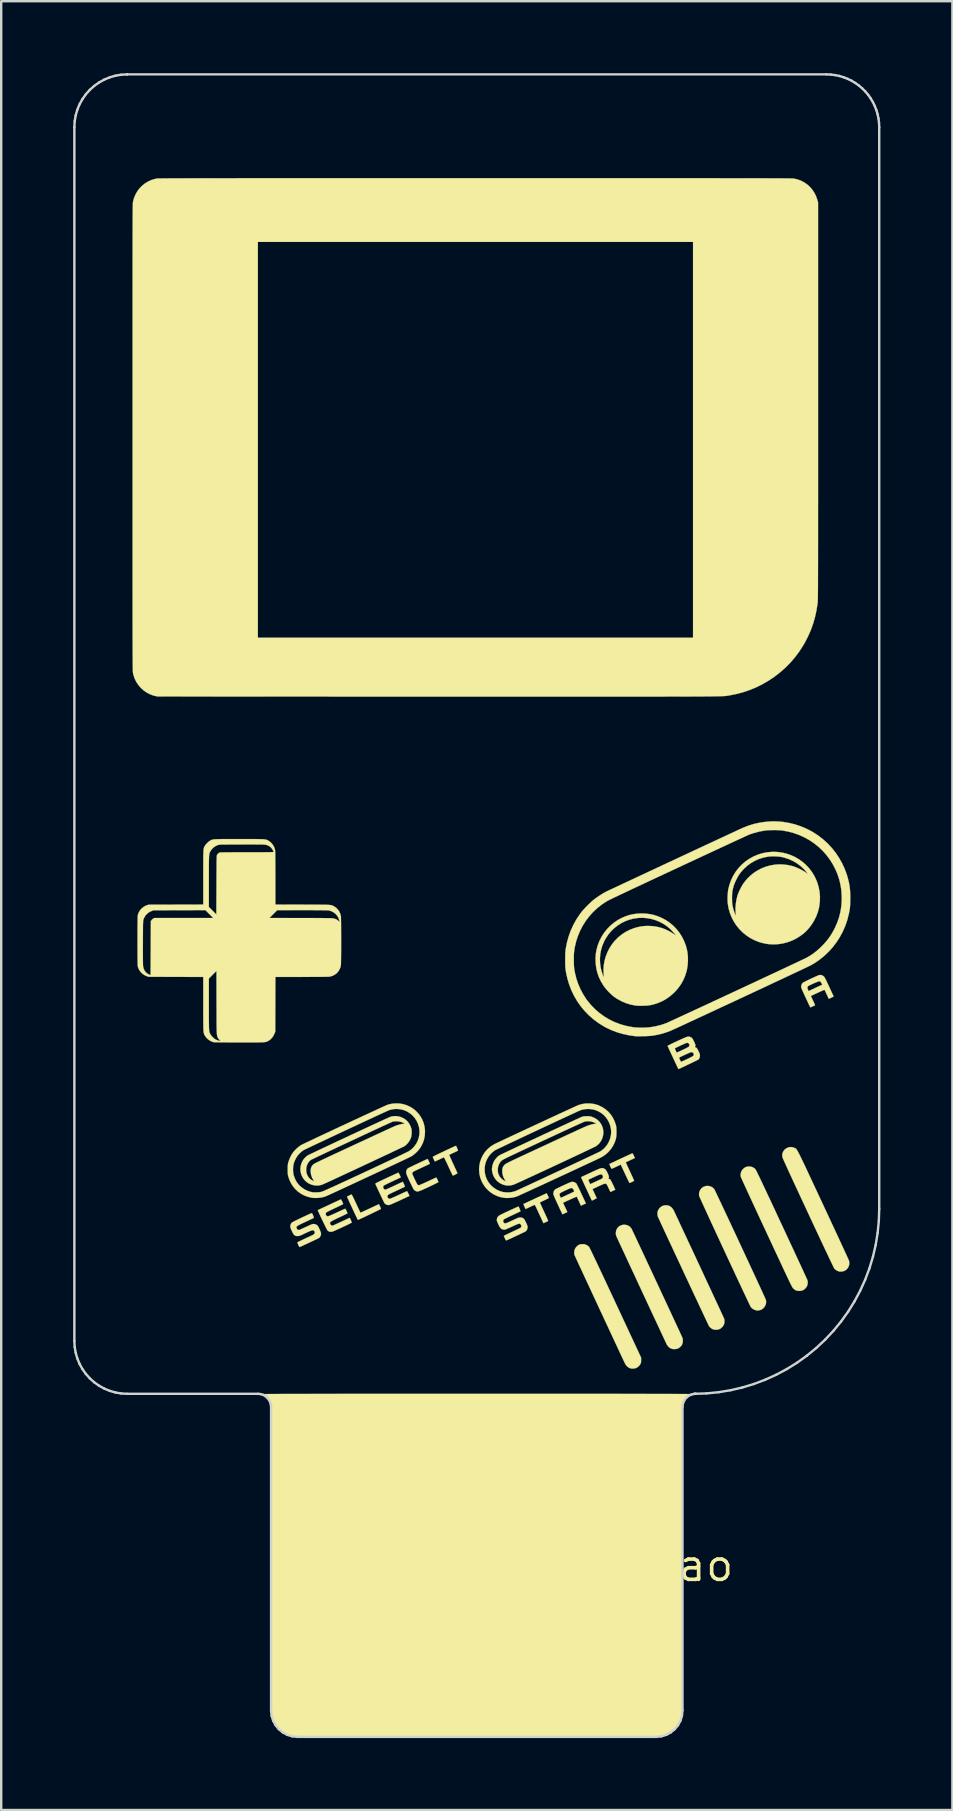
<source format=kicad_pcb>
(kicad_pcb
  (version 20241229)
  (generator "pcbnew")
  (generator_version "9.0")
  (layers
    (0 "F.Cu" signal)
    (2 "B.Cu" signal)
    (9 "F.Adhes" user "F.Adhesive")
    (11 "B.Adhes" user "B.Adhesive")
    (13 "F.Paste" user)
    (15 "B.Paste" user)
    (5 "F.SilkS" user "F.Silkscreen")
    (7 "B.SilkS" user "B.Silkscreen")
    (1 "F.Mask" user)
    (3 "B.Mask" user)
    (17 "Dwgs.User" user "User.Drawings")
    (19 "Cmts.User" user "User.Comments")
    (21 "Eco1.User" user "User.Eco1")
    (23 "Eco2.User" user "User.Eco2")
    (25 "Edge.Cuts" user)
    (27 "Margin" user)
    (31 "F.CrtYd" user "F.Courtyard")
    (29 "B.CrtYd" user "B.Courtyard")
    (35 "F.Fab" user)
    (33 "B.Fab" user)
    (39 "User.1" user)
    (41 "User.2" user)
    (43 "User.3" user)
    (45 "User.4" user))
  (footprint "tr23-sao"
    (layer "F.Cu")
    (at 23.108 62.205)
    (property "Reference" "tr23-sao" (at 0 0 0) (layer "F.SilkS") (effects (font (size 1.27 1.27) (thickness 0.15))))
    (attr through_hole)
    (fp_poly (pts (xy 2.741 -38.672) (xy -15.42 -38.672) (xy -15.42 -55.171) (xy 2.741 -55.171) (xy 2.741 -38.672)) (stroke (width 0.01) (type solid)) (fill yes) (layer "F.Mask"))
    (fp_poly (pts (xy -12.441 -27.321) (xy -12.37 -27.297) (xy -12.272 -27.253) (xy -12.185 -27.192) (xy -12.111 -27.115) (xy -12.056 -27.032) (xy -12.035 -26.986) (xy -12.017 -26.933) (xy -12.002 -26.879) (xy -11.994 -26.832) (xy -11.993 -26.799) (xy -11.996 -26.785) (xy -12.001 -26.784) (xy -12.012 -26.797) (xy -12.027 -26.822) (xy -12.066 -26.871) (xy -12.116 -26.909) (xy -12.182 -26.94) (xy -12.204 -26.949) (xy -12.271 -26.972) (xy -13.608 -26.975) (xy -13.774 -26.975) (xy -13.934 -26.975) (xy -14.087 -26.976) (xy -14.232 -26.977) (xy -14.367 -26.978) (xy -14.491 -26.978) (xy -14.602 -26.979) (xy -14.7 -26.98) (xy -14.784 -26.981) (xy -14.851 -26.982) (xy -14.901 -26.983) (xy -14.932 -26.984) (xy -14.944 -26.985) (xy -14.944 -26.986) (xy -14.936 -26.995) (xy -14.916 -27.017) (xy -14.885 -27.05) (xy -14.846 -27.09) (xy -14.8 -27.137) (xy -14.776 -27.16) (xy -14.608 -27.327) (xy -12.441 -27.321)) (stroke (width 0.01) (type solid)) (fill yes) (layer "F.Mask"))
    (fp_poly (pts (xy -17.131 -24.786) (xy -17.13 -24.756) (xy -17.129 -24.707) (xy -17.128 -24.641) (xy -17.127 -24.559) (xy -17.126 -24.461) (xy -17.125 -24.351) (xy -17.124 -24.228) (xy -17.124 -24.094) (xy -17.123 -23.95) (xy -17.122 -23.798) (xy -17.122 -23.638) (xy -17.121 -23.476) (xy -17.121 -23.278) (xy -17.12 -23.1) (xy -17.12 -22.94) (xy -17.119 -22.799) (xy -17.118 -22.673) (xy -17.118 -22.564) (xy -17.117 -22.468) (xy -17.115 -22.386) (xy -17.114 -22.315) (xy -17.112 -22.256) (xy -17.11 -22.206) (xy -17.107 -22.165) (xy -17.104 -22.131) (xy -17.101 -22.103) (xy -17.097 -22.081) (xy -17.092 -22.062) (xy -17.087 -22.046) (xy -17.081 -22.032) (xy -17.074 -22.019) (xy -17.067 -22.004) (xy -17.063 -21.997) (xy -17.03 -21.949) (xy -16.984 -21.902) (xy -16.944 -21.872) (xy -16.918 -21.855) (xy -16.965 -21.856) (xy -17.007 -21.859) (xy -17.051 -21.867) (xy -17.06 -21.87) (xy -17.158 -21.908) (xy -17.246 -21.963) (xy -17.322 -22.033) (xy -17.384 -22.117) (xy -17.43 -22.211) (xy -17.446 -22.262) (xy -17.449 -22.275) (xy -17.451 -22.291) (xy -17.453 -22.313) (xy -17.455 -22.341) (xy -17.457 -22.376) (xy -17.458 -22.421) (xy -17.459 -22.475) (xy -17.46 -22.541) (xy -17.461 -22.62) (xy -17.461 -22.712) (xy -17.462 -22.82) (xy -17.462 -22.944) (xy -17.462 -23.085) (xy -17.462 -23.246) (xy -17.462 -23.399) (xy -17.462 -24.474) (xy -17.301 -24.635) (xy -17.253 -24.683) (xy -17.21 -24.725) (xy -17.175 -24.759) (xy -17.148 -24.783) (xy -17.134 -24.796) (xy -17.132 -24.797) (xy -17.131 -24.786)) (stroke (width 0.01) (type solid)) (fill yes) (layer "F.Mask"))
    (fp_poly (pts (xy 6.159 -29.567) (xy 6.257 -29.561) (xy 6.35 -29.553) (xy 6.429 -29.54) (xy 6.44 -29.538) (xy 6.63 -29.488) (xy 6.81 -29.419) (xy 6.979 -29.332) (xy 7.136 -29.228) (xy 7.282 -29.107) (xy 7.3 -29.089) (xy 7.34 -29.05) (xy 7.382 -29.006) (xy 7.424 -28.959) (xy 7.463 -28.913) (xy 7.498 -28.871) (xy 7.526 -28.835) (xy 7.545 -28.807) (xy 7.553 -28.792) (xy 7.552 -28.789) (xy 7.542 -28.793) (xy 7.52 -28.807) (xy 7.49 -28.828) (xy 7.486 -28.832) (xy 7.332 -28.937) (xy 7.166 -29.028) (xy 6.992 -29.103) (xy 6.814 -29.159) (xy 6.729 -29.179) (xy 6.535 -29.208) (xy 6.341 -29.216) (xy 6.147 -29.203) (xy 5.956 -29.171) (xy 5.768 -29.118) (xy 5.587 -29.047) (xy 5.446 -28.974) (xy 5.283 -28.87) (xy 5.132 -28.749) (xy 4.996 -28.615) (xy 4.875 -28.468) (xy 4.77 -28.31) (xy 4.682 -28.142) (xy 4.611 -27.966) (xy 4.558 -27.784) (xy 4.524 -27.595) (xy 4.51 -27.403) (xy 4.512 -27.289) (xy 4.515 -27.23) (xy 4.52 -27.173) (xy 4.525 -27.124) (xy 4.53 -27.09) (xy 4.535 -27.056) (xy 4.538 -27.032) (xy 4.537 -27.023) (xy 4.531 -27.029) (xy 4.518 -27.051) (xy 4.502 -27.083) (xy 4.499 -27.088) (xy 4.435 -27.249) (xy 4.387 -27.42) (xy 4.355 -27.597) (xy 4.341 -27.775) (xy 4.342 -27.892) (xy 4.361 -28.083) (xy 4.4 -28.268) (xy 4.456 -28.444) (xy 4.531 -28.612) (xy 4.621 -28.77) (xy 4.727 -28.917) (xy 4.848 -29.052) (xy 4.982 -29.174) (xy 5.128 -29.282) (xy 5.286 -29.374) (xy 5.455 -29.451) (xy 5.633 -29.509) (xy 5.82 -29.55) (xy 5.888 -29.56) (xy 5.967 -29.566) (xy 6.06 -29.569) (xy 6.159 -29.567)) (stroke (width 0.01) (type solid)) (fill yes) (layer "F.Mask"))
    (fp_poly (pts (xy 0.804 -26.994) (xy 0.986 -26.963) (xy 1.164 -26.912) (xy 1.336 -26.842) (xy 1.5 -26.753) (xy 1.655 -26.646) (xy 1.8 -26.522) (xy 1.826 -26.496) (xy 1.874 -26.446) (xy 1.921 -26.396) (xy 1.964 -26.346) (xy 2.001 -26.301) (xy 2.03 -26.263) (xy 2.048 -26.235) (xy 2.053 -26.221) (xy 2.046 -26.223) (xy 2.025 -26.236) (xy 1.997 -26.257) (xy 1.992 -26.26) (xy 1.867 -26.349) (xy 1.74 -26.426) (xy 1.734 -26.43) (xy 1.625 -26.484) (xy 1.501 -26.533) (xy 1.368 -26.575) (xy 1.234 -26.61) (xy 1.103 -26.634) (xy 1.065 -26.639) (xy 0.998 -26.645) (xy 0.917 -26.647) (xy 0.829 -26.647) (xy 0.739 -26.644) (xy 0.653 -26.638) (xy 0.577 -26.63) (xy 0.529 -26.623) (xy 0.334 -26.574) (xy 0.147 -26.507) (xy -0.031 -26.422) (xy -0.197 -26.319) (xy -0.352 -26.199) (xy -0.494 -26.062) (xy -0.622 -25.911) (xy -0.651 -25.871) (xy -0.694 -25.807) (xy -0.739 -25.728) (xy -0.785 -25.642) (xy -0.829 -25.553) (xy -0.866 -25.469) (xy -0.895 -25.394) (xy -0.898 -25.384) (xy -0.945 -25.212) (xy -0.976 -25.034) (xy -0.991 -24.855) (xy -0.989 -24.68) (xy -0.973 -24.533) (xy -0.968 -24.498) (xy -0.966 -24.472) (xy -0.968 -24.461) (xy -0.974 -24.467) (xy -0.986 -24.488) (xy -1.001 -24.518) (xy -1.071 -24.701) (xy -1.122 -24.888) (xy -1.152 -25.077) (xy -1.161 -25.266) (xy -1.15 -25.455) (xy -1.122 -25.624) (xy -1.078 -25.786) (xy -1.016 -25.948) (xy -0.94 -26.105) (xy -0.852 -26.249) (xy -0.838 -26.268) (xy -0.784 -26.338) (xy -0.717 -26.414) (xy -0.642 -26.492) (xy -0.565 -26.567) (xy -0.489 -26.633) (xy -0.423 -26.683) (xy -0.348 -26.732) (xy -0.26 -26.783) (xy -0.167 -26.831) (xy -0.073 -26.874) (xy 0.013 -26.909) (xy 0.053 -26.922) (xy 0.241 -26.971) (xy 0.43 -26.999) (xy 0.618 -27.006) (xy 0.804 -26.994)) (stroke (width 0.01) (type solid)) (fill yes) (layer "F.Mask"))
    (fp_poly (pts (xy -1.583 -18.525) (xy -1.493 -18.51) (xy -1.471 -18.504) (xy -1.431 -18.491) (xy -1.387 -18.474) (xy -1.344 -18.456) (xy -1.308 -18.438) (xy -1.281 -18.424) (xy -1.27 -18.414) (xy -1.27 -18.414) (xy -1.279 -18.407) (xy -1.302 -18.404) (xy -1.306 -18.404) (xy -1.354 -18.401) (xy -1.417 -18.39) (xy -1.489 -18.373) (xy -1.565 -18.352) (xy -1.611 -18.337) (xy -1.635 -18.328) (xy -1.676 -18.311) (xy -1.734 -18.285) (xy -1.806 -18.253) (xy -1.893 -18.214) (xy -1.992 -18.169) (xy -2.103 -18.119) (xy -2.224 -18.064) (xy -2.354 -18.004) (xy -2.492 -17.941) (xy -2.636 -17.874) (xy -2.786 -17.805) (xy -2.941 -17.734) (xy -3.098 -17.661) (xy -3.257 -17.587) (xy -3.418 -17.512) (xy -3.577 -17.438) (xy -3.735 -17.364) (xy -3.89 -17.292) (xy -4.041 -17.221) (xy -4.187 -17.153) (xy -4.326 -17.088) (xy -4.457 -17.026) (xy -4.58 -16.968) (xy -4.692 -16.914) (xy -4.794 -16.866) (xy -4.883 -16.823) (xy -4.958 -16.787) (xy -5.018 -16.757) (xy -5.063 -16.735) (xy -5.09 -16.721) (xy -5.098 -16.716) (xy -5.149 -16.661) (xy -5.185 -16.593) (xy -5.207 -16.515) (xy -5.214 -16.431) (xy -5.206 -16.341) (xy -5.184 -16.249) (xy -5.147 -16.158) (xy -5.096 -16.07) (xy -5.085 -16.053) (xy -5.068 -16.026) (xy -5.06 -16.008) (xy -5.061 -16.002) (xy -5.077 -16.006) (xy -5.106 -16.018) (xy -5.141 -16.033) (xy -5.141 -16.034) (xy -5.22 -16.082) (xy -5.29 -16.146) (xy -5.348 -16.222) (xy -5.39 -16.306) (xy -5.407 -16.362) (xy -5.416 -16.42) (xy -5.418 -16.488) (xy -5.414 -16.558) (xy -5.405 -16.619) (xy -5.403 -16.63) (xy -5.375 -16.711) (xy -5.334 -16.787) (xy -5.285 -16.854) (xy -5.229 -16.909) (xy -5.18 -16.942) (xy -5.166 -16.948) (xy -5.134 -16.963) (xy -5.084 -16.987) (xy -5.019 -17.017) (xy -4.938 -17.055) (xy -4.844 -17.099) (xy -4.736 -17.15) (xy -4.616 -17.206) (xy -4.485 -17.267) (xy -4.344 -17.333) (xy -4.194 -17.403) (xy -4.036 -17.477) (xy -3.871 -17.554) (xy -3.699 -17.634) (xy -3.523 -17.716) (xy -3.488 -17.732) (xy -3.267 -17.835) (xy -3.064 -17.93) (xy -2.879 -18.016) (xy -2.711 -18.094) (xy -2.559 -18.164) (xy -2.423 -18.227) (xy -2.302 -18.282) (xy -2.195 -18.331) (xy -2.101 -18.374) (xy -2.021 -18.41) (xy -1.952 -18.44) (xy -1.896 -18.465) (xy -1.849 -18.485) (xy -1.813 -18.5) (xy -1.787 -18.51) (xy -1.768 -18.516) (xy -1.763 -18.518) (xy -1.676 -18.528) (xy -1.583 -18.525)) (stroke (width 0.01) (type solid)) (fill yes) (layer "F.Mask"))
    (fp_poly (pts (xy -15.592 -30.066) (xy -15.461 -30.065) (xy -15.351 -30.064) (xy -15.261 -30.063) (xy -15.192 -30.061) (xy -15.144 -30.059) (xy -15.119 -30.057) (xy -15.024 -30.036) (xy -14.939 -29.999) (xy -14.868 -29.949) (xy -14.854 -29.935) (xy -14.826 -29.903) (xy -14.797 -29.861) (xy -14.772 -29.817) (xy -14.753 -29.776) (xy -14.743 -29.744) (xy -14.743 -29.737) (xy -14.743 -29.734) (xy -14.747 -29.731) (xy -14.754 -29.729) (xy -14.765 -29.727) (xy -14.783 -29.725) (xy -14.808 -29.723) (xy -14.842 -29.722) (xy -14.885 -29.721) (xy -14.938 -29.72) (xy -15.004 -29.72) (xy -15.082 -29.719) (xy -15.175 -29.719) (xy -15.284 -29.718) (xy -15.409 -29.718) (xy -15.552 -29.718) (xy -15.714 -29.718) (xy -15.86 -29.718) (xy -16.038 -29.718) (xy -16.196 -29.718) (xy -16.336 -29.718) (xy -16.458 -29.718) (xy -16.564 -29.717) (xy -16.654 -29.717) (xy -16.732 -29.716) (xy -16.796 -29.716) (xy -16.849 -29.715) (xy -16.892 -29.714) (xy -16.927 -29.712) (xy -16.953 -29.711) (xy -16.973 -29.709) (xy -16.989 -29.707) (xy -17 -29.704) (xy -17.008 -29.701) (xy -17.015 -29.698) (xy -17.016 -29.698) (xy -17.06 -29.67) (xy -17.09 -29.634) (xy -17.108 -29.599) (xy -17.11 -29.591) (xy -17.112 -29.579) (xy -17.114 -29.563) (xy -17.116 -29.54) (xy -17.118 -29.51) (xy -17.119 -29.472) (xy -17.12 -29.424) (xy -17.121 -29.365) (xy -17.122 -29.295) (xy -17.122 -29.212) (xy -17.123 -29.114) (xy -17.123 -29.002) (xy -17.124 -28.873) (xy -17.124 -28.726) (xy -17.124 -28.561) (xy -17.124 -28.376) (xy -17.124 -28.337) (xy -17.124 -28.178) (xy -17.124 -28.025) (xy -17.124 -27.88) (xy -17.125 -27.743) (xy -17.125 -27.616) (xy -17.126 -27.5) (xy -17.127 -27.397) (xy -17.128 -27.308) (xy -17.128 -27.234) (xy -17.129 -27.177) (xy -17.13 -27.137) (xy -17.131 -27.117) (xy -17.132 -27.114) (xy -17.141 -27.122) (xy -17.164 -27.142) (xy -17.196 -27.172) (xy -17.236 -27.212) (xy -17.283 -27.257) (xy -17.301 -27.276) (xy -17.462 -27.438) (xy -17.462 -28.512) (xy -17.463 -28.691) (xy -17.462 -28.85) (xy -17.462 -28.991) (xy -17.462 -29.114) (xy -17.462 -29.221) (xy -17.461 -29.314) (xy -17.46 -29.393) (xy -17.458 -29.46) (xy -17.456 -29.517) (xy -17.454 -29.564) (xy -17.451 -29.603) (xy -17.447 -29.635) (xy -17.443 -29.661) (xy -17.438 -29.683) (xy -17.432 -29.702) (xy -17.425 -29.72) (xy -17.417 -29.737) (xy -17.408 -29.755) (xy -17.403 -29.765) (xy -17.353 -29.844) (xy -17.287 -29.916) (xy -17.208 -29.977) (xy -17.12 -30.024) (xy -17.083 -30.038) (xy -17.013 -30.062) (xy -16.108 -30.065) (xy -15.916 -30.066) (xy -15.744 -30.066) (xy -15.592 -30.066)) (stroke (width 0.01) (type solid)) (fill yes) (layer "F.Mask"))
    (fp_poly (pts (xy -9.525 -18.519) (xy -9.467 -18.507) (xy -9.428 -18.494) (xy -9.385 -18.477) (xy -9.342 -18.459) (xy -9.304 -18.442) (xy -9.276 -18.427) (xy -9.261 -18.417) (xy -9.26 -18.415) (xy -9.27 -18.41) (xy -9.295 -18.405) (xy -9.328 -18.401) (xy -9.402 -18.39) (xy -9.487 -18.371) (xy -9.576 -18.345) (xy -9.657 -18.317) (xy -9.676 -18.309) (xy -9.713 -18.293) (xy -9.767 -18.268) (xy -9.837 -18.237) (xy -9.921 -18.198) (xy -10.02 -18.152) (xy -10.132 -18.101) (xy -10.256 -18.044) (xy -10.39 -17.982) (xy -10.534 -17.916) (xy -10.687 -17.845) (xy -10.848 -17.771) (xy -11.015 -17.693) (xy -11.187 -17.613) (xy -11.365 -17.531) (xy -11.388 -17.52) (xy -11.601 -17.421) (xy -11.796 -17.331) (xy -11.974 -17.248) (xy -12.135 -17.173) (xy -12.28 -17.106) (xy -12.41 -17.045) (xy -12.526 -16.99) (xy -12.629 -16.942) (xy -12.719 -16.898) (xy -12.798 -16.86) (xy -12.867 -16.827) (xy -12.925 -16.797) (xy -12.974 -16.772) (xy -13.015 -16.749) (xy -13.049 -16.73) (xy -13.077 -16.713) (xy -13.098 -16.698) (xy -13.115 -16.685) (xy -13.128 -16.672) (xy -13.138 -16.661) (xy -13.146 -16.649) (xy -13.153 -16.638) (xy -13.158 -16.626) (xy -13.165 -16.613) (xy -13.165 -16.612) (xy -13.191 -16.535) (xy -13.201 -16.449) (xy -13.195 -16.357) (xy -13.175 -16.262) (xy -13.14 -16.168) (xy -13.091 -16.079) (xy -13.082 -16.066) (xy -13.063 -16.035) (xy -13.052 -16.013) (xy -13.051 -16.002) (xy -13.052 -16.002) (xy -13.068 -16.006) (xy -13.096 -16.018) (xy -13.129 -16.032) (xy -13.213 -16.083) (xy -13.284 -16.149) (xy -13.34 -16.228) (xy -13.379 -16.317) (xy -13.402 -16.415) (xy -13.406 -16.518) (xy -13.405 -16.526) (xy -13.39 -16.632) (xy -13.358 -16.725) (xy -13.309 -16.807) (xy -13.242 -16.881) (xy -13.242 -16.881) (xy -13.233 -16.889) (xy -13.223 -16.897) (xy -13.211 -16.905) (xy -13.196 -16.915) (xy -13.177 -16.926) (xy -13.154 -16.94) (xy -13.124 -16.955) (xy -13.088 -16.974) (xy -13.045 -16.995) (xy -12.993 -17.021) (xy -12.932 -17.05) (xy -12.861 -17.084) (xy -12.779 -17.123) (xy -12.686 -17.167) (xy -12.579 -17.217) (xy -12.46 -17.274) (xy -12.325 -17.336) (xy -12.176 -17.406) (xy -12.01 -17.484) (xy -11.827 -17.569) (xy -11.626 -17.663) (xy -11.535 -17.705) (xy -11.358 -17.788) (xy -11.185 -17.868) (xy -11.018 -17.946) (xy -10.857 -18.021) (xy -10.704 -18.092) (xy -10.56 -18.159) (xy -10.425 -18.221) (xy -10.302 -18.278) (xy -10.19 -18.33) (xy -10.09 -18.376) (xy -10.005 -18.415) (xy -9.934 -18.447) (xy -9.88 -18.472) (xy -9.842 -18.489) (xy -9.823 -18.498) (xy -9.821 -18.498) (xy -9.758 -18.515) (xy -9.682 -18.525) (xy -9.602 -18.526) (xy -9.525 -18.519)) (stroke (width 0.01) (type solid)) (fill yes) (layer "F.Mask"))
    (fp_poly (pts (xy -17.429 -27.16) (xy -17.38 -27.111) (xy -17.337 -27.068) (xy -17.302 -27.031) (xy -17.277 -27.004) (xy -17.263 -26.988) (xy -17.261 -26.985) (xy -17.272 -26.984) (xy -17.302 -26.983) (xy -17.351 -26.982) (xy -17.417 -26.981) (xy -17.499 -26.98) (xy -17.595 -26.979) (xy -17.705 -26.979) (xy -17.827 -26.978) (xy -17.959 -26.978) (xy -18.101 -26.977) (xy -18.25 -26.977) (xy -18.407 -26.977) (xy -18.489 -26.977) (xy -18.681 -26.977) (xy -18.853 -26.977) (xy -19.006 -26.977) (xy -19.141 -26.976) (xy -19.26 -26.976) (xy -19.362 -26.975) (xy -19.45 -26.975) (xy -19.524 -26.974) (xy -19.585 -26.973) (xy -19.635 -26.972) (xy -19.675 -26.97) (xy -19.705 -26.969) (xy -19.727 -26.967) (xy -19.742 -26.965) (xy -19.751 -26.963) (xy -19.751 -26.962) (xy -19.793 -26.936) (xy -19.83 -26.898) (xy -19.854 -26.857) (xy -19.856 -26.842) (xy -19.858 -26.809) (xy -19.859 -26.757) (xy -19.861 -26.686) (xy -19.862 -26.596) (xy -19.863 -26.486) (xy -19.864 -26.357) (xy -19.864 -26.207) (xy -19.865 -26.037) (xy -19.865 -25.847) (xy -19.865 -25.712) (xy -19.865 -25.56) (xy -19.865 -25.414) (xy -19.866 -25.276) (xy -19.866 -25.147) (xy -19.867 -25.028) (xy -19.867 -24.92) (xy -19.868 -24.826) (xy -19.869 -24.746) (xy -19.87 -24.681) (xy -19.871 -24.634) (xy -19.872 -24.605) (xy -19.873 -24.597) (xy -19.888 -24.6) (xy -19.907 -24.606) (xy -19.981 -24.638) (xy -20.052 -24.687) (xy -20.112 -24.747) (xy -20.148 -24.797) (xy -20.157 -24.812) (xy -20.165 -24.827) (xy -20.173 -24.842) (xy -20.179 -24.859) (xy -20.184 -24.879) (xy -20.189 -24.904) (xy -20.192 -24.934) (xy -20.195 -24.971) (xy -20.198 -25.017) (xy -20.2 -25.073) (xy -20.201 -25.14) (xy -20.202 -25.22) (xy -20.203 -25.314) (xy -20.203 -25.423) (xy -20.203 -25.548) (xy -20.204 -25.692) (xy -20.204 -25.855) (xy -20.204 -25.908) (xy -20.204 -26.076) (xy -20.204 -26.225) (xy -20.203 -26.355) (xy -20.203 -26.469) (xy -20.203 -26.566) (xy -20.202 -26.65) (xy -20.2 -26.721) (xy -20.199 -26.78) (xy -20.196 -26.829) (xy -20.193 -26.87) (xy -20.189 -26.903) (xy -20.184 -26.93) (xy -20.179 -26.953) (xy -20.172 -26.973) (xy -20.164 -26.991) (xy -20.156 -27.009) (xy -20.146 -27.028) (xy -20.137 -27.043) (xy -20.107 -27.09) (xy -20.063 -27.141) (xy -20.014 -27.189) (xy -19.964 -27.23) (xy -19.926 -27.253) (xy -19.89 -27.27) (xy -19.846 -27.289) (xy -19.823 -27.298) (xy -19.813 -27.302) (xy -19.803 -27.305) (xy -19.791 -27.308) (xy -19.777 -27.31) (xy -19.758 -27.312) (xy -19.734 -27.314) (xy -19.703 -27.316) (xy -19.664 -27.317) (xy -19.615 -27.318) (xy -19.556 -27.319) (xy -19.486 -27.32) (xy -19.402 -27.321) (xy -19.304 -27.322) (xy -19.19 -27.322) (xy -19.06 -27.323) (xy -18.911 -27.323) (xy -18.743 -27.324) (xy -18.68 -27.324) (xy -17.596 -27.327) (xy -17.429 -27.16)) (stroke (width 0.01) (type solid)) (fill yes) (layer "F.Mask"))
    (fp_poly (pts (xy -6.471 -61.827) (xy -5.992 -61.827) (xy -5.514 -61.827) (xy -5.037 -61.827) (xy -4.561 -61.827) (xy -4.088 -61.827) (xy -3.617 -61.827) (xy -3.149 -61.827) (xy -2.685 -61.827) (xy -2.225 -61.827) (xy -1.769 -61.827) (xy -1.318 -61.827) (xy -0.872 -61.827) (xy -0.432 -61.826) (xy 0.001 -61.826) (xy 0.428 -61.826) (xy 0.847 -61.826) (xy 1.258 -61.826) (xy 1.662 -61.826) (xy 2.056 -61.825) (xy 2.442 -61.825) (xy 2.818 -61.825) (xy 3.183 -61.825) (xy 3.538 -61.825) (xy 3.882 -61.824) (xy 4.215 -61.824) (xy 4.535 -61.824) (xy 4.843 -61.823) (xy 5.138 -61.823) (xy 5.42 -61.823) (xy 5.687 -61.823) (xy 5.941 -61.822) (xy 6.179 -61.822) (xy 6.402 -61.822) (xy 6.609 -61.821) (xy 6.8 -61.821) (xy 6.974 -61.821) (xy 7.131 -61.82) (xy 7.27 -61.82) (xy 7.391 -61.819) (xy 7.494 -61.819) (xy 7.577 -61.819) (xy 7.641 -61.818) (xy 7.684 -61.818) (xy 7.707 -61.817) (xy 7.708 -61.817) (xy 8 -61.8) (xy 8.275 -61.771) (xy 8.536 -61.73) (xy 8.783 -61.678) (xy 9.018 -61.613) (xy 9.243 -61.535) (xy 9.271 -61.524) (xy 9.391 -61.473) (xy 9.513 -61.415) (xy 9.63 -61.353) (xy 9.736 -61.291) (xy 9.768 -61.27) (xy 9.817 -61.237) (xy 9.867 -61.2) (xy 9.915 -61.163) (xy 9.959 -61.128) (xy 9.995 -61.096) (xy 10.021 -61.072) (xy 10.033 -61.056) (xy 10.033 -61.054) (xy 10.022 -61.054) (xy 9.991 -61.053) (xy 9.939 -61.053) (xy 9.866 -61.053) (xy 9.774 -61.052) (xy 9.661 -61.052) (xy 9.529 -61.052) (xy 9.377 -61.051) (xy 9.206 -61.051) (xy 9.016 -61.051) (xy 8.808 -61.05) (xy 8.581 -61.05) (xy 8.336 -61.05) (xy 8.073 -61.049) (xy 7.792 -61.049) (xy 7.494 -61.049) (xy 7.178 -61.048) (xy 6.846 -61.048) (xy 6.497 -61.048) (xy 6.132 -61.048) (xy 5.75 -61.047) (xy 5.353 -61.047) (xy 4.939 -61.047) (xy 4.511 -61.047) (xy 4.067 -61.046) (xy 3.608 -61.046) (xy 3.135 -61.046) (xy 2.647 -61.046) (xy 2.145 -61.046) (xy 1.629 -61.046) (xy 1.099 -61.045) (xy 0.556 -61.045) (xy -0.001 -61.045) (xy -0.57 -61.045) (xy -1.152 -61.045) (xy -1.747 -61.045) (xy -2.353 -61.045) (xy -2.972 -61.045) (xy -3.602 -61.045) (xy -4.244 -61.045) (xy -4.897 -61.045) (xy -5.464 -61.045) (xy -6.158 -61.045) (xy -6.832 -61.045) (xy -7.484 -61.045) (xy -8.117 -61.045) (xy -8.729 -61.045) (xy -9.322 -61.045) (xy -9.896 -61.045) (xy -10.45 -61.045) (xy -10.986 -61.045) (xy -11.504 -61.044) (xy -12.004 -61.044) (xy -12.486 -61.044) (xy -12.951 -61.044) (xy -13.399 -61.044) (xy -13.83 -61.044) (xy -14.244 -61.044) (xy -14.643 -61.044) (xy -15.025 -61.044) (xy -15.393 -61.044) (xy -15.745 -61.044) (xy -16.082 -61.044) (xy -16.405 -61.043) (xy -16.713 -61.043) (xy -17.008 -61.043) (xy -17.289 -61.043) (xy -17.557 -61.043) (xy -17.812 -61.043) (xy -18.055 -61.042) (xy -18.285 -61.042) (xy -18.503 -61.042) (xy -18.71 -61.042) (xy -18.905 -61.042) (xy -19.089 -61.041) (xy -19.263 -61.041) (xy -19.426 -61.041) (xy -19.579 -61.04) (xy -19.722 -61.04) (xy -19.856 -61.04) (xy -19.981 -61.039) (xy -20.097 -61.039) (xy -20.204 -61.039) (xy -20.304 -61.038) (xy -20.395 -61.038) (xy -20.479 -61.037) (xy -20.556 -61.037) (xy -20.626 -61.037) (xy -20.689 -61.036) (xy -20.746 -61.036) (xy -20.797 -61.035) (xy -20.843 -61.035) (xy -20.883 -61.034) (xy -20.918 -61.033) (xy -20.949 -61.033) (xy -20.975 -61.032) (xy -20.997 -61.032) (xy -21.016 -61.031) (xy -21.031 -61.03) (xy -21.043 -61.029) (xy -21.052 -61.029) (xy -21.059 -61.028) (xy -21.062 -61.028) (xy -21.209 -60.992) (xy -21.347 -60.938) (xy -21.475 -60.866) (xy -21.59 -60.777) (xy -21.693 -60.672) (xy -21.781 -60.552) (xy -21.823 -60.481) (xy -21.865 -60.39) (xy -21.902 -60.288) (xy -21.927 -60.198) (xy -21.928 -60.195) (xy -21.928 -60.189) (xy -21.929 -60.181) (xy -21.929 -60.171) (xy -21.93 -60.158) (xy -21.93 -60.142) (xy -21.931 -60.122) (xy -21.931 -60.099) (xy -21.932 -60.072) (xy -21.932 -60.042) (xy -21.933 -60.006) (xy -21.933 -59.967) (xy -21.934 -59.922) (xy -21.934 -59.873) (xy -21.935 -59.818) (xy -21.935 -59.758) (xy -21.935 -59.693) (xy -21.936 -59.621) (xy -21.936 -59.543) (xy -21.937 -59.458) (xy -21.937 -59.367) (xy -21.937 -59.269) (xy -21.938 -59.164) (xy -21.938 -59.051) (xy -21.938 -58.93) (xy -21.939 -58.802) (xy -21.939 -58.666) (xy -21.939 -58.521) (xy -21.94 -58.367) (xy -21.94 -58.205) (xy -21.94 -58.033) (xy -21.94 -57.852) (xy -21.941 -57.662) (xy -21.941 -57.461) (xy -21.941 -57.251) (xy -21.942 -57.03) (xy -21.942 -56.799) (xy -21.942 -56.556) (xy -21.942 -56.303) (xy -21.942 -56.038) (xy -21.943 -55.762) (xy -21.943 -55.474) (xy -21.943 -55.174) (xy -21.943 -54.861) (xy -21.944 -54.536) (xy -21.944 -54.199) (xy -21.944 -53.848) (xy -21.944 -53.484) (xy -21.944 -53.107) (xy -21.945 -52.715) (xy -21.945 -52.31) (xy -21.945 -51.891) (xy -21.945 -51.457) (xy -21.945 -51.008) (xy -21.945 -50.544) (xy -21.946 -50.065) (xy -21.946 -49.571) (xy -21.946 -49.061) (xy -21.946 -48.535) (xy -21.946 -47.993) (xy -21.946 -47.434) (xy -21.947 -46.859) (xy -21.947 -46.267) (xy -21.947 -45.658) (xy -21.947 -45.031) (xy -21.947 -44.387) (xy -21.947 -43.725) (xy -21.948 -43.044) (xy -21.948 -42.346) (xy -21.948 -41.628) (xy -21.948 -40.892) (xy -21.948 -40.137) (xy -21.949 -39.362) (xy -21.949 -38.568) (xy -21.949 -37.754) (xy -21.949 -36.92) (xy -21.949 -36.065) (xy -21.949 -35.19) (xy -21.95 -34.295) (xy -21.95 -33.836) (xy -21.955 -7.544) (xy -22.082 -7.674) (xy -22.131 -7.726) (xy -22.18 -7.78) (xy -22.225 -7.831) (xy -22.262 -7.876) (xy -22.276 -7.893) (xy -22.378 -8.043) (xy -22.466 -8.203) (xy -22.541 -8.374) (xy -22.604 -8.558) (xy -22.655 -8.757) (xy -22.695 -8.973) (xy -22.698 -8.991) (xy -22.699 -8.995) (xy -22.699 -9.001) (xy -22.7 -9.009) (xy -22.701 -9.018) (xy -22.701 -9.028) (xy -22.702 -9.041) (xy -22.702 -9.056) (xy -22.703 -9.073) (xy -22.704 -9.094) (xy -22.704 -9.117) (xy -22.705 -9.144) (xy -22.705 -9.174) (xy -22.706 -9.208) (xy -22.706 -9.246) (xy -22.706 -9.288) (xy -22.707 -9.335) (xy -22.707 -9.387) (xy -22.708 -9.444) (xy -22.708 -9.506) (xy -22.709 -9.573) (xy -22.709 -9.646) (xy -22.709 -9.726) (xy -22.71 -9.811) (xy -22.71 -9.904) (xy -22.71 -10.003) (xy -22.711 -10.109) (xy -22.711 -10.222) (xy -22.711 -10.343) (xy -22.712 -10.471) (xy -22.712 -10.608) (xy -22.712 -10.753) (xy -22.713 -10.906) (xy -22.713 -11.069) (xy -22.713 -11.24) (xy -22.713 -11.421) (xy -22.713 -11.611) (xy -22.714 -11.811) (xy -22.714 -12.02) (xy -22.714 -12.241) (xy -22.714 -12.471) (xy -22.714 -12.713) (xy -22.715 -12.965) (xy -22.715 -13.229) (xy -22.715 -13.504) (xy -22.715 -13.791) (xy -22.715 -14.091) (xy -22.715 -14.402) (xy -22.716 -14.726) (xy -22.716 -15.062) (xy -22.716 -15.412) (xy -22.716 -15.775) (xy -22.716 -16.152) (xy -22.716 -16.542) (xy -22.716 -16.946) (xy -22.716 -17.365) (xy -22.716 -17.798) (xy -22.716 -18.245) (xy -22.717 -18.708) (xy -22.717 -19.186) (xy -22.717 -19.68) (xy -22.717 -20.189) (xy -22.717 -20.715) (xy -22.717 -21.256) (xy -22.717 -21.815) (xy -22.717 -22.389) (xy -22.717 -22.981) (xy -22.717 -23.591) (xy -22.717 -24.217) (xy -22.717 -24.862) (xy -22.717 -25.524) (xy -22.717 -26.205) (xy -22.717 -26.904) (xy -22.717 -27.622) (xy -22.717 -28.359) (xy -22.717 -29.115) (xy -22.717 -29.891) (xy -22.717 -30.686) (xy -22.717 -31.502) (xy -22.717 -32.338) (xy -22.717 -33.194) (xy -22.717 -34.071) (xy -22.717 -60.224) (xy -22.693 -60.336) (xy -22.64 -60.531) (xy -22.569 -60.715) (xy -22.481 -60.889) (xy -22.378 -61.05) (xy -22.26 -61.199) (xy -22.128 -61.334) (xy -21.983 -61.454) (xy -21.827 -61.559) (xy -21.659 -61.648) (xy -21.482 -61.719) (xy -21.296 -61.772) (xy -21.102 -61.807) (xy -20.992 -61.818) (xy -20.975 -61.818) (xy -20.938 -61.818) (xy -20.88 -61.819) (xy -20.802 -61.819) (xy -20.705 -61.82) (xy -20.589 -61.82) (xy -20.455 -61.82) (xy -20.304 -61.821) (xy -20.134 -61.821) (xy -19.948 -61.822) (xy -19.746 -61.822) (xy -19.527 -61.822) (xy -19.293 -61.823) (xy -19.044 -61.823) (xy -18.781 -61.823) (xy -18.503 -61.823) (xy -18.212 -61.824) (xy -17.908 -61.824) (xy -17.591 -61.824) (xy -17.262 -61.824) (xy -16.921 -61.825) (xy -16.569 -61.825) (xy -16.206 -61.825) (xy -15.833 -61.825) (xy -15.451 -61.826) (xy -15.059 -61.826) (xy -14.658 -61.826) (xy -14.248 -61.826) (xy -13.831 -61.826) (xy -13.407 -61.826) (xy -12.975 -61.827) (xy -12.537 -61.827) (xy -12.093 -61.827) (xy -11.644 -61.827) (xy -11.189 -61.827) (xy -10.73 -61.827) (xy -10.267 -61.827) (xy -9.8 -61.827) (xy -9.33 -61.827) (xy -8.857 -61.827) (xy -8.383 -61.827) (xy -7.906 -61.827) (xy -7.428 -61.827) (xy -6.949 -61.827) (xy -6.471 -61.827)) (stroke (width 0.01) (type solid)) (fill yes) (layer "F.Mask"))
    (fp_poly (pts (xy 2.741 -38.672) (xy -15.42 -38.672) (xy -15.42 -55.181) (xy 2.741 -55.181) (xy 2.741 -38.672)) (stroke (width 0.01) (type solid)) (fill yes) (layer "B.Mask"))
    (fp_poly (pts (xy 0.211 -17.171) (xy 0.227 -17.148) (xy 0.246 -17.113) (xy 0.261 -17.083) (xy 0.307 -16.985) (xy 0.172 -16.921) (xy 0.117 -16.895) (xy 0.064 -16.87) (xy 0.018 -16.849) (xy -0.015 -16.834) (xy -0.019 -16.832) (xy -0.049 -16.818) (xy -0.069 -16.806) (xy -0.074 -16.801) (xy -0.07 -16.791) (xy -0.057 -16.763) (xy -0.038 -16.72) (xy -0.013 -16.665) (xy 0.018 -16.599) (xy 0.053 -16.524) (xy 0.091 -16.442) (xy 0.101 -16.421) (xy 0.139 -16.338) (xy 0.175 -16.261) (xy 0.207 -16.192) (xy 0.233 -16.133) (xy 0.254 -16.086) (xy 0.269 -16.054) (xy 0.275 -16.038) (xy 0.275 -16.037) (xy 0.266 -16.029) (xy 0.241 -16.015) (xy 0.204 -15.996) (xy 0.158 -15.974) (xy 0.107 -15.951) (xy 0.085 -15.941) (xy 0.079 -15.95) (xy 0.065 -15.975) (xy 0.045 -16.016) (xy 0.018 -16.071) (xy -0.013 -16.136) (xy -0.049 -16.211) (xy -0.087 -16.292) (xy -0.102 -16.324) (xy -0.282 -16.709) (xy -0.45 -16.63) (xy -0.507 -16.603) (xy -0.558 -16.579) (xy -0.601 -16.56) (xy -0.631 -16.546) (xy -0.644 -16.541) (xy -0.655 -16.538) (xy -0.665 -16.541) (xy -0.676 -16.553) (xy -0.69 -16.578) (xy -0.71 -16.619) (xy -0.714 -16.629) (xy -0.733 -16.671) (xy -0.746 -16.705) (xy -0.753 -16.727) (xy -0.753 -16.734) (xy -0.742 -16.74) (xy -0.715 -16.753) (xy -0.672 -16.773) (xy -0.617 -16.799) (xy -0.552 -16.83) (xy -0.479 -16.864) (xy -0.401 -16.901) (xy -0.319 -16.94) (xy -0.235 -16.979) (xy -0.153 -17.017) (xy -0.074 -17.053) (xy -0.001 -17.087) (xy 0.064 -17.117) (xy 0.119 -17.143) (xy 0.162 -17.162) (xy 0.191 -17.175) (xy 0.202 -17.179) (xy 0.211 -17.171)) (stroke (width 0.01) (type solid)) (fill yes) (layer "F.SilkS"))
    (fp_poly (pts (xy -11.493 -15.453) (xy -11.478 -15.426) (xy -11.457 -15.384) (xy -11.43 -15.33) (xy -11.398 -15.264) (xy -11.362 -15.189) (xy -11.324 -15.108) (xy -11.314 -15.085) (xy -11.275 -15.002) (xy -11.239 -14.925) (xy -11.207 -14.857) (xy -11.179 -14.798) (xy -11.157 -14.752) (xy -11.142 -14.721) (xy -11.134 -14.706) (xy -11.133 -14.705) (xy -11.123 -14.709) (xy -11.095 -14.72) (xy -11.053 -14.739) (xy -10.999 -14.763) (xy -10.934 -14.793) (xy -10.861 -14.826) (xy -10.8 -14.855) (xy -10.72 -14.892) (xy -10.644 -14.928) (xy -10.574 -14.96) (xy -10.513 -14.989) (xy -10.465 -15.011) (xy -10.431 -15.027) (xy -10.417 -15.033) (xy -10.363 -15.058) (xy -10.32 -14.968) (xy -10.301 -14.928) (xy -10.286 -14.893) (xy -10.278 -14.871) (xy -10.276 -14.865) (xy -10.286 -14.859) (xy -10.312 -14.845) (xy -10.353 -14.824) (xy -10.406 -14.797) (xy -10.47 -14.766) (xy -10.542 -14.731) (xy -10.62 -14.693) (xy -10.702 -14.654) (xy -10.785 -14.614) (xy -10.867 -14.575) (xy -10.947 -14.537) (xy -11.021 -14.502) (xy -11.088 -14.471) (xy -11.146 -14.445) (xy -11.192 -14.424) (xy -11.224 -14.41) (xy -11.239 -14.404) (xy -11.24 -14.404) (xy -11.245 -14.413) (xy -11.259 -14.44) (xy -11.279 -14.482) (xy -11.306 -14.538) (xy -11.338 -14.606) (xy -11.375 -14.684) (xy -11.415 -14.77) (xy -11.459 -14.863) (xy -11.467 -14.881) (xy -11.511 -14.975) (xy -11.552 -15.063) (xy -11.589 -15.144) (xy -11.622 -15.215) (xy -11.65 -15.275) (xy -11.672 -15.321) (xy -11.686 -15.352) (xy -11.692 -15.367) (xy -11.693 -15.367) (xy -11.685 -15.375) (xy -11.663 -15.389) (xy -11.631 -15.406) (xy -11.595 -15.424) (xy -11.558 -15.441) (xy -11.527 -15.454) (xy -11.505 -15.461) (xy -11.5 -15.462) (xy -11.493 -15.453)) (stroke (width 0.01) (type solid)) (fill yes) (layer "F.SilkS"))
    (fp_poly (pts (xy -3.363 -15.501) (xy -3.35 -15.475) (xy -3.333 -15.44) (xy -3.316 -15.402) (xy -3.299 -15.366) (xy -3.287 -15.337) (xy -3.281 -15.321) (xy -3.281 -15.32) (xy -3.29 -15.312) (xy -3.316 -15.297) (xy -3.355 -15.277) (xy -3.404 -15.252) (xy -3.461 -15.225) (xy -3.469 -15.222) (xy -3.526 -15.195) (xy -3.577 -15.17) (xy -3.617 -15.15) (xy -3.644 -15.135) (xy -3.655 -15.127) (xy -3.655 -15.127) (xy -3.65 -15.116) (xy -3.637 -15.087) (xy -3.617 -15.044) (xy -3.592 -14.988) (xy -3.561 -14.922) (xy -3.526 -14.846) (xy -3.488 -14.764) (xy -3.478 -14.743) (xy -3.439 -14.66) (xy -3.404 -14.583) (xy -3.373 -14.514) (xy -3.347 -14.456) (xy -3.327 -14.409) (xy -3.315 -14.377) (xy -3.31 -14.361) (xy -3.31 -14.36) (xy -3.322 -14.353) (xy -3.35 -14.339) (xy -3.387 -14.321) (xy -3.411 -14.31) (xy -3.504 -14.267) (xy -3.539 -14.344) (xy -3.574 -14.419) (xy -3.61 -14.498) (xy -3.648 -14.579) (xy -3.686 -14.661) (xy -3.723 -14.739) (xy -3.757 -14.813) (xy -3.789 -14.88) (xy -3.816 -14.937) (xy -3.838 -14.983) (xy -3.853 -15.014) (xy -3.861 -15.029) (xy -3.862 -15.03) (xy -3.873 -15.028) (xy -3.9 -15.018) (xy -3.94 -15.001) (xy -3.991 -14.979) (xy -4.048 -14.953) (xy -4.058 -14.948) (xy -4.116 -14.921) (xy -4.167 -14.897) (xy -4.208 -14.878) (xy -4.236 -14.865) (xy -4.249 -14.859) (xy -4.249 -14.859) (xy -4.255 -14.868) (xy -4.266 -14.892) (xy -4.281 -14.925) (xy -4.298 -14.963) (xy -4.314 -15.001) (xy -4.327 -15.034) (xy -4.336 -15.056) (xy -4.338 -15.064) (xy -4.327 -15.07) (xy -4.3 -15.083) (xy -4.257 -15.103) (xy -4.203 -15.129) (xy -4.138 -15.159) (xy -4.065 -15.193) (xy -3.987 -15.23) (xy -3.905 -15.268) (xy -3.821 -15.307) (xy -3.739 -15.345) (xy -3.659 -15.381) (xy -3.585 -15.416) (xy -3.518 -15.446) (xy -3.461 -15.472) (xy -3.416 -15.493) (xy -3.385 -15.506) (xy -3.371 -15.512) (xy -3.37 -15.513) (xy -3.363 -15.501)) (stroke (width 0.01) (type solid)) (fill yes) (layer "F.SilkS"))
    (fp_poly (pts (xy -7.14 -17.476) (xy -7.126 -17.447) (xy -7.11 -17.411) (xy -7.094 -17.372) (xy -7.08 -17.336) (xy -7.07 -17.308) (xy -7.066 -17.293) (xy -7.067 -17.292) (xy -7.079 -17.285) (xy -7.106 -17.271) (xy -7.147 -17.251) (xy -7.197 -17.227) (xy -7.25 -17.203) (xy -7.306 -17.177) (xy -7.355 -17.153) (xy -7.395 -17.134) (xy -7.422 -17.121) (xy -7.432 -17.115) (xy -7.429 -17.104) (xy -7.418 -17.076) (xy -7.4 -17.033) (xy -7.376 -16.978) (xy -7.346 -16.911) (xy -7.312 -16.836) (xy -7.275 -16.755) (xy -7.265 -16.734) (xy -7.226 -16.651) (xy -7.191 -16.573) (xy -7.159 -16.504) (xy -7.132 -16.445) (xy -7.111 -16.398) (xy -7.097 -16.365) (xy -7.091 -16.349) (xy -7.091 -16.348) (xy -7.1 -16.339) (xy -7.124 -16.324) (xy -7.158 -16.305) (xy -7.199 -16.285) (xy -7.241 -16.265) (xy -7.28 -16.248) (xy -7.286 -16.257) (xy -7.3 -16.283) (xy -7.32 -16.324) (xy -7.346 -16.378) (xy -7.378 -16.444) (xy -7.413 -16.518) (xy -7.451 -16.6) (xy -7.465 -16.631) (xy -7.51 -16.727) (xy -7.547 -16.806) (xy -7.577 -16.869) (xy -7.6 -16.918) (xy -7.619 -16.954) (xy -7.633 -16.98) (xy -7.644 -16.996) (xy -7.652 -17.005) (xy -7.659 -17.009) (xy -7.665 -17.008) (xy -7.666 -17.008) (xy -7.684 -17) (xy -7.717 -16.985) (xy -7.759 -16.965) (xy -7.808 -16.942) (xy -7.816 -16.938) (xy -7.868 -16.914) (xy -7.917 -16.891) (xy -7.958 -16.872) (xy -7.986 -16.859) (xy -7.987 -16.859) (xy -8.031 -16.84) (xy -8.074 -16.93) (xy -8.093 -16.97) (xy -8.108 -17.004) (xy -8.116 -17.027) (xy -8.117 -17.033) (xy -8.108 -17.039) (xy -8.082 -17.053) (xy -8.041 -17.074) (xy -7.988 -17.1) (xy -7.924 -17.132) (xy -7.852 -17.167) (xy -7.774 -17.204) (xy -7.692 -17.243) (xy -7.609 -17.283) (xy -7.526 -17.322) (xy -7.446 -17.359) (xy -7.372 -17.394) (xy -7.304 -17.425) (xy -7.246 -17.452) (xy -7.2 -17.472) (xy -7.167 -17.486) (xy -7.151 -17.492) (xy -7.149 -17.492) (xy -7.14 -17.476)) (stroke (width 0.01) (type solid)) (fill yes) (layer "F.SilkS"))
    (fp_poly (pts (xy -1.825 -13.392) (xy -1.79 -13.388) (xy -1.759 -13.379) (xy -1.723 -13.363) (xy -1.712 -13.358) (xy -1.665 -13.331) (xy -1.624 -13.3) (xy -1.605 -13.281) (xy -1.597 -13.268) (xy -1.582 -13.239) (xy -1.559 -13.194) (xy -1.529 -13.133) (xy -1.491 -13.056) (xy -1.446 -12.961) (xy -1.393 -12.85) (xy -1.332 -12.722) (xy -1.263 -12.577) (xy -1.186 -12.414) (xy -1.101 -12.233) (xy -1.008 -12.034) (xy -0.906 -11.817) (xy -0.796 -11.581) (xy -0.677 -11.327) (xy -0.549 -11.053) (xy -0.501 -10.951) (xy 0.566 -8.662) (xy 0.566 -8.557) (xy 0.565 -8.505) (xy 0.563 -8.469) (xy 0.557 -8.441) (xy 0.547 -8.416) (xy 0.538 -8.397) (xy 0.501 -8.343) (xy 0.452 -8.291) (xy 0.397 -8.25) (xy 0.364 -8.232) (xy 0.317 -8.218) (xy 0.259 -8.209) (xy 0.198 -8.206) (xy 0.146 -8.211) (xy 0.135 -8.213) (xy 0.058 -8.242) (xy -0.009 -8.289) (xy -0.066 -8.354) (xy -0.114 -8.437) (xy -0.115 -8.439) (xy -0.134 -8.478) (xy -0.16 -8.534) (xy -0.194 -8.606) (xy -0.234 -8.692) (xy -0.28 -8.791) (xy -0.333 -8.903) (xy -0.39 -9.026) (xy -0.452 -9.16) (xy -0.519 -9.303) (xy -0.59 -9.454) (xy -0.664 -9.613) (xy -0.741 -9.778) (xy -0.82 -9.948) (xy -0.901 -10.123) (xy -0.984 -10.3) (xy -1.067 -10.48) (xy -1.152 -10.661) (xy -1.236 -10.842) (xy -1.319 -11.022) (xy -1.402 -11.2) (xy -1.484 -11.375) (xy -1.563 -11.546) (xy -1.64 -11.712) (xy -1.715 -11.872) (xy -1.786 -12.025) (xy -1.853 -12.17) (xy -1.916 -12.305) (xy -1.974 -12.43) (xy -2.027 -12.544) (xy -2.074 -12.646) (xy -2.115 -12.735) (xy -2.149 -12.809) (xy -2.176 -12.868) (xy -2.196 -12.911) (xy -2.207 -12.936) (xy -2.21 -12.942) (xy -2.221 -12.994) (xy -2.222 -13.056) (xy -2.214 -13.119) (xy -2.201 -13.17) (xy -2.167 -13.235) (xy -2.117 -13.295) (xy -2.058 -13.344) (xy -2.024 -13.364) (xy -1.989 -13.379) (xy -1.958 -13.388) (xy -1.922 -13.392) (xy -1.873 -13.393) (xy -1.825 -13.392)) (stroke (width 0.01) (type solid)) (fill yes) (layer "F.SilkS"))
    (fp_poly (pts (xy -0.05 -14.193) (xy 0.029 -14.165) (xy 0.097 -14.119) (xy 0.153 -14.056) (xy 0.177 -14.016) (xy 0.185 -14) (xy 0.201 -13.965) (xy 0.226 -13.914) (xy 0.257 -13.847) (xy 0.296 -13.765) (xy 0.341 -13.669) (xy 0.392 -13.56) (xy 0.448 -13.439) (xy 0.51 -13.308) (xy 0.576 -13.167) (xy 0.646 -13.017) (xy 0.72 -12.86) (xy 0.796 -12.695) (xy 0.876 -12.526) (xy 0.957 -12.352) (xy 1.04 -12.174) (xy 1.124 -11.994) (xy 1.209 -11.812) (xy 1.293 -11.631) (xy 1.378 -11.449) (xy 1.461 -11.27) (xy 1.544 -11.093) (xy 1.624 -10.921) (xy 1.702 -10.753) (xy 1.778 -10.591) (xy 1.85 -10.436) (xy 1.918 -10.289) (xy 1.982 -10.151) (xy 2.042 -10.023) (xy 2.096 -9.906) (xy 2.145 -9.801) (xy 2.187 -9.71) (xy 2.223 -9.633) (xy 2.251 -9.571) (xy 2.272 -9.525) (xy 2.285 -9.497) (xy 2.289 -9.488) (xy 2.303 -9.429) (xy 2.306 -9.361) (xy 2.299 -9.291) (xy 2.282 -9.228) (xy 2.275 -9.212) (xy 2.238 -9.153) (xy 2.187 -9.1) (xy 2.129 -9.057) (xy 2.09 -9.039) (xy 2.035 -9.025) (xy 1.972 -9.018) (xy 1.909 -9.019) (xy 1.854 -9.027) (xy 1.84 -9.032) (xy 1.763 -9.069) (xy 1.699 -9.123) (xy 1.647 -9.195) (xy 1.632 -9.223) (xy 1.62 -9.247) (xy 1.601 -9.287) (xy 1.574 -9.345) (xy 1.54 -9.417) (xy 1.499 -9.505) (xy 1.452 -9.605) (xy 1.399 -9.718) (xy 1.341 -9.843) (xy 1.278 -9.978) (xy 1.211 -10.122) (xy 1.14 -10.274) (xy 1.065 -10.433) (xy 0.988 -10.599) (xy 0.908 -10.77) (xy 0.827 -10.945) (xy 0.744 -11.123) (xy 0.66 -11.303) (xy 0.576 -11.484) (xy 0.491 -11.665) (xy 0.408 -11.845) (xy 0.325 -12.023) (xy 0.244 -12.198) (xy 0.164 -12.369) (xy 0.087 -12.534) (xy 0.013 -12.693) (xy -0.057 -12.846) (xy -0.124 -12.989) (xy -0.187 -13.124) (xy -0.244 -13.248) (xy -0.297 -13.361) (xy -0.343 -13.461) (xy -0.383 -13.548) (xy -0.417 -13.621) (xy -0.443 -13.677) (xy -0.461 -13.718) (xy -0.471 -13.741) (xy -0.473 -13.745) (xy -0.485 -13.8) (xy -0.486 -13.864) (xy -0.479 -13.93) (xy -0.463 -13.989) (xy -0.455 -14.007) (xy -0.409 -14.079) (xy -0.349 -14.135) (xy -0.277 -14.176) (xy -0.196 -14.198) (xy -0.138 -14.203) (xy -0.05 -14.193)) (stroke (width 0.01) (type solid)) (fill yes) (layer "F.SilkS"))
    (fp_poly (pts (xy 3.418 -15.812) (xy 3.491 -15.787) (xy 3.557 -15.747) (xy 3.61 -15.692) (xy 3.618 -15.682) (xy 3.625 -15.667) (xy 3.642 -15.635) (xy 3.666 -15.585) (xy 3.697 -15.52) (xy 3.735 -15.439) (xy 3.78 -15.344) (xy 3.831 -15.236) (xy 3.888 -15.117) (xy 3.949 -14.986) (xy 4.015 -14.846) (xy 4.085 -14.696) (xy 4.159 -14.539) (xy 4.236 -14.375) (xy 4.315 -14.205) (xy 4.397 -14.03) (xy 4.48 -13.852) (xy 4.565 -13.671) (xy 4.65 -13.488) (xy 4.735 -13.305) (xy 4.82 -13.122) (xy 4.905 -12.94) (xy 4.988 -12.761) (xy 5.07 -12.586) (xy 5.149 -12.414) (xy 5.226 -12.249) (xy 5.3 -12.09) (xy 5.37 -11.938) (xy 5.436 -11.795) (xy 5.498 -11.662) (xy 5.554 -11.54) (xy 5.605 -11.429) (xy 5.65 -11.331) (xy 5.689 -11.246) (xy 5.72 -11.177) (xy 5.744 -11.123) (xy 5.76 -11.086) (xy 5.768 -11.067) (xy 5.769 -11.066) (xy 5.778 -10.986) (xy 5.769 -10.906) (xy 5.742 -10.83) (xy 5.699 -10.762) (xy 5.643 -10.704) (xy 5.583 -10.665) (xy 5.549 -10.652) (xy 5.506 -10.64) (xy 5.46 -10.631) (xy 5.423 -10.626) (xy 5.415 -10.626) (xy 5.392 -10.629) (xy 5.358 -10.637) (xy 5.334 -10.643) (xy 5.276 -10.665) (xy 5.218 -10.698) (xy 5.169 -10.738) (xy 5.14 -10.772) (xy 5.131 -10.787) (xy 5.115 -10.82) (xy 5.09 -10.871) (xy 5.058 -10.937) (xy 5.019 -11.019) (xy 4.974 -11.114) (xy 4.923 -11.223) (xy 4.866 -11.343) (xy 4.804 -11.474) (xy 4.738 -11.615) (xy 4.668 -11.765) (xy 4.594 -11.923) (xy 4.517 -12.087) (xy 4.438 -12.258) (xy 4.356 -12.433) (xy 4.273 -12.612) (xy 4.188 -12.793) (xy 4.103 -12.976) (xy 4.018 -13.16) (xy 3.932 -13.343) (xy 3.848 -13.525) (xy 3.765 -13.705) (xy 3.683 -13.881) (xy 3.604 -14.052) (xy 3.527 -14.218) (xy 3.453 -14.378) (xy 3.383 -14.53) (xy 3.317 -14.673) (xy 3.256 -14.807) (xy 3.199 -14.93) (xy 3.149 -15.041) (xy 3.104 -15.14) (xy 3.065 -15.225) (xy 3.034 -15.295) (xy 3.009 -15.349) (xy 2.993 -15.387) (xy 2.985 -15.407) (xy 2.985 -15.409) (xy 2.98 -15.489) (xy 2.994 -15.569) (xy 3.025 -15.644) (xy 3.073 -15.71) (xy 3.117 -15.75) (xy 3.186 -15.791) (xy 3.262 -15.815) (xy 3.341 -15.822) (xy 3.418 -15.812)) (stroke (width 0.01) (type solid)) (fill yes) (layer "F.SilkS"))
    (fp_poly (pts (xy 6.883 -17.432) (xy 6.955 -17.406) (xy 6.968 -17.401) (xy 6.979 -17.396) (xy 6.99 -17.391) (xy 7 -17.386) (xy 7.01 -17.379) (xy 7.02 -17.371) (xy 7.031 -17.36) (xy 7.043 -17.345) (xy 7.057 -17.326) (xy 7.072 -17.302) (xy 7.09 -17.273) (xy 7.11 -17.237) (xy 7.132 -17.194) (xy 7.159 -17.144) (xy 7.188 -17.085) (xy 7.222 -17.017) (xy 7.26 -16.938) (xy 7.303 -16.849) (xy 7.351 -16.749) (xy 7.404 -16.637) (xy 7.463 -16.511) (xy 7.528 -16.372) (xy 7.6 -16.219) (xy 7.678 -16.051) (xy 7.764 -15.867) (xy 7.858 -15.667) (xy 7.959 -15.449) (xy 8.069 -15.214) (xy 8.156 -15.028) (xy 8.253 -14.82) (xy 8.347 -14.617) (xy 8.439 -14.42) (xy 8.528 -14.228) (xy 8.614 -14.044) (xy 8.696 -13.869) (xy 8.773 -13.702) (xy 8.846 -13.545) (xy 8.914 -13.398) (xy 8.976 -13.263) (xy 9.033 -13.141) (xy 9.083 -13.032) (xy 9.127 -12.937) (xy 9.163 -12.857) (xy 9.192 -12.793) (xy 9.214 -12.745) (xy 9.227 -12.716) (xy 9.231 -12.705) (xy 9.246 -12.626) (xy 9.243 -12.546) (xy 9.221 -12.469) (xy 9.183 -12.398) (xy 9.13 -12.338) (xy 9.064 -12.291) (xy 9.043 -12.281) (xy 8.98 -12.26) (xy 8.91 -12.25) (xy 8.842 -12.251) (xy 8.805 -12.259) (xy 8.733 -12.288) (xy 8.668 -12.329) (xy 8.622 -12.375) (xy 8.613 -12.39) (xy 8.595 -12.424) (xy 8.569 -12.477) (xy 8.534 -12.549) (xy 8.491 -12.639) (xy 8.439 -12.747) (xy 8.379 -12.873) (xy 8.311 -13.018) (xy 8.234 -13.179) (xy 8.15 -13.359) (xy 8.058 -13.555) (xy 7.958 -13.769) (xy 7.85 -13.999) (xy 7.734 -14.246) (xy 7.611 -14.509) (xy 7.525 -14.695) (xy 7.404 -14.955) (xy 7.291 -15.196) (xy 7.187 -15.42) (xy 7.091 -15.626) (xy 7.004 -15.815) (xy 6.923 -15.988) (xy 6.851 -16.145) (xy 6.785 -16.287) (xy 6.726 -16.415) (xy 6.674 -16.529) (xy 6.628 -16.63) (xy 6.588 -16.718) (xy 6.554 -16.794) (xy 6.525 -16.858) (xy 6.501 -16.912) (xy 6.483 -16.955) (xy 6.469 -16.989) (xy 6.46 -17.013) (xy 6.454 -17.029) (xy 6.453 -17.034) (xy 6.449 -17.115) (xy 6.463 -17.191) (xy 6.494 -17.261) (xy 6.538 -17.321) (xy 6.594 -17.371) (xy 6.659 -17.409) (xy 6.73 -17.433) (xy 6.806 -17.442) (xy 6.883 -17.432)) (stroke (width 0.01) (type solid)) (fill yes) (layer "F.SilkS"))
    (fp_poly (pts (xy 1.684 -15.006) (xy 1.742 -14.987) (xy 1.801 -14.951) (xy 1.856 -14.9) (xy 1.904 -14.838) (xy 1.925 -14.8) (xy 1.937 -14.776) (xy 1.956 -14.734) (xy 1.984 -14.676) (xy 2.018 -14.603) (xy 2.059 -14.515) (xy 2.107 -14.414) (xy 2.16 -14.3) (xy 2.218 -14.175) (xy 2.281 -14.04) (xy 2.348 -13.896) (xy 2.42 -13.743) (xy 2.494 -13.584) (xy 2.571 -13.418) (xy 2.651 -13.247) (xy 2.733 -13.072) (xy 2.816 -12.894) (xy 2.899 -12.714) (xy 2.984 -12.533) (xy 3.068 -12.352) (xy 3.152 -12.172) (xy 3.234 -11.995) (xy 3.315 -11.82) (xy 3.395 -11.65) (xy 3.472 -11.485) (xy 3.545 -11.326) (xy 3.616 -11.174) (xy 3.682 -11.031) (xy 3.744 -10.897) (xy 3.802 -10.774) (xy 3.854 -10.662) (xy 3.9 -10.562) (xy 3.94 -10.476) (xy 3.973 -10.404) (xy 3.999 -10.348) (xy 4.017 -10.309) (xy 4.027 -10.287) (xy 4.028 -10.283) (xy 4.04 -10.227) (xy 4.042 -10.162) (xy 4.034 -10.095) (xy 4.021 -10.05) (xy 3.988 -9.986) (xy 3.939 -9.926) (xy 3.88 -9.877) (xy 3.845 -9.857) (xy 3.782 -9.835) (xy 3.711 -9.824) (xy 3.64 -9.825) (xy 3.577 -9.839) (xy 3.575 -9.84) (xy 3.514 -9.869) (xy 3.458 -9.909) (xy 3.414 -9.952) (xy 3.403 -9.967) (xy 3.396 -9.98) (xy 3.381 -10.011) (xy 3.358 -10.059) (xy 3.328 -10.123) (xy 3.29 -10.202) (xy 3.246 -10.295) (xy 3.196 -10.402) (xy 3.14 -10.52) (xy 3.08 -10.649) (xy 3.014 -10.788) (xy 2.945 -10.937) (xy 2.872 -11.093) (xy 2.795 -11.255) (xy 2.716 -11.424) (xy 2.635 -11.597) (xy 2.552 -11.775) (xy 2.468 -11.955) (xy 2.383 -12.136) (xy 2.298 -12.319) (xy 2.213 -12.501) (xy 2.129 -12.681) (xy 2.046 -12.859) (xy 1.964 -13.034) (xy 1.885 -13.204) (xy 1.808 -13.369) (xy 1.734 -13.528) (xy 1.664 -13.678) (xy 1.598 -13.82) (xy 1.536 -13.953) (xy 1.48 -14.075) (xy 1.429 -14.185) (xy 1.383 -14.283) (xy 1.345 -14.367) (xy 1.313 -14.436) (xy 1.289 -14.489) (xy 1.272 -14.525) (xy 1.264 -14.544) (xy 1.264 -14.545) (xy 1.256 -14.577) (xy 1.251 -14.62) (xy 1.249 -14.666) (xy 1.249 -14.667) (xy 1.251 -14.716) (xy 1.257 -14.755) (xy 1.27 -14.792) (xy 1.279 -14.812) (xy 1.323 -14.882) (xy 1.381 -14.939) (xy 1.449 -14.981) (xy 1.525 -15.007) (xy 1.604 -15.016) (xy 1.684 -15.006)) (stroke (width 0.01) (type solid)) (fill yes) (layer "F.SilkS"))
    (fp_poly (pts (xy 5.112 -16.629) (xy 5.193 -16.608) (xy 5.222 -16.596) (xy 5.271 -16.567) (xy 5.315 -16.533) (xy 5.331 -16.516) (xy 5.337 -16.507) (xy 5.348 -16.489) (xy 5.362 -16.462) (xy 5.381 -16.426) (xy 5.404 -16.379) (xy 5.432 -16.322) (xy 5.465 -16.254) (xy 5.504 -16.173) (xy 5.548 -16.08) (xy 5.599 -15.974) (xy 5.655 -15.854) (xy 5.718 -15.721) (xy 5.788 -15.572) (xy 5.865 -15.408) (xy 5.95 -15.228) (xy 6.042 -15.031) (xy 6.142 -14.817) (xy 6.25 -14.585) (xy 6.366 -14.335) (xy 6.428 -14.204) (xy 6.525 -13.996) (xy 6.619 -13.793) (xy 6.711 -13.595) (xy 6.8 -13.404) (xy 6.886 -13.221) (xy 6.967 -13.045) (xy 7.044 -12.878) (xy 7.117 -12.722) (xy 7.185 -12.576) (xy 7.247 -12.441) (xy 7.303 -12.319) (xy 7.353 -12.211) (xy 7.397 -12.116) (xy 7.433 -12.037) (xy 7.462 -11.973) (xy 7.483 -11.927) (xy 7.496 -11.897) (xy 7.5 -11.887) (xy 7.512 -11.821) (xy 7.509 -11.748) (xy 7.494 -11.677) (xy 7.478 -11.638) (xy 7.439 -11.577) (xy 7.385 -11.522) (xy 7.325 -11.48) (xy 7.304 -11.47) (xy 7.243 -11.451) (xy 7.172 -11.443) (xy 7.101 -11.446) (xy 7.037 -11.46) (xy 7.027 -11.463) (xy 6.965 -11.499) (xy 6.911 -11.545) (xy 6.905 -11.552) (xy 6.898 -11.559) (xy 6.891 -11.568) (xy 6.884 -11.578) (xy 6.875 -11.592) (xy 6.865 -11.608) (xy 6.854 -11.629) (xy 6.84 -11.655) (xy 6.823 -11.687) (xy 6.804 -11.725) (xy 6.782 -11.77) (xy 6.756 -11.823) (xy 6.726 -11.885) (xy 6.692 -11.957) (xy 6.653 -12.038) (xy 6.61 -12.13) (xy 6.561 -12.234) (xy 6.506 -12.35) (xy 6.446 -12.48) (xy 6.379 -12.623) (xy 6.305 -12.781) (xy 6.224 -12.954) (xy 6.136 -13.143) (xy 6.04 -13.349) (xy 5.936 -13.572) (xy 5.823 -13.814) (xy 5.795 -13.875) (xy 5.698 -14.083) (xy 5.603 -14.286) (xy 5.511 -14.484) (xy 5.423 -14.675) (xy 5.337 -14.859) (xy 5.256 -15.035) (xy 5.178 -15.202) (xy 5.106 -15.359) (xy 5.038 -15.506) (xy 4.976 -15.64) (xy 4.92 -15.763) (xy 4.87 -15.872) (xy 4.826 -15.967) (xy 4.79 -16.046) (xy 4.761 -16.11) (xy 4.74 -16.158) (xy 4.727 -16.187) (xy 4.723 -16.198) (xy 4.713 -16.271) (xy 4.722 -16.351) (xy 4.738 -16.41) (xy 4.763 -16.46) (xy 4.803 -16.511) (xy 4.852 -16.557) (xy 4.905 -16.594) (xy 4.942 -16.611) (xy 5.027 -16.63) (xy 5.112 -16.629)) (stroke (width 0.01) (type solid)) (fill yes) (layer "F.SilkS"))
    (fp_poly (pts (xy -8.325 -16.935) (xy -8.312 -16.911) (xy -8.296 -16.878) (xy -8.279 -16.84) (xy -8.263 -16.803) (xy -8.25 -16.77) (xy -8.243 -16.748) (xy -8.242 -16.742) (xy -8.253 -16.736) (xy -8.281 -16.722) (xy -8.324 -16.702) (xy -8.378 -16.676) (xy -8.441 -16.647) (xy -8.511 -16.614) (xy -8.53 -16.605) (xy -8.631 -16.559) (xy -8.714 -16.52) (xy -8.781 -16.488) (xy -8.835 -16.462) (xy -8.876 -16.442) (xy -8.906 -16.426) (xy -8.928 -16.413) (xy -8.943 -16.402) (xy -8.953 -16.393) (xy -8.959 -16.384) (xy -8.962 -16.378) (xy -8.971 -16.352) (xy -8.975 -16.335) (xy -8.97 -16.318) (xy -8.958 -16.287) (xy -8.939 -16.243) (xy -8.915 -16.191) (xy -8.889 -16.133) (xy -8.861 -16.074) (xy -8.833 -16.017) (xy -8.807 -15.965) (xy -8.784 -15.922) (xy -8.767 -15.891) (xy -8.757 -15.876) (xy -8.723 -15.854) (xy -8.697 -15.85) (xy -8.677 -15.855) (xy -8.639 -15.869) (xy -8.585 -15.891) (xy -8.515 -15.922) (xy -8.431 -15.96) (xy -8.333 -16.005) (xy -8.32 -16.011) (xy -8.241 -16.048) (xy -8.168 -16.082) (xy -8.103 -16.112) (xy -8.049 -16.137) (xy -8.007 -16.155) (xy -7.98 -16.167) (xy -7.971 -16.171) (xy -7.964 -16.162) (xy -7.951 -16.138) (xy -7.935 -16.106) (xy -7.918 -16.069) (xy -7.902 -16.033) (xy -7.889 -16.003) (xy -7.882 -15.984) (xy -7.882 -15.984) (xy -7.891 -15.976) (xy -7.918 -15.96) (xy -7.961 -15.937) (xy -8.02 -15.907) (xy -8.094 -15.871) (xy -8.18 -15.83) (xy -8.276 -15.784) (xy -8.383 -15.734) (xy -8.473 -15.693) (xy -8.548 -15.659) (xy -8.609 -15.633) (xy -8.659 -15.614) (xy -8.7 -15.6) (xy -8.732 -15.593) (xy -8.76 -15.59) (xy -8.783 -15.592) (xy -8.804 -15.597) (xy -8.826 -15.606) (xy -8.833 -15.609) (xy -8.868 -15.631) (xy -8.9 -15.659) (xy -8.906 -15.666) (xy -8.917 -15.684) (xy -8.936 -15.719) (xy -8.962 -15.768) (xy -8.992 -15.828) (xy -9.025 -15.897) (xy -9.061 -15.972) (xy -9.078 -16.008) (xy -9.119 -16.096) (xy -9.151 -16.166) (xy -9.177 -16.223) (xy -9.195 -16.268) (xy -9.209 -16.303) (xy -9.218 -16.33) (xy -9.223 -16.353) (xy -9.226 -16.374) (xy -9.226 -16.378) (xy -9.227 -16.42) (xy -9.221 -16.453) (xy -9.206 -16.486) (xy -9.205 -16.488) (xy -9.185 -16.52) (xy -9.163 -16.547) (xy -9.154 -16.554) (xy -9.141 -16.562) (xy -9.111 -16.577) (xy -9.068 -16.598) (xy -9.012 -16.625) (xy -8.948 -16.656) (xy -8.877 -16.69) (xy -8.802 -16.726) (xy -8.725 -16.762) (xy -8.648 -16.799) (xy -8.574 -16.833) (xy -8.506 -16.865) (xy -8.446 -16.893) (xy -8.396 -16.916) (xy -8.359 -16.933) (xy -8.337 -16.942) (xy -8.332 -16.944) (xy -8.325 -16.935)) (stroke (width 0.01) (type solid)) (fill yes) (layer "F.SilkS"))
    (fp_poly (pts (xy 8.06 -24.613) (xy 8.118 -24.595) (xy 8.17 -24.564) (xy 8.181 -24.555) (xy 8.192 -24.542) (xy 8.205 -24.525) (xy 8.22 -24.501) (xy 8.238 -24.47) (xy 8.26 -24.427) (xy 8.287 -24.373) (xy 8.319 -24.305) (xy 8.359 -24.222) (xy 8.404 -24.125) (xy 8.443 -24.04) (xy 8.48 -23.96) (xy 8.513 -23.889) (xy 8.541 -23.828) (xy 8.564 -23.778) (xy 8.58 -23.743) (xy 8.589 -23.724) (xy 8.59 -23.722) (xy 8.582 -23.714) (xy 8.561 -23.7) (xy 8.529 -23.683) (xy 8.492 -23.664) (xy 8.455 -23.647) (xy 8.422 -23.632) (xy 8.398 -23.624) (xy 8.389 -23.623) (xy 8.384 -23.634) (xy 8.371 -23.66) (xy 8.353 -23.7) (xy 8.33 -23.75) (xy 8.303 -23.806) (xy 8.303 -23.807) (xy 8.277 -23.864) (xy 8.253 -23.915) (xy 8.233 -23.955) (xy 8.22 -23.983) (xy 8.213 -23.995) (xy 8.213 -23.995) (xy 8.203 -23.993) (xy 8.175 -23.982) (xy 8.134 -23.965) (xy 8.082 -23.943) (xy 8.022 -23.915) (xy 7.98 -23.896) (xy 7.912 -23.864) (xy 7.847 -23.834) (xy 7.789 -23.807) (xy 7.742 -23.785) (xy 7.708 -23.769) (xy 7.697 -23.765) (xy 7.642 -23.74) (xy 7.732 -23.547) (xy 7.759 -23.489) (xy 7.783 -23.437) (xy 7.801 -23.395) (xy 7.814 -23.366) (xy 7.819 -23.352) (xy 7.819 -23.352) (xy 7.808 -23.346) (xy 7.784 -23.335) (xy 7.75 -23.319) (xy 7.713 -23.302) (xy 7.677 -23.285) (xy 7.646 -23.271) (xy 7.628 -23.263) (xy 7.624 -23.262) (xy 7.618 -23.271) (xy 7.605 -23.293) (xy 7.595 -23.312) (xy 7.585 -23.334) (xy 7.567 -23.371) (xy 7.542 -23.423) (xy 7.513 -23.487) (xy 7.479 -23.559) (xy 7.442 -23.639) (xy 7.404 -23.719) (xy 7.36 -23.814) (xy 7.324 -23.892) (xy 7.296 -23.955) (xy 7.275 -24.006) (xy 7.259 -24.045) (xy 7.248 -24.074) (xy 7.248 -24.077) (xy 7.498 -24.077) (xy 7.51 -24.028) (xy 7.52 -24.004) (xy 7.548 -23.942) (xy 7.756 -24.039) (xy 7.823 -24.07) (xy 7.888 -24.101) (xy 7.948 -24.129) (xy 7.999 -24.152) (xy 8.035 -24.169) (xy 8.04 -24.171) (xy 8.115 -24.206) (xy 8.094 -24.255) (xy 8.065 -24.308) (xy 8.03 -24.34) (xy 7.989 -24.352) (xy 7.986 -24.352) (xy 7.966 -24.348) (xy 7.932 -24.336) (xy 7.885 -24.317) (xy 7.831 -24.294) (xy 7.771 -24.268) (xy 7.711 -24.241) (xy 7.654 -24.214) (xy 7.602 -24.189) (xy 7.56 -24.167) (xy 7.532 -24.151) (xy 7.523 -24.145) (xy 7.502 -24.115) (xy 7.498 -24.077) (xy 7.248 -24.077) (xy 7.242 -24.097) (xy 7.239 -24.115) (xy 7.239 -24.124) (xy 7.248 -24.189) (xy 7.274 -24.248) (xy 7.299 -24.28) (xy 7.315 -24.292) (xy 7.348 -24.31) (xy 7.395 -24.335) (xy 7.452 -24.364) (xy 7.518 -24.396) (xy 7.589 -24.43) (xy 7.662 -24.465) (xy 7.735 -24.499) (xy 7.805 -24.531) (xy 7.869 -24.56) (xy 7.924 -24.584) (xy 7.968 -24.601) (xy 7.997 -24.611) (xy 8.005 -24.613) (xy 8.06 -24.613)) (stroke (width 0.01) (type solid)) (fill yes) (layer "F.SilkS"))
    (fp_poly (pts (xy -2.237 -15.982) (xy -2.179 -15.956) (xy -2.136 -15.921) (xy -2.126 -15.905) (xy -2.107 -15.872) (xy -2.083 -15.824) (xy -2.053 -15.764) (xy -2.018 -15.694) (xy -1.981 -15.616) (xy -1.942 -15.532) (xy -1.937 -15.52) (xy -1.898 -15.437) (xy -1.861 -15.358) (xy -1.828 -15.287) (xy -1.799 -15.226) (xy -1.776 -15.176) (xy -1.76 -15.141) (xy -1.751 -15.122) (xy -1.75 -15.121) (xy -1.735 -15.091) (xy -1.837 -15.044) (xy -1.879 -15.025) (xy -1.913 -15.01) (xy -1.936 -15.001) (xy -1.942 -14.999) (xy -1.947 -15.009) (xy -1.959 -15.035) (xy -1.977 -15.075) (xy -2 -15.124) (xy -2.026 -15.181) (xy -2.027 -15.182) (xy -2.053 -15.239) (xy -2.077 -15.29) (xy -2.097 -15.331) (xy -2.111 -15.359) (xy -2.117 -15.371) (xy -2.128 -15.368) (xy -2.155 -15.358) (xy -2.195 -15.341) (xy -2.245 -15.32) (xy -2.303 -15.294) (xy -2.366 -15.267) (xy -2.43 -15.238) (xy -2.493 -15.21) (xy -2.552 -15.183) (xy -2.603 -15.159) (xy -2.645 -15.139) (xy -2.674 -15.125) (xy -2.686 -15.118) (xy -2.682 -15.109) (xy -2.672 -15.084) (xy -2.655 -15.047) (xy -2.635 -15.002) (xy -2.634 -15.001) (xy -2.608 -14.946) (xy -2.582 -14.889) (xy -2.558 -14.837) (xy -2.544 -14.808) (xy -2.509 -14.731) (xy -2.61 -14.684) (xy -2.651 -14.664) (xy -2.685 -14.649) (xy -2.707 -14.639) (xy -2.713 -14.637) (xy -2.717 -14.646) (xy -2.73 -14.673) (xy -2.75 -14.715) (xy -2.776 -14.77) (xy -2.807 -14.836) (xy -2.842 -14.912) (xy -2.88 -14.995) (xy -2.902 -15.043) (xy -2.949 -15.143) (xy -2.987 -15.226) (xy -3.018 -15.294) (xy -3.042 -15.348) (xy -3.06 -15.391) (xy -3.073 -15.425) (xy -3.082 -15.451) (xy -3.082 -15.454) (xy -2.836 -15.454) (xy -2.836 -15.454) (xy -2.832 -15.436) (xy -2.822 -15.409) (xy -2.809 -15.378) (xy -2.795 -15.349) (xy -2.784 -15.33) (xy -2.779 -15.325) (xy -2.768 -15.329) (xy -2.741 -15.341) (xy -2.7 -15.36) (xy -2.646 -15.384) (xy -2.584 -15.413) (xy -2.514 -15.446) (xy -2.502 -15.452) (xy -2.431 -15.485) (xy -2.367 -15.515) (xy -2.312 -15.541) (xy -2.269 -15.562) (xy -2.239 -15.576) (xy -2.225 -15.583) (xy -2.225 -15.584) (xy -2.225 -15.596) (xy -2.233 -15.621) (xy -2.246 -15.651) (xy -2.262 -15.68) (xy -2.277 -15.701) (xy -2.278 -15.702) (xy -2.3 -15.722) (xy -2.324 -15.732) (xy -2.354 -15.731) (xy -2.394 -15.72) (xy -2.446 -15.699) (xy -2.468 -15.689) (xy -2.563 -15.646) (xy -2.639 -15.61) (xy -2.7 -15.58) (xy -2.747 -15.556) (xy -2.782 -15.536) (xy -2.806 -15.518) (xy -2.822 -15.502) (xy -2.831 -15.487) (xy -2.835 -15.471) (xy -2.836 -15.454) (xy -3.082 -15.454) (xy -3.087 -15.472) (xy -3.09 -15.489) (xy -3.09 -15.504) (xy -3.09 -15.505) (xy -3.082 -15.568) (xy -3.059 -15.624) (xy -3.022 -15.668) (xy -3.007 -15.679) (xy -2.988 -15.69) (xy -2.953 -15.708) (xy -2.903 -15.732) (xy -2.843 -15.762) (xy -2.773 -15.795) (xy -2.698 -15.83) (xy -2.66 -15.848) (xy -2.572 -15.889) (xy -2.501 -15.921) (xy -2.445 -15.946) (xy -2.401 -15.964) (xy -2.367 -15.977) (xy -2.341 -15.985) (xy -2.32 -15.99) (xy -2.303 -15.991) (xy -2.3 -15.991) (xy -2.237 -15.982)) (stroke (width 0.01) (type solid)) (fill yes) (layer "F.SilkS"))
    (fp_poly (pts (xy -9.543 -16.364) (xy -9.53 -16.341) (xy -9.512 -16.308) (xy -9.494 -16.271) (xy -9.476 -16.234) (xy -9.462 -16.203) (xy -9.454 -16.182) (xy -9.454 -16.176) (xy -9.463 -16.171) (xy -9.49 -16.158) (xy -9.532 -16.138) (xy -9.587 -16.113) (xy -9.651 -16.082) (xy -9.725 -16.048) (xy -9.8 -16.013) (xy -9.88 -15.975) (xy -9.955 -15.94) (xy -10.022 -15.907) (xy -10.079 -15.879) (xy -10.123 -15.856) (xy -10.153 -15.84) (xy -10.165 -15.832) (xy -10.182 -15.801) (xy -10.186 -15.768) (xy -10.183 -15.736) (xy -10.169 -15.711) (xy -10.152 -15.694) (xy -10.126 -15.675) (xy -10.102 -15.664) (xy -10.096 -15.663) (xy -10.082 -15.668) (xy -10.051 -15.68) (xy -10.005 -15.699) (xy -9.948 -15.725) (xy -9.881 -15.755) (xy -9.808 -15.788) (xy -9.755 -15.813) (xy -9.677 -15.849) (xy -9.604 -15.883) (xy -9.538 -15.914) (xy -9.482 -15.94) (xy -9.438 -15.96) (xy -9.409 -15.973) (xy -9.4 -15.977) (xy -9.365 -15.992) (xy -9.319 -15.894) (xy -9.3 -15.852) (xy -9.287 -15.818) (xy -9.28 -15.795) (xy -9.28 -15.789) (xy -9.291 -15.783) (xy -9.319 -15.769) (xy -9.361 -15.748) (xy -9.417 -15.722) (xy -9.483 -15.691) (xy -9.557 -15.656) (xy -9.635 -15.62) (xy -9.726 -15.577) (xy -9.801 -15.542) (xy -9.86 -15.514) (xy -9.905 -15.491) (xy -9.939 -15.473) (xy -9.964 -15.459) (xy -9.98 -15.447) (xy -9.99 -15.437) (xy -9.997 -15.427) (xy -9.999 -15.424) (xy -10.008 -15.384) (xy -10 -15.345) (xy -9.98 -15.311) (xy -9.948 -15.289) (xy -9.917 -15.282) (xy -9.898 -15.287) (xy -9.863 -15.3) (xy -9.811 -15.321) (xy -9.745 -15.349) (xy -9.667 -15.384) (xy -9.578 -15.425) (xy -9.544 -15.441) (xy -9.464 -15.478) (xy -9.391 -15.512) (xy -9.326 -15.541) (xy -9.271 -15.566) (xy -9.229 -15.585) (xy -9.202 -15.596) (xy -9.192 -15.6) (xy -9.184 -15.591) (xy -9.17 -15.568) (xy -9.153 -15.536) (xy -9.134 -15.499) (xy -9.116 -15.462) (xy -9.102 -15.431) (xy -9.094 -15.41) (xy -9.094 -15.403) (xy -9.104 -15.398) (xy -9.131 -15.386) (xy -9.173 -15.366) (xy -9.228 -15.34) (xy -9.295 -15.309) (xy -9.37 -15.274) (xy -9.453 -15.235) (xy -9.495 -15.215) (xy -9.594 -15.17) (xy -9.683 -15.13) (xy -9.762 -15.094) (xy -9.829 -15.066) (xy -9.882 -15.044) (xy -9.92 -15.029) (xy -9.94 -15.024) (xy -9.988 -15.024) (xy -10.025 -15.032) (xy -10.085 -15.061) (xy -10.126 -15.096) (xy -10.134 -15.107) (xy -10.142 -15.121) (xy -10.157 -15.152) (xy -10.178 -15.196) (xy -10.205 -15.253) (xy -10.236 -15.318) (xy -10.27 -15.389) (xy -10.306 -15.465) (xy -10.342 -15.542) (xy -10.378 -15.618) (xy -10.412 -15.69) (xy -10.442 -15.756) (xy -10.469 -15.813) (xy -10.49 -15.858) (xy -10.504 -15.89) (xy -10.51 -15.903) (xy -10.511 -15.909) (xy -10.509 -15.915) (xy -10.502 -15.922) (xy -10.489 -15.931) (xy -10.469 -15.944) (xy -10.439 -15.959) (xy -10.398 -15.98) (xy -10.345 -16.005) (xy -10.279 -16.037) (xy -10.197 -16.076) (xy -10.098 -16.122) (xy -10.039 -16.149) (xy -9.945 -16.193) (xy -9.857 -16.234) (xy -9.776 -16.271) (xy -9.705 -16.304) (xy -9.645 -16.331) (xy -9.598 -16.352) (xy -9.566 -16.366) (xy -9.551 -16.372) (xy -9.551 -16.372) (xy -9.543 -16.364)) (stroke (width 0.01) (type solid)) (fill yes) (layer "F.SilkS"))
    (fp_poly (pts (xy -11.943 -15.251) (xy -11.928 -15.229) (xy -11.91 -15.198) (xy -11.891 -15.162) (xy -11.874 -15.125) (xy -11.861 -15.093) (xy -11.854 -15.071) (xy -11.853 -15.067) (xy -11.863 -15.06) (xy -11.889 -15.045) (xy -11.93 -15.023) (xy -11.984 -14.996) (xy -12.049 -14.965) (xy -12.122 -14.93) (xy -12.195 -14.896) (xy -12.275 -14.859) (xy -12.35 -14.823) (xy -12.417 -14.79) (xy -12.474 -14.761) (xy -12.518 -14.737) (xy -12.548 -14.721) (xy -12.56 -14.712) (xy -12.579 -14.678) (xy -12.581 -14.64) (xy -12.569 -14.603) (xy -12.545 -14.573) (xy -12.512 -14.555) (xy -12.49 -14.552) (xy -12.472 -14.557) (xy -12.436 -14.57) (xy -12.385 -14.59) (xy -12.321 -14.618) (xy -12.244 -14.652) (xy -12.158 -14.692) (xy -12.117 -14.711) (xy -12.038 -14.748) (xy -11.965 -14.781) (xy -11.9 -14.811) (xy -11.845 -14.836) (xy -11.803 -14.854) (xy -11.776 -14.866) (xy -11.767 -14.87) (xy -11.758 -14.861) (xy -11.744 -14.837) (xy -11.727 -14.804) (xy -11.709 -14.767) (xy -11.693 -14.731) (xy -11.681 -14.7) (xy -11.675 -14.681) (xy -11.676 -14.678) (xy -11.686 -14.671) (xy -11.713 -14.656) (xy -11.755 -14.635) (xy -11.809 -14.608) (xy -11.874 -14.577) (xy -11.948 -14.542) (xy -12.018 -14.509) (xy -12.115 -14.464) (xy -12.194 -14.426) (xy -12.258 -14.394) (xy -12.308 -14.368) (xy -12.345 -14.346) (xy -12.371 -14.328) (xy -12.388 -14.312) (xy -12.398 -14.297) (xy -12.403 -14.281) (xy -12.404 -14.27) (xy -12.395 -14.231) (xy -12.373 -14.197) (xy -12.342 -14.173) (xy -12.307 -14.163) (xy -12.285 -14.166) (xy -12.27 -14.173) (xy -12.238 -14.187) (xy -12.192 -14.208) (xy -12.134 -14.234) (xy -12.066 -14.265) (xy -11.99 -14.3) (xy -11.924 -14.331) (xy -11.845 -14.368) (xy -11.773 -14.401) (xy -11.709 -14.431) (xy -11.656 -14.455) (xy -11.616 -14.474) (xy -11.59 -14.485) (xy -11.582 -14.489) (xy -11.576 -14.48) (xy -11.564 -14.456) (xy -11.548 -14.423) (xy -11.531 -14.386) (xy -11.515 -14.35) (xy -11.502 -14.319) (xy -11.495 -14.298) (xy -11.494 -14.294) (xy -11.503 -14.287) (xy -11.53 -14.273) (xy -11.572 -14.251) (xy -11.627 -14.224) (xy -11.693 -14.191) (xy -11.769 -14.155) (xy -11.852 -14.116) (xy -11.899 -14.094) (xy -12 -14.048) (xy -12.083 -14.009) (xy -12.152 -13.979) (xy -12.206 -13.954) (xy -12.25 -13.936) (xy -12.283 -13.923) (xy -12.31 -13.915) (xy -12.33 -13.91) (xy -12.346 -13.907) (xy -12.357 -13.907) (xy -12.396 -13.91) (xy -12.433 -13.919) (xy -12.444 -13.923) (xy -12.476 -13.941) (xy -12.506 -13.966) (xy -12.509 -13.969) (xy -12.518 -13.983) (xy -12.534 -14.014) (xy -12.557 -14.058) (xy -12.585 -14.113) (xy -12.617 -14.178) (xy -12.652 -14.249) (xy -12.688 -14.325) (xy -12.726 -14.402) (xy -12.762 -14.479) (xy -12.797 -14.554) (xy -12.83 -14.623) (xy -12.858 -14.685) (xy -12.881 -14.737) (xy -12.899 -14.777) (xy -12.909 -14.802) (xy -12.911 -14.81) (xy -12.901 -14.815) (xy -12.874 -14.828) (xy -12.832 -14.847) (xy -12.778 -14.873) (xy -12.714 -14.903) (xy -12.641 -14.937) (xy -12.563 -14.973) (xy -12.481 -15.012) (xy -12.398 -15.05) (xy -12.316 -15.089) (xy -12.237 -15.126) (xy -12.163 -15.16) (xy -12.096 -15.191) (xy -12.04 -15.217) (xy -11.995 -15.238) (xy -11.965 -15.252) (xy -11.952 -15.258) (xy -11.943 -15.251)) (stroke (width 0.01) (type solid)) (fill yes) (layer "F.SilkS"))
    (fp_poly (pts (xy -13.147 -14.672) (xy -13.132 -14.646) (xy -13.116 -14.61) (xy -13.1 -14.572) (xy -13.087 -14.536) (xy -13.078 -14.507) (xy -13.076 -14.491) (xy -13.077 -14.489) (xy -13.088 -14.483) (xy -13.117 -14.469) (xy -13.16 -14.448) (xy -13.216 -14.421) (xy -13.281 -14.39) (xy -13.355 -14.355) (xy -13.42 -14.325) (xy -13.516 -14.28) (xy -13.595 -14.243) (xy -13.658 -14.211) (xy -13.707 -14.186) (xy -13.744 -14.164) (xy -13.77 -14.146) (xy -13.786 -14.13) (xy -13.796 -14.115) (xy -13.8 -14.1) (xy -13.801 -14.091) (xy -13.792 -14.049) (xy -13.768 -14.013) (xy -13.734 -13.989) (xy -13.699 -13.981) (xy -13.685 -13.985) (xy -13.655 -13.997) (xy -13.611 -14.016) (xy -13.556 -14.041) (xy -13.492 -14.07) (xy -13.421 -14.102) (xy -13.41 -14.108) (xy -13.328 -14.146) (xy -13.262 -14.175) (xy -13.211 -14.198) (xy -13.171 -14.214) (xy -13.141 -14.225) (xy -13.117 -14.231) (xy -13.098 -14.234) (xy -13.086 -14.234) (xy -13.022 -14.225) (xy -12.965 -14.2) (xy -12.921 -14.162) (xy -12.918 -14.159) (xy -12.897 -14.127) (xy -12.872 -14.082) (xy -12.846 -14.029) (xy -12.821 -13.973) (xy -12.799 -13.92) (xy -12.784 -13.874) (xy -12.776 -13.842) (xy -12.776 -13.841) (xy -12.779 -13.793) (xy -12.795 -13.742) (xy -12.819 -13.695) (xy -12.849 -13.66) (xy -12.855 -13.656) (xy -12.87 -13.647) (xy -12.901 -13.631) (xy -12.946 -13.609) (xy -13.002 -13.582) (xy -13.068 -13.551) (xy -13.139 -13.517) (xy -13.215 -13.481) (xy -13.292 -13.445) (xy -13.369 -13.409) (xy -13.442 -13.375) (xy -13.509 -13.344) (xy -13.568 -13.317) (xy -13.616 -13.295) (xy -13.651 -13.28) (xy -13.67 -13.272) (xy -13.673 -13.271) (xy -13.681 -13.281) (xy -13.694 -13.305) (xy -13.712 -13.34) (xy -13.723 -13.364) (xy -13.74 -13.404) (xy -13.754 -13.438) (xy -13.762 -13.459) (xy -13.764 -13.464) (xy -13.754 -13.471) (xy -13.728 -13.485) (xy -13.688 -13.505) (xy -13.635 -13.531) (xy -13.572 -13.562) (xy -13.502 -13.595) (xy -13.473 -13.609) (xy -13.396 -13.644) (xy -13.324 -13.678) (xy -13.257 -13.709) (xy -13.2 -13.736) (xy -13.156 -13.757) (xy -13.126 -13.771) (xy -13.122 -13.773) (xy -13.072 -13.803) (xy -13.043 -13.838) (xy -13.034 -13.876) (xy -13.042 -13.909) (xy -13.055 -13.936) (xy -13.069 -13.956) (xy -13.088 -13.968) (xy -13.111 -13.973) (xy -13.143 -13.97) (xy -13.185 -13.958) (xy -13.238 -13.938) (xy -13.305 -13.908) (xy -13.389 -13.87) (xy -13.425 -13.853) (xy -13.501 -13.816) (xy -13.562 -13.788) (xy -13.608 -13.767) (xy -13.644 -13.752) (xy -13.672 -13.742) (xy -13.695 -13.736) (xy -13.716 -13.733) (xy -13.737 -13.732) (xy -13.754 -13.732) (xy -13.797 -13.733) (xy -13.828 -13.738) (xy -13.854 -13.749) (xy -13.874 -13.762) (xy -13.893 -13.776) (xy -13.91 -13.793) (xy -13.926 -13.816) (xy -13.945 -13.849) (xy -13.969 -13.895) (xy -13.988 -13.934) (xy -14.015 -13.993) (xy -14.035 -14.037) (xy -14.047 -14.07) (xy -14.053 -14.098) (xy -14.056 -14.123) (xy -14.056 -14.133) (xy -14.047 -14.2) (xy -14.019 -14.259) (xy -13.994 -14.289) (xy -13.98 -14.299) (xy -13.949 -14.316) (xy -13.905 -14.339) (xy -13.849 -14.368) (xy -13.784 -14.4) (xy -13.712 -14.435) (xy -13.636 -14.471) (xy -13.558 -14.508) (xy -13.481 -14.545) (xy -13.407 -14.579) (xy -13.338 -14.611) (xy -13.277 -14.638) (xy -13.225 -14.66) (xy -13.187 -14.676) (xy -13.163 -14.685) (xy -13.157 -14.685) (xy -13.147 -14.672)) (stroke (width 0.01) (type solid)) (fill yes) (layer "F.SilkS"))
    (fp_poly (pts (xy -4.535 -14.948) (xy -4.522 -14.92) (xy -4.506 -14.884) (xy -4.49 -14.846) (xy -4.476 -14.809) (xy -4.466 -14.781) (xy -4.462 -14.765) (xy -4.463 -14.763) (xy -4.474 -14.757) (xy -4.502 -14.743) (xy -4.545 -14.722) (xy -4.601 -14.696) (xy -4.666 -14.665) (xy -4.74 -14.63) (xy -4.805 -14.6) (xy -4.896 -14.557) (xy -4.976 -14.519) (xy -5.045 -14.485) (xy -5.099 -14.457) (xy -5.138 -14.435) (xy -5.159 -14.421) (xy -5.162 -14.419) (xy -5.183 -14.381) (xy -5.185 -14.34) (xy -5.167 -14.301) (xy -5.155 -14.287) (xy -5.122 -14.263) (xy -5.095 -14.256) (xy -5.078 -14.26) (xy -5.044 -14.273) (xy -4.997 -14.292) (xy -4.94 -14.317) (xy -4.874 -14.346) (xy -4.804 -14.378) (xy -4.8 -14.38) (xy -4.721 -14.417) (xy -4.658 -14.446) (xy -4.609 -14.468) (xy -4.572 -14.483) (xy -4.542 -14.494) (xy -4.519 -14.5) (xy -4.499 -14.503) (xy -4.479 -14.504) (xy -4.471 -14.504) (xy -4.426 -14.502) (xy -4.389 -14.491) (xy -4.357 -14.475) (xy -4.337 -14.462) (xy -4.321 -14.448) (xy -4.305 -14.43) (xy -4.289 -14.404) (xy -4.269 -14.366) (xy -4.242 -14.313) (xy -4.237 -14.302) (xy -4.208 -14.242) (xy -4.188 -14.196) (xy -4.176 -14.162) (xy -4.169 -14.133) (xy -4.166 -14.108) (xy -4.166 -14.104) (xy -4.172 -14.051) (xy -4.19 -13.998) (xy -4.217 -13.954) (xy -4.242 -13.929) (xy -4.258 -13.92) (xy -4.289 -13.904) (xy -4.334 -13.882) (xy -4.391 -13.855) (xy -4.457 -13.823) (xy -4.529 -13.789) (xy -4.604 -13.754) (xy -4.682 -13.717) (xy -4.758 -13.682) (xy -4.831 -13.648) (xy -4.898 -13.617) (xy -4.956 -13.591) (xy -5.004 -13.57) (xy -5.038 -13.555) (xy -5.057 -13.547) (xy -5.059 -13.547) (xy -5.068 -13.556) (xy -5.084 -13.58) (xy -5.102 -13.615) (xy -5.112 -13.637) (xy -5.131 -13.677) (xy -5.145 -13.71) (xy -5.153 -13.731) (xy -5.154 -13.736) (xy -5.145 -13.743) (xy -5.119 -13.757) (xy -5.079 -13.777) (xy -5.027 -13.803) (xy -4.965 -13.832) (xy -4.897 -13.864) (xy -4.793 -13.913) (xy -4.707 -13.953) (xy -4.636 -13.987) (xy -4.579 -14.014) (xy -4.535 -14.035) (xy -4.501 -14.052) (xy -4.477 -14.065) (xy -4.461 -14.075) (xy -4.45 -14.084) (xy -4.443 -14.091) (xy -4.439 -14.097) (xy -4.436 -14.102) (xy -4.425 -14.146) (xy -4.433 -14.185) (xy -4.454 -14.215) (xy -4.48 -14.239) (xy -4.506 -14.248) (xy -4.52 -14.248) (xy -4.541 -14.243) (xy -4.578 -14.23) (xy -4.63 -14.209) (xy -4.694 -14.181) (xy -4.768 -14.148) (xy -4.815 -14.126) (xy -4.886 -14.093) (xy -4.952 -14.063) (xy -5.011 -14.038) (xy -5.059 -14.017) (xy -5.094 -14.004) (xy -5.112 -13.998) (xy -5.168 -13.998) (xy -5.225 -14.015) (xy -5.275 -14.046) (xy -5.297 -14.068) (xy -5.319 -14.099) (xy -5.345 -14.142) (xy -5.372 -14.194) (xy -5.398 -14.25) (xy -5.421 -14.303) (xy -5.439 -14.348) (xy -5.447 -14.381) (xy -5.447 -14.382) (xy -5.445 -14.442) (xy -5.425 -14.501) (xy -5.389 -14.553) (xy -5.389 -14.553) (xy -5.376 -14.565) (xy -5.357 -14.578) (xy -5.331 -14.594) (xy -5.296 -14.614) (xy -5.251 -14.637) (xy -5.192 -14.666) (xy -5.12 -14.701) (xy -5.031 -14.742) (xy -4.949 -14.78) (xy -4.864 -14.82) (xy -4.784 -14.857) (xy -4.713 -14.889) (xy -4.651 -14.917) (xy -4.602 -14.939) (xy -4.567 -14.954) (xy -4.548 -14.962) (xy -4.545 -14.962) (xy -4.535 -14.948)) (stroke (width 0.01) (type solid)) (fill yes) (layer "F.SilkS"))
    (fp_poly (pts (xy -1.034 -16.562) (xy -1.013 -16.557) (xy -0.991 -16.548) (xy -0.979 -16.543) (xy -0.947 -16.525) (xy -0.919 -16.502) (xy -0.893 -16.469) (xy -0.867 -16.425) (xy -0.837 -16.365) (xy -0.827 -16.344) (xy -0.8 -16.282) (xy -0.782 -16.235) (xy -0.775 -16.199) (xy -0.776 -16.171) (xy -0.785 -16.148) (xy -0.788 -16.143) (xy -0.797 -16.127) (xy -0.791 -16.119) (xy -0.774 -16.115) (xy -0.743 -16.103) (xy -0.722 -16.09) (xy -0.711 -16.075) (xy -0.693 -16.044) (xy -0.669 -15.999) (xy -0.642 -15.945) (xy -0.613 -15.885) (xy -0.604 -15.867) (xy -0.509 -15.663) (xy -0.611 -15.615) (xy -0.653 -15.596) (xy -0.686 -15.581) (xy -0.708 -15.572) (xy -0.714 -15.571) (xy -0.719 -15.581) (xy -0.731 -15.607) (xy -0.749 -15.645) (xy -0.772 -15.693) (xy -0.787 -15.727) (xy -0.813 -15.781) (xy -0.837 -15.829) (xy -0.858 -15.867) (xy -0.874 -15.892) (xy -0.88 -15.899) (xy -0.895 -15.909) (xy -0.913 -15.915) (xy -0.936 -15.915) (xy -0.965 -15.909) (xy -1.004 -15.896) (xy -1.054 -15.876) (xy -1.119 -15.848) (xy -1.199 -15.811) (xy -1.213 -15.805) (xy -1.279 -15.774) (xy -1.339 -15.746) (xy -1.389 -15.723) (xy -1.427 -15.705) (xy -1.451 -15.693) (xy -1.458 -15.69) (xy -1.454 -15.68) (xy -1.444 -15.655) (xy -1.427 -15.618) (xy -1.406 -15.572) (xy -1.383 -15.521) (xy -1.359 -15.469) (xy -1.336 -15.419) (xy -1.315 -15.375) (xy -1.299 -15.34) (xy -1.288 -15.318) (xy -1.285 -15.312) (xy -1.292 -15.306) (xy -1.314 -15.293) (xy -1.346 -15.275) (xy -1.382 -15.256) (xy -1.419 -15.238) (xy -1.452 -15.222) (xy -1.476 -15.211) (xy -1.486 -15.209) (xy -1.49 -15.218) (xy -1.503 -15.245) (xy -1.523 -15.287) (xy -1.549 -15.343) (xy -1.581 -15.411) (xy -1.617 -15.49) (xy -1.658 -15.576) (xy -1.701 -15.669) (xy -1.713 -15.696) (xy -1.757 -15.79) (xy -1.798 -15.879) (xy -1.835 -15.96) (xy -1.868 -16.032) (xy -1.889 -16.078) (xy -1.632 -16.078) (xy -1.63 -16.066) (xy -1.622 -16.042) (xy -1.609 -16.008) (xy -1.593 -15.972) (xy -1.577 -15.938) (xy -1.564 -15.911) (xy -1.554 -15.897) (xy -1.553 -15.896) (xy -1.542 -15.9) (xy -1.516 -15.912) (xy -1.476 -15.93) (xy -1.426 -15.953) (xy -1.369 -15.98) (xy -1.359 -15.984) (xy -1.274 -16.024) (xy -1.205 -16.056) (xy -1.152 -16.081) (xy -1.112 -16.101) (xy -1.082 -16.116) (xy -1.062 -16.128) (xy -1.05 -16.137) (xy -1.042 -16.145) (xy -1.037 -16.153) (xy -1.033 -16.162) (xy -1.031 -16.166) (xy -1.022 -16.21) (xy -1.034 -16.252) (xy -1.051 -16.274) (xy -1.065 -16.289) (xy -1.08 -16.299) (xy -1.098 -16.303) (xy -1.122 -16.302) (xy -1.153 -16.294) (xy -1.193 -16.28) (xy -1.247 -16.257) (xy -1.315 -16.227) (xy -1.379 -16.198) (xy -1.446 -16.167) (xy -1.506 -16.138) (xy -1.558 -16.114) (xy -1.598 -16.095) (xy -1.623 -16.082) (xy -1.632 -16.078) (xy -1.889 -16.078) (xy -1.895 -16.091) (xy -1.916 -16.138) (xy -1.93 -16.17) (xy -1.935 -16.185) (xy -1.936 -16.186) (xy -1.925 -16.191) (xy -1.898 -16.204) (xy -1.856 -16.223) (xy -1.8 -16.25) (xy -1.733 -16.281) (xy -1.657 -16.316) (xy -1.574 -16.355) (xy -1.529 -16.376) (xy -1.423 -16.425) (xy -1.335 -16.465) (xy -1.262 -16.498) (xy -1.202 -16.523) (xy -1.154 -16.542) (xy -1.115 -16.555) (xy -1.083 -16.562) (xy -1.057 -16.564) (xy -1.034 -16.562)) (stroke (width 0.01) (type solid)) (fill yes) (layer "F.SilkS"))
    (fp_poly (pts (xy 6.257 -29.74) (xy 6.445 -29.714) (xy 6.63 -29.671) (xy 6.808 -29.61) (xy 6.98 -29.532) (xy 7.143 -29.437) (xy 7.297 -29.327) (xy 7.44 -29.201) (xy 7.571 -29.061) (xy 7.688 -28.907) (xy 7.79 -28.739) (xy 7.836 -28.647) (xy 7.913 -28.461) (xy 7.969 -28.269) (xy 8.006 -28.072) (xy 8.022 -27.873) (xy 8.017 -27.672) (xy 7.992 -27.472) (xy 7.979 -27.406) (xy 7.931 -27.228) (xy 7.864 -27.052) (xy 7.779 -26.882) (xy 7.68 -26.72) (xy 7.566 -26.57) (xy 7.441 -26.434) (xy 7.363 -26.362) (xy 7.203 -26.239) (xy 7.033 -26.133) (xy 6.854 -26.045) (xy 6.667 -25.977) (xy 6.475 -25.927) (xy 6.278 -25.898) (xy 6.078 -25.888) (xy 5.885 -25.899) (xy 5.804 -25.91) (xy 5.712 -25.928) (xy 5.617 -25.949) (xy 5.527 -25.974) (xy 5.462 -25.994) (xy 5.276 -26.07) (xy 5.102 -26.163) (xy 4.939 -26.273) (xy 4.789 -26.397) (xy 4.653 -26.536) (xy 4.531 -26.687) (xy 4.426 -26.85) (xy 4.337 -27.024) (xy 4.265 -27.207) (xy 4.212 -27.398) (xy 4.18 -27.583) (xy 4.174 -27.653) (xy 4.171 -27.737) (xy 4.171 -27.818) (xy 4.356 -27.818) (xy 4.357 -27.722) (xy 4.36 -27.641) (xy 4.367 -27.568) (xy 4.379 -27.499) (xy 4.395 -27.425) (xy 4.415 -27.347) (xy 4.426 -27.312) (xy 4.44 -27.269) (xy 4.456 -27.222) (xy 4.473 -27.177) (xy 4.489 -27.137) (xy 4.502 -27.106) (xy 4.511 -27.088) (xy 4.514 -27.085) (xy 4.514 -27.096) (xy 4.513 -27.124) (xy 4.51 -27.165) (xy 4.506 -27.215) (xy 4.505 -27.224) (xy 4.5 -27.388) (xy 4.511 -27.558) (xy 4.536 -27.73) (xy 4.576 -27.897) (xy 4.598 -27.967) (xy 4.624 -28.035) (xy 4.659 -28.115) (xy 4.701 -28.2) (xy 4.745 -28.285) (xy 4.79 -28.364) (xy 4.833 -28.431) (xy 4.844 -28.447) (xy 4.966 -28.6) (xy 5.102 -28.737) (xy 5.249 -28.859) (xy 5.407 -28.963) (xy 5.574 -29.051) (xy 5.749 -29.122) (xy 5.929 -29.174) (xy 6.115 -29.208) (xy 6.304 -29.224) (xy 6.495 -29.22) (xy 6.686 -29.196) (xy 6.876 -29.152) (xy 6.932 -29.135) (xy 7.01 -29.107) (xy 7.097 -29.069) (xy 7.189 -29.026) (xy 7.28 -28.978) (xy 7.362 -28.931) (xy 7.428 -28.888) (xy 7.526 -28.818) (xy 7.476 -28.883) (xy 7.353 -29.026) (xy 7.216 -29.153) (xy 7.065 -29.266) (xy 6.902 -29.362) (xy 6.729 -29.441) (xy 6.546 -29.502) (xy 6.439 -29.529) (xy 6.358 -29.542) (xy 6.263 -29.552) (xy 6.159 -29.557) (xy 6.054 -29.558) (xy 5.953 -29.555) (xy 5.863 -29.547) (xy 5.844 -29.544) (xy 5.658 -29.506) (xy 5.478 -29.449) (xy 5.306 -29.372) (xy 5.143 -29.277) (xy 4.99 -29.165) (xy 4.849 -29.037) (xy 4.721 -28.892) (xy 4.689 -28.85) (xy 4.64 -28.779) (xy 4.589 -28.693) (xy 4.54 -28.599) (xy 4.494 -28.503) (xy 4.455 -28.411) (xy 4.426 -28.328) (xy 4.425 -28.323) (xy 4.4 -28.235) (xy 4.382 -28.158) (xy 4.369 -28.084) (xy 4.361 -28.007) (xy 4.357 -27.922) (xy 4.356 -27.822) (xy 4.356 -27.818) (xy 4.171 -27.818) (xy 4.171 -27.829) (xy 4.174 -27.924) (xy 4.18 -28.016) (xy 4.187 -28.1) (xy 4.197 -28.17) (xy 4.2 -28.187) (xy 4.252 -28.385) (xy 4.321 -28.574) (xy 4.408 -28.753) (xy 4.511 -28.92) (xy 4.631 -29.075) (xy 4.765 -29.216) (xy 4.912 -29.343) (xy 5.074 -29.455) (xy 5.247 -29.551) (xy 5.432 -29.629) (xy 5.488 -29.649) (xy 5.68 -29.702) (xy 5.873 -29.734) (xy 6.066 -29.747) (xy 6.257 -29.74)) (stroke (width 0.01) (type solid)) (fill yes) (layer "F.SilkS"))
    (fp_poly (pts (xy 0.778 -27.17) (xy 0.955 -27.147) (xy 1.126 -27.107) (xy 1.295 -27.049) (xy 1.426 -26.992) (xy 1.6 -26.899) (xy 1.762 -26.788) (xy 1.912 -26.662) (xy 2.047 -26.521) (xy 2.168 -26.367) (xy 2.273 -26.201) (xy 2.361 -26.023) (xy 2.432 -25.836) (xy 2.476 -25.675) (xy 2.504 -25.519) (xy 2.518 -25.352) (xy 2.518 -25.18) (xy 2.505 -25.01) (xy 2.479 -24.846) (xy 2.461 -24.768) (xy 2.401 -24.578) (xy 2.325 -24.4) (xy 2.232 -24.233) (xy 2.121 -24.076) (xy 1.991 -23.926) (xy 1.93 -23.865) (xy 1.779 -23.732) (xy 1.619 -23.619) (xy 1.449 -23.523) (xy 1.269 -23.445) (xy 1.076 -23.384) (xy 0.957 -23.357) (xy 0.894 -23.347) (xy 0.814 -23.339) (xy 0.725 -23.333) (xy 0.63 -23.33) (xy 0.536 -23.329) (xy 0.448 -23.331) (xy 0.37 -23.336) (xy 0.32 -23.342) (xy 0.117 -23.383) (xy -0.078 -23.444) (xy -0.265 -23.525) (xy -0.445 -23.626) (xy -0.535 -23.686) (xy -0.612 -23.745) (xy -0.695 -23.819) (xy -0.779 -23.901) (xy -0.859 -23.988) (xy -0.932 -24.074) (xy -0.993 -24.156) (xy -1.003 -24.171) (xy -1.105 -24.34) (xy -1.186 -24.506) (xy -0.984 -24.506) (xy -0.979 -24.5) (xy -0.974 -24.506) (xy -0.979 -24.511) (xy -0.984 -24.506) (xy -1.186 -24.506) (xy -1.188 -24.509) (xy -1.25 -24.681) (xy -1.295 -24.857) (xy -1.322 -25.041) (xy -1.331 -25.185) (xy -1.332 -25.301) (xy -1.15 -25.301) (xy -1.145 -25.113) (xy -1.119 -24.926) (xy -1.099 -24.837) (xy -1.086 -24.787) (xy -1.07 -24.734) (xy -1.052 -24.679) (xy -1.035 -24.628) (xy -1.018 -24.584) (xy -1.004 -24.55) (xy -0.993 -24.529) (xy -0.988 -24.525) (xy -0.987 -24.537) (xy -0.988 -24.565) (xy -0.991 -24.606) (xy -0.996 -24.655) (xy -0.996 -24.655) (xy -1.002 -24.839) (xy -0.989 -25.024) (xy -0.957 -25.208) (xy -0.906 -25.388) (xy -0.837 -25.563) (xy -0.752 -25.731) (xy -0.65 -25.889) (xy -0.534 -26.036) (xy -0.403 -26.169) (xy -0.369 -26.199) (xy -0.214 -26.321) (xy -0.051 -26.424) (xy 0.12 -26.508) (xy 0.301 -26.574) (xy 0.397 -26.601) (xy 0.527 -26.63) (xy 0.649 -26.649) (xy 0.772 -26.657) (xy 0.906 -26.657) (xy 0.923 -26.656) (xy 1.06 -26.648) (xy 1.184 -26.631) (xy 1.304 -26.606) (xy 1.428 -26.571) (xy 1.471 -26.556) (xy 1.564 -26.521) (xy 1.663 -26.476) (xy 1.761 -26.425) (xy 1.853 -26.372) (xy 1.933 -26.319) (xy 1.961 -26.297) (xy 1.985 -26.28) (xy 2.002 -26.27) (xy 2.006 -26.27) (xy 2.001 -26.28) (xy 1.986 -26.302) (xy 1.961 -26.334) (xy 1.93 -26.372) (xy 1.925 -26.377) (xy 1.798 -26.513) (xy 1.657 -26.635) (xy 1.503 -26.74) (xy 1.338 -26.829) (xy 1.164 -26.9) (xy 0.983 -26.952) (xy 0.817 -26.982) (xy 0.629 -26.997) (xy 0.443 -26.991) (xy 0.26 -26.965) (xy 0.083 -26.921) (xy -0.089 -26.858) (xy -0.252 -26.778) (xy -0.407 -26.68) (xy -0.551 -26.567) (xy -0.683 -26.439) (xy -0.803 -26.296) (xy -0.907 -26.139) (xy -0.969 -26.025) (xy -1.045 -25.851) (xy -1.1 -25.672) (xy -1.135 -25.487) (xy -1.15 -25.301) (xy -1.332 -25.301) (xy -1.332 -25.307) (xy -1.328 -25.415) (xy -1.317 -25.518) (xy -1.3 -25.622) (xy -1.29 -25.67) (xy -1.238 -25.86) (xy -1.166 -26.042) (xy -1.077 -26.215) (xy -0.971 -26.379) (xy -0.85 -26.53) (xy -0.714 -26.669) (xy -0.565 -26.794) (xy -0.404 -26.904) (xy -0.232 -26.996) (xy -0.09 -27.056) (xy 0.072 -27.11) (xy 0.232 -27.147) (xy 0.395 -27.169) (xy 0.568 -27.178) (xy 0.591 -27.178) (xy 0.778 -27.17)) (stroke (width 0.01) (type solid)) (fill yes) (layer "F.SilkS"))
    (fp_poly (pts (xy 2.561 -22.043) (xy 2.582 -22.04) (xy 2.6 -22.034) (xy 2.639 -22.019) (xy 2.672 -21.997) (xy 2.701 -21.966) (xy 2.729 -21.922) (xy 2.759 -21.863) (xy 2.789 -21.8) (xy 2.81 -21.753) (xy 2.824 -21.717) (xy 2.83 -21.691) (xy 2.83 -21.669) (xy 2.826 -21.65) (xy 2.822 -21.639) (xy 2.812 -21.615) (xy 2.814 -21.603) (xy 2.827 -21.597) (xy 2.836 -21.595) (xy 2.858 -21.587) (xy 2.879 -21.572) (xy 2.899 -21.547) (xy 2.922 -21.509) (xy 2.95 -21.456) (xy 2.964 -21.426) (xy 2.989 -21.371) (xy 3.005 -21.33) (xy 3.015 -21.297) (xy 3.019 -21.268) (xy 3.019 -21.251) (xy 3.012 -21.19) (xy 2.99 -21.134) (xy 2.956 -21.091) (xy 2.955 -21.089) (xy 2.943 -21.082) (xy 2.914 -21.068) (xy 2.872 -21.046) (xy 2.817 -21.02) (xy 2.753 -20.988) (xy 2.682 -20.954) (xy 2.607 -20.918) (xy 2.529 -20.881) (xy 2.452 -20.844) (xy 2.378 -20.808) (xy 2.308 -20.776) (xy 2.246 -20.746) (xy 2.194 -20.722) (xy 2.154 -20.704) (xy 2.129 -20.693) (xy 2.121 -20.69) (xy 2.117 -20.7) (xy 2.104 -20.726) (xy 2.084 -20.769) (xy 2.057 -20.825) (xy 2.026 -20.892) (xy 1.989 -20.97) (xy 1.948 -21.057) (xy 1.905 -21.149) (xy 1.896 -21.169) (xy 1.895 -21.171) (xy 2.15 -21.171) (xy 2.152 -21.161) (xy 2.161 -21.135) (xy 2.176 -21.099) (xy 2.186 -21.078) (xy 2.205 -21.036) (xy 2.219 -21.01) (xy 2.23 -20.998) (xy 2.24 -20.995) (xy 2.248 -20.997) (xy 2.264 -21.004) (xy 2.295 -21.019) (xy 2.34 -21.039) (xy 2.395 -21.065) (xy 2.458 -21.094) (xy 2.498 -21.113) (xy 2.563 -21.144) (xy 2.622 -21.174) (xy 2.673 -21.2) (xy 2.712 -21.221) (xy 2.737 -21.237) (xy 2.744 -21.242) (xy 2.76 -21.276) (xy 2.76 -21.314) (xy 2.746 -21.351) (xy 2.72 -21.38) (xy 2.686 -21.397) (xy 2.668 -21.399) (xy 2.648 -21.395) (xy 2.612 -21.382) (xy 2.561 -21.362) (xy 2.499 -21.335) (xy 2.427 -21.303) (xy 2.394 -21.287) (xy 2.328 -21.257) (xy 2.269 -21.229) (xy 2.219 -21.205) (xy 2.18 -21.187) (xy 2.157 -21.175) (xy 2.15 -21.171) (xy 1.895 -21.171) (xy 1.852 -21.263) (xy 1.811 -21.352) (xy 1.773 -21.433) (xy 1.741 -21.504) (xy 1.716 -21.558) (xy 1.975 -21.558) (xy 1.976 -21.546) (xy 1.983 -21.52) (xy 1.996 -21.486) (xy 2.012 -21.45) (xy 2.028 -21.416) (xy 2.042 -21.391) (xy 2.052 -21.379) (xy 2.053 -21.378) (xy 2.064 -21.383) (xy 2.092 -21.395) (xy 2.133 -21.414) (xy 2.186 -21.438) (xy 2.247 -21.466) (xy 2.298 -21.49) (xy 2.37 -21.524) (xy 2.435 -21.556) (xy 2.488 -21.584) (xy 2.529 -21.607) (xy 2.553 -21.623) (xy 2.559 -21.628) (xy 2.578 -21.664) (xy 2.58 -21.703) (xy 2.566 -21.74) (xy 2.537 -21.769) (xy 2.511 -21.781) (xy 2.498 -21.784) (xy 2.485 -21.785) (xy 2.469 -21.783) (xy 2.448 -21.777) (xy 2.419 -21.766) (xy 2.38 -21.75) (xy 2.328 -21.726) (xy 2.26 -21.695) (xy 2.228 -21.68) (xy 2.161 -21.649) (xy 2.101 -21.62) (xy 2.049 -21.595) (xy 2.009 -21.576) (xy 1.983 -21.563) (xy 1.975 -21.558) (xy 1.716 -21.558) (xy 1.713 -21.564) (xy 1.692 -21.611) (xy 1.678 -21.643) (xy 1.672 -21.658) (xy 1.672 -21.659) (xy 1.682 -21.665) (xy 1.708 -21.68) (xy 1.75 -21.701) (xy 1.805 -21.728) (xy 1.871 -21.761) (xy 1.946 -21.797) (xy 2.029 -21.835) (xy 2.067 -21.853) (xy 2.172 -21.902) (xy 2.26 -21.943) (xy 2.333 -21.975) (xy 2.393 -22.001) (xy 2.441 -22.02) (xy 2.48 -22.033) (xy 2.512 -22.041) (xy 2.538 -22.044) (xy 2.561 -22.043)) (stroke (width 0.01) (type solid)) (fill yes) (layer "F.SilkS"))
    (fp_poly (pts (xy -9.56 -18.72) (xy -9.451 -18.691) (xy -9.347 -18.645) (xy -9.252 -18.583) (xy -9.169 -18.506) (xy -9.166 -18.503) (xy -9.119 -18.442) (xy -9.075 -18.367) (xy -9.038 -18.287) (xy -9.012 -18.21) (xy -9.011 -18.204) (xy -9 -18.139) (xy -8.997 -18.062) (xy -9 -17.981) (xy -9.01 -17.903) (xy -9.025 -17.837) (xy -9.027 -17.833) (xy -9.072 -17.73) (xy -9.134 -17.634) (xy -9.209 -17.549) (xy -9.294 -17.48) (xy -9.297 -17.478) (xy -9.312 -17.47) (xy -9.345 -17.454) (xy -9.394 -17.43) (xy -9.459 -17.399) (xy -9.538 -17.361) (xy -9.631 -17.317) (xy -9.735 -17.268) (xy -9.851 -17.213) (xy -9.975 -17.154) (xy -10.109 -17.092) (xy -10.249 -17.026) (xy -10.396 -16.957) (xy -10.547 -16.886) (xy -10.702 -16.813) (xy -10.859 -16.74) (xy -11.017 -16.666) (xy -11.175 -16.592) (xy -11.332 -16.518) (xy -11.487 -16.446) (xy -11.638 -16.376) (xy -11.784 -16.308) (xy -11.924 -16.243) (xy -12.057 -16.181) (xy -12.182 -16.123) (xy -12.296 -16.07) (xy -12.4 -16.022) (xy -12.492 -15.98) (xy -12.571 -15.944) (xy -12.635 -15.915) (xy -12.684 -15.893) (xy -12.715 -15.879) (xy -12.727 -15.874) (xy -12.836 -15.845) (xy -12.946 -15.836) (xy -13.06 -15.845) (xy -13.076 -15.848) (xy -13.189 -15.879) (xy -13.292 -15.926) (xy -13.383 -15.988) (xy -13.461 -16.062) (xy -13.526 -16.147) (xy -13.576 -16.241) (xy -13.612 -16.341) (xy -13.632 -16.446) (xy -13.633 -16.484) (xy -13.397 -16.484) (xy -13.387 -16.386) (xy -13.384 -16.371) (xy -13.353 -16.277) (xy -13.304 -16.192) (xy -13.241 -16.12) (xy -13.164 -16.063) (xy -13.131 -16.045) (xy -13.098 -16.029) (xy -13.073 -16.018) (xy -13.062 -16.013) (xy -13.062 -16.013) (xy -13.066 -16.021) (xy -13.078 -16.041) (xy -13.092 -16.061) (xy -13.147 -16.159) (xy -13.186 -16.268) (xy -13.206 -16.381) (xy -13.209 -16.44) (xy -13.203 -16.525) (xy -13.184 -16.595) (xy -13.151 -16.656) (xy -13.108 -16.706) (xy -13.1 -16.713) (xy -13.091 -16.72) (xy -13.079 -16.729) (xy -13.064 -16.738) (xy -13.046 -16.749) (xy -13.022 -16.762) (xy -12.992 -16.778) (xy -12.956 -16.797) (xy -12.912 -16.819) (xy -12.859 -16.844) (xy -12.797 -16.874) (xy -12.725 -16.908) (xy -12.642 -16.948) (xy -12.547 -16.993) (xy -12.439 -17.043) (xy -12.317 -17.1) (xy -12.181 -17.164) (xy -12.029 -17.234) (xy -11.861 -17.313) (xy -11.675 -17.399) (xy -11.472 -17.493) (xy -11.413 -17.52) (xy -11.236 -17.603) (xy -11.063 -17.683) (xy -10.896 -17.761) (xy -10.735 -17.835) (xy -10.581 -17.907) (xy -10.436 -17.974) (xy -10.301 -18.036) (xy -10.176 -18.094) (xy -10.063 -18.146) (xy -9.963 -18.192) (xy -9.876 -18.232) (xy -9.805 -18.264) (xy -9.749 -18.29) (xy -9.711 -18.307) (xy -9.69 -18.316) (xy -9.689 -18.316) (xy -9.618 -18.343) (xy -9.539 -18.367) (xy -9.46 -18.388) (xy -9.388 -18.404) (xy -9.342 -18.411) (xy -9.278 -18.418) (xy -9.314 -18.437) (xy -9.342 -18.45) (xy -9.382 -18.466) (xy -9.426 -18.482) (xy -9.435 -18.485) (xy -9.509 -18.504) (xy -9.589 -18.514) (xy -9.67 -18.516) (xy -9.745 -18.509) (xy -9.799 -18.496) (xy -9.819 -18.488) (xy -9.856 -18.471) (xy -9.91 -18.447) (xy -9.978 -18.416) (xy -10.061 -18.378) (xy -10.157 -18.334) (xy -10.264 -18.285) (xy -10.382 -18.23) (xy -10.509 -18.171) (xy -10.644 -18.109) (xy -10.785 -18.043) (xy -10.933 -17.974) (xy -11.085 -17.903) (xy -11.239 -17.831) (xy -11.396 -17.758) (xy -11.554 -17.684) (xy -11.712 -17.61) (xy -11.867 -17.537) (xy -12.02 -17.465) (xy -12.169 -17.395) (xy -12.313 -17.327) (xy -12.451 -17.262) (xy -12.58 -17.201) (xy -12.701 -17.144) (xy -12.812 -17.091) (xy -12.912 -17.044) (xy -12.999 -17.002) (xy -13.073 -16.967) (xy -13.132 -16.938) (xy -13.175 -16.917) (xy -13.2 -16.904) (xy -13.207 -16.9) (xy -13.273 -16.838) (xy -13.326 -16.762) (xy -13.365 -16.676) (xy -13.389 -16.582) (xy -13.397 -16.484) (xy -13.633 -16.484) (xy -13.636 -16.553) (xy -13.622 -16.662) (xy -13.59 -16.768) (xy -13.54 -16.872) (xy -13.5 -16.932) (xy -13.424 -17.017) (xy -13.336 -17.089) (xy -13.335 -17.089) (xy -13.32 -17.097) (xy -13.287 -17.114) (xy -13.237 -17.138) (xy -13.172 -17.169) (xy -13.092 -17.207) (xy -12.999 -17.252) (xy -12.894 -17.301) (xy -12.778 -17.356) (xy -12.653 -17.415) (xy -12.519 -17.478) (xy -12.378 -17.544) (xy -12.231 -17.613) (xy -12.08 -17.684) (xy -11.924 -17.757) (xy -11.767 -17.83) (xy -11.608 -17.905) (xy -11.449 -17.979) (xy -11.292 -18.052) (xy -11.136 -18.124) (xy -10.985 -18.195) (xy -10.838 -18.263) (xy -10.698 -18.328) (xy -10.564 -18.39) (xy -10.439 -18.448) (xy -10.324 -18.501) (xy -10.22 -18.549) (xy -10.127 -18.591) (xy -10.048 -18.628) (xy -9.983 -18.657) (xy -9.934 -18.679) (xy -9.902 -18.693) (xy -9.89 -18.698) (xy -9.782 -18.724) (xy -9.671 -18.732) (xy -9.56 -18.72)) (stroke (width 0.01) (type solid)) (fill yes) (layer "F.SilkS"))
    (fp_poly (pts (xy -1.428 -19.242) (xy -1.282 -19.206) (xy -1.198 -19.175) (xy -1.051 -19.103) (xy -0.919 -19.016) (xy -0.802 -18.914) (xy -0.7 -18.797) (xy -0.613 -18.666) (xy -0.542 -18.521) (xy -0.487 -18.363) (xy -0.484 -18.352) (xy -0.476 -18.319) (xy -0.47 -18.285) (xy -0.466 -18.247) (xy -0.463 -18.2) (xy -0.462 -18.14) (xy -0.461 -18.076) (xy -0.462 -17.986) (xy -0.466 -17.911) (xy -0.473 -17.846) (xy -0.485 -17.785) (xy -0.503 -17.723) (xy -0.528 -17.655) (xy -0.543 -17.616) (xy -0.607 -17.485) (xy -0.689 -17.361) (xy -0.787 -17.246) (xy -0.898 -17.144) (xy -1.021 -17.056) (xy -1.137 -16.992) (xy -1.232 -16.948) (xy -1.338 -16.897) (xy -1.456 -16.842) (xy -1.584 -16.782) (xy -1.72 -16.719) (xy -1.864 -16.651) (xy -2.015 -16.581) (xy -2.171 -16.508) (xy -2.331 -16.434) (xy -2.494 -16.358) (xy -2.659 -16.281) (xy -2.825 -16.204) (xy -2.991 -16.128) (xy -3.154 -16.052) (xy -3.315 -15.977) (xy -3.472 -15.905) (xy -3.624 -15.835) (xy -3.77 -15.767) (xy -3.908 -15.704) (xy -4.037 -15.644) (xy -4.157 -15.589) (xy -4.266 -15.539) (xy -4.363 -15.495) (xy -4.447 -15.457) (xy -4.516 -15.425) (xy -4.57 -15.401) (xy -4.607 -15.385) (xy -4.626 -15.377) (xy -4.627 -15.376) (xy -4.762 -15.341) (xy -4.904 -15.321) (xy -5.047 -15.317) (xy -5.149 -15.325) (xy -5.302 -15.356) (xy -5.448 -15.405) (xy -5.586 -15.472) (xy -5.713 -15.556) (xy -5.828 -15.655) (xy -5.93 -15.768) (xy -6.017 -15.894) (xy -6.088 -16.031) (xy -6.141 -16.178) (xy -6.145 -16.192) (xy -6.177 -16.345) (xy -6.188 -16.5) (xy -6.185 -16.547) (xy -5.955 -16.547) (xy -5.951 -16.403) (xy -5.928 -16.266) (xy -5.884 -16.135) (xy -5.821 -16.012) (xy -5.739 -15.898) (xy -5.674 -15.827) (xy -5.565 -15.735) (xy -5.447 -15.66) (xy -5.322 -15.603) (xy -5.19 -15.566) (xy -5.053 -15.549) (xy -4.915 -15.551) (xy -4.809 -15.567) (xy -4.755 -15.58) (xy -4.698 -15.597) (xy -4.648 -15.614) (xy -4.64 -15.618) (xy -4.614 -15.629) (xy -4.572 -15.649) (xy -4.512 -15.676) (xy -4.438 -15.71) (xy -4.351 -15.75) (xy -4.251 -15.797) (xy -4.139 -15.848) (xy -4.017 -15.905) (xy -3.886 -15.966) (xy -3.748 -16.03) (xy -3.603 -16.098) (xy -3.452 -16.168) (xy -3.297 -16.241) (xy -3.139 -16.315) (xy -2.98 -16.389) (xy -2.819 -16.464) (xy -2.66 -16.539) (xy -2.501 -16.613) (xy -2.346 -16.686) (xy -2.195 -16.757) (xy -2.049 -16.826) (xy -1.91 -16.891) (xy -1.778 -16.953) (xy -1.655 -17.011) (xy -1.542 -17.064) (xy -1.44 -17.112) (xy -1.351 -17.155) (xy -1.275 -17.191) (xy -1.214 -17.22) (xy -1.169 -17.242) (xy -1.141 -17.255) (xy -1.132 -17.26) (xy -1.025 -17.337) (xy -0.931 -17.429) (xy -0.849 -17.534) (xy -0.783 -17.649) (xy -0.732 -17.773) (xy -0.698 -17.901) (xy -0.682 -18.032) (xy -0.686 -18.163) (xy -0.688 -18.175) (xy -0.715 -18.315) (xy -0.761 -18.447) (xy -0.823 -18.568) (xy -0.9 -18.678) (xy -0.992 -18.776) (xy -1.095 -18.859) (xy -1.21 -18.927) (xy -1.334 -18.979) (xy -1.466 -19.013) (xy -1.605 -19.028) (xy -1.64 -19.029) (xy -1.78 -19.019) (xy -1.912 -18.991) (xy -1.984 -18.966) (xy -2.01 -18.955) (xy -2.053 -18.935) (xy -2.112 -18.909) (xy -2.186 -18.875) (xy -2.274 -18.834) (xy -2.375 -18.788) (xy -2.487 -18.736) (xy -2.609 -18.679) (xy -2.74 -18.618) (xy -2.879 -18.553) (xy -3.025 -18.485) (xy -3.176 -18.415) (xy -3.332 -18.342) (xy -3.491 -18.268) (xy -3.651 -18.193) (xy -3.813 -18.117) (xy -3.974 -18.041) (xy -4.133 -17.967) (xy -4.29 -17.893) (xy -4.443 -17.821) (xy -4.59 -17.752) (xy -4.731 -17.685) (xy -4.865 -17.622) (xy -4.99 -17.563) (xy -5.105 -17.508) (xy -5.209 -17.459) (xy -5.3 -17.415) (xy -5.378 -17.378) (xy -5.442 -17.347) (xy -5.49 -17.324) (xy -5.521 -17.308) (xy -5.532 -17.302) (xy -5.634 -17.224) (xy -5.726 -17.13) (xy -5.805 -17.024) (xy -5.869 -16.908) (xy -5.869 -16.907) (xy -5.908 -16.812) (xy -5.934 -16.719) (xy -5.95 -16.62) (xy -5.955 -16.547) (xy -6.185 -16.547) (xy -6.178 -16.656) (xy -6.148 -16.81) (xy -6.097 -16.96) (xy -6.087 -16.984) (xy -6.017 -17.122) (xy -5.929 -17.249) (xy -5.826 -17.362) (xy -5.708 -17.462) (xy -5.579 -17.544) (xy -5.565 -17.552) (xy -5.539 -17.565) (xy -5.496 -17.586) (xy -5.436 -17.615) (xy -5.361 -17.65) (xy -5.273 -17.692) (xy -5.171 -17.74) (xy -5.058 -17.793) (xy -4.935 -17.851) (xy -4.803 -17.913) (xy -4.663 -17.978) (xy -4.516 -18.047) (xy -4.364 -18.118) (xy -4.208 -18.191) (xy -4.048 -18.265) (xy -3.887 -18.34) (xy -3.725 -18.416) (xy -3.564 -18.49) (xy -3.404 -18.565) (xy -3.248 -18.637) (xy -3.095 -18.708) (xy -2.948 -18.776) (xy -2.808 -18.841) (xy -2.675 -18.902) (xy -2.551 -18.959) (xy -2.438 -19.011) (xy -2.336 -19.058) (xy -2.246 -19.099) (xy -2.171 -19.133) (xy -2.11 -19.16) (xy -2.065 -19.18) (xy -2.038 -19.192) (xy -2.032 -19.194) (xy -1.884 -19.235) (xy -1.732 -19.257) (xy -1.579 -19.259) (xy -1.428 -19.242)) (stroke (width 0.01) (type solid)) (fill yes) (layer "F.SilkS"))
    (fp_poly (pts (xy -1.634 -18.726) (xy -1.59 -18.724) (xy -1.554 -18.719) (xy -1.521 -18.711) (xy -1.483 -18.699) (xy -1.48 -18.698) (xy -1.365 -18.648) (xy -1.264 -18.583) (xy -1.179 -18.503) (xy -1.109 -18.411) (xy -1.056 -18.306) (xy -1.023 -18.196) (xy -1.007 -18.083) (xy -1.012 -17.97) (xy -1.034 -17.86) (xy -1.073 -17.754) (xy -1.129 -17.657) (xy -1.199 -17.571) (xy -1.283 -17.498) (xy -1.315 -17.476) (xy -1.332 -17.466) (xy -1.368 -17.449) (xy -1.42 -17.423) (xy -1.488 -17.391) (xy -1.57 -17.352) (xy -1.665 -17.306) (xy -1.772 -17.256) (xy -1.889 -17.2) (xy -2.017 -17.14) (xy -2.152 -17.076) (xy -2.294 -17.01) (xy -2.443 -16.94) (xy -2.596 -16.868) (xy -2.752 -16.795) (xy -2.91 -16.721) (xy -3.069 -16.647) (xy -3.228 -16.573) (xy -3.386 -16.499) (xy -3.541 -16.427) (xy -3.692 -16.357) (xy -3.837 -16.29) (xy -3.977 -16.225) (xy -4.108 -16.164) (xy -4.231 -16.107) (xy -4.344 -16.056) (xy -4.446 -16.009) (xy -4.535 -15.968) (xy -4.61 -15.934) (xy -4.671 -15.907) (xy -4.715 -15.887) (xy -4.742 -15.876) (xy -4.748 -15.874) (xy -4.828 -15.852) (xy -4.916 -15.839) (xy -5.003 -15.836) (xy -5.076 -15.844) (xy -5.194 -15.875) (xy -5.303 -15.926) (xy -5.401 -15.995) (xy -5.461 -16.051) (xy -5.532 -16.14) (xy -5.588 -16.241) (xy -5.627 -16.349) (xy -5.648 -16.461) (xy -5.651 -16.504) (xy -5.407 -16.504) (xy -5.406 -16.435) (xy -5.399 -16.374) (xy -5.397 -16.363) (xy -5.367 -16.279) (xy -5.321 -16.199) (xy -5.26 -16.129) (xy -5.19 -16.072) (xy -5.142 -16.044) (xy -5.108 -16.029) (xy -5.084 -16.017) (xy -5.073 -16.013) (xy -5.073 -16.013) (xy -5.078 -16.021) (xy -5.091 -16.042) (xy -5.111 -16.073) (xy -5.117 -16.082) (xy -5.169 -16.179) (xy -5.204 -16.284) (xy -5.222 -16.393) (xy -5.223 -16.431) (xy -5.219 -16.508) (xy -5.207 -16.571) (xy -5.184 -16.624) (xy -5.149 -16.673) (xy -5.123 -16.701) (xy -5.115 -16.709) (xy -5.106 -16.717) (xy -5.095 -16.725) (xy -5.083 -16.734) (xy -5.066 -16.745) (xy -5.046 -16.757) (xy -5.02 -16.771) (xy -4.987 -16.788) (xy -4.948 -16.808) (xy -4.9 -16.831) (xy -4.843 -16.859) (xy -4.776 -16.891) (xy -4.698 -16.928) (xy -4.608 -16.97) (xy -4.505 -17.019) (xy -4.387 -17.074) (xy -4.255 -17.135) (xy -4.107 -17.204) (xy -3.941 -17.281) (xy -3.758 -17.366) (xy -3.688 -17.399) (xy -3.46 -17.504) (xy -3.251 -17.602) (xy -3.059 -17.691) (xy -2.884 -17.772) (xy -2.725 -17.846) (xy -2.581 -17.913) (xy -2.451 -17.973) (xy -2.334 -18.027) (xy -2.23 -18.075) (xy -2.138 -18.118) (xy -2.057 -18.155) (xy -1.986 -18.188) (xy -1.924 -18.216) (xy -1.871 -18.24) (xy -1.825 -18.261) (xy -1.787 -18.278) (xy -1.754 -18.292) (xy -1.727 -18.304) (xy -1.703 -18.314) (xy -1.684 -18.322) (xy -1.667 -18.328) (xy -1.652 -18.334) (xy -1.638 -18.339) (xy -1.624 -18.344) (xy -1.61 -18.348) (xy -1.551 -18.367) (xy -1.485 -18.385) (xy -1.423 -18.399) (xy -1.397 -18.404) (xy -1.296 -18.423) (xy -1.355 -18.45) (xy -1.465 -18.491) (xy -1.573 -18.514) (xy -1.676 -18.518) (xy -1.774 -18.505) (xy -1.783 -18.502) (xy -1.802 -18.496) (xy -1.839 -18.48) (xy -1.894 -18.456) (xy -1.965 -18.424) (xy -2.053 -18.385) (xy -2.156 -18.338) (xy -2.274 -18.284) (xy -2.405 -18.224) (xy -2.55 -18.157) (xy -2.707 -18.084) (xy -2.876 -18.006) (xy -3.055 -17.923) (xy -3.245 -17.835) (xy -3.444 -17.742) (xy -3.524 -17.705) (xy -3.734 -17.607) (xy -3.926 -17.517) (xy -4.101 -17.436) (xy -4.259 -17.362) (xy -4.401 -17.295) (xy -4.528 -17.236) (xy -4.642 -17.182) (xy -4.742 -17.135) (xy -4.83 -17.093) (xy -4.907 -17.057) (xy -4.973 -17.025) (xy -5.03 -16.997) (xy -5.077 -16.973) (xy -5.117 -16.953) (xy -5.15 -16.936) (xy -5.177 -16.922) (xy -5.198 -16.91) (xy -5.215 -16.899) (xy -5.228 -16.89) (xy -5.239 -16.882) (xy -5.247 -16.875) (xy -5.25 -16.873) (xy -5.313 -16.801) (xy -5.362 -16.716) (xy -5.392 -16.631) (xy -5.402 -16.573) (xy -5.407 -16.504) (xy -5.651 -16.504) (xy -5.652 -16.522) (xy -5.645 -16.6) (xy -5.627 -16.685) (xy -5.599 -16.771) (xy -5.576 -16.825) (xy -5.534 -16.898) (xy -5.48 -16.969) (xy -5.418 -17.034) (xy -5.354 -17.086) (xy -5.332 -17.099) (xy -5.316 -17.108) (xy -5.281 -17.125) (xy -5.229 -17.15) (xy -5.162 -17.182) (xy -5.081 -17.22) (xy -4.987 -17.265) (xy -4.88 -17.315) (xy -4.763 -17.37) (xy -4.637 -17.43) (xy -4.502 -17.493) (xy -4.36 -17.559) (xy -4.212 -17.629) (xy -4.06 -17.7) (xy -3.904 -17.773) (xy -3.746 -17.846) (xy -3.587 -17.921) (xy -3.428 -17.995) (xy -3.27 -18.068) (xy -3.115 -18.14) (xy -2.964 -18.21) (xy -2.818 -18.278) (xy -2.678 -18.343) (xy -2.545 -18.404) (xy -2.422 -18.462) (xy -2.308 -18.514) (xy -2.205 -18.561) (xy -2.114 -18.603) (xy -2.037 -18.638) (xy -1.975 -18.667) (xy -1.928 -18.688) (xy -1.899 -18.7) (xy -1.889 -18.704) (xy -1.854 -18.714) (xy -1.817 -18.721) (xy -1.77 -18.724) (xy -1.71 -18.726) (xy -1.693 -18.726) (xy -1.634 -18.726)) (stroke (width 0.01) (type solid)) (fill yes) (layer "F.SilkS"))
    (fp_poly (pts (xy -5.225 -7.152) (xy -4.734 -7.152) (xy -4.262 -7.152) (xy -3.809 -7.152) (xy -3.376 -7.152) (xy -2.962 -7.152) (xy -2.566 -7.152) (xy -2.188 -7.152) (xy -1.828 -7.152) (xy -1.485 -7.152) (xy -1.159 -7.152) (xy -0.849 -7.152) (xy -0.555 -7.152) (xy -0.277 -7.151) (xy -0.014 -7.151) (xy 0.234 -7.151) (xy 0.468 -7.151) (xy 0.687 -7.151) (xy 0.893 -7.15) (xy 1.086 -7.15) (xy 1.266 -7.15) (xy 1.433 -7.149) (xy 1.588 -7.149) (xy 1.732 -7.149) (xy 1.864 -7.148) (xy 1.986 -7.148) (xy 2.097 -7.148) (xy 2.197 -7.147) (xy 2.289 -7.147) (xy 2.37 -7.146) (xy 2.443 -7.146) (xy 2.508 -7.145) (xy 2.564 -7.145) (xy 2.613 -7.144) (xy 2.654 -7.143) (xy 2.688 -7.143) (xy 2.716 -7.142) (xy 2.738 -7.141) (xy 2.754 -7.141) (xy 2.764 -7.14) (xy 2.77 -7.139) (xy 2.771 -7.138) (xy 2.768 -7.137) (xy 2.66 -7.108) (xy 2.565 -7.062) (xy 2.482 -7.001) (xy 2.413 -6.924) (xy 2.409 -6.917) (xy 2.361 -6.838) (xy 2.329 -6.761) (xy 2.31 -6.677) (xy 2.307 -6.654) (xy 2.306 -6.637) (xy 2.305 -6.6) (xy 2.305 -6.542) (xy 2.304 -6.463) (xy 2.303 -6.365) (xy 2.303 -6.248) (xy 2.302 -6.111) (xy 2.302 -5.956) (xy 2.301 -5.782) (xy 2.301 -5.589) (xy 2.3 -5.379) (xy 2.3 -5.151) (xy 2.299 -4.906) (xy 2.299 -4.645) (xy 2.299 -4.366) (xy 2.298 -4.072) (xy 2.298 -3.761) (xy 2.298 -3.435) (xy 2.298 -3.094) (xy 2.297 -2.738) (xy 2.297 -2.367) (xy 2.297 -1.982) (xy 2.297 -1.583) (xy 2.297 -1.17) (xy 2.297 -0.744) (xy 2.297 -0.306) (xy 2.297 -0.195) (xy 2.297 0.297) (xy 2.297 0.767) (xy 2.297 1.217) (xy 2.296 1.646) (xy 2.296 2.055) (xy 2.296 2.444) (xy 2.296 2.812) (xy 2.296 3.161) (xy 2.295 3.489) (xy 2.295 3.799) (xy 2.295 4.089) (xy 2.294 4.359) (xy 2.294 4.611) (xy 2.294 4.844) (xy 2.293 5.058) (xy 2.293 5.254) (xy 2.292 5.431) (xy 2.292 5.591) (xy 2.291 5.732) (xy 2.29 5.856) (xy 2.29 5.962) (xy 2.289 6.051) (xy 2.288 6.122) (xy 2.287 6.177) (xy 2.287 6.214) (xy 2.286 6.235) (xy 2.285 6.24) (xy 2.249 6.387) (xy 2.194 6.526) (xy 2.122 6.654) (xy 2.034 6.771) (xy 1.933 6.875) (xy 1.818 6.965) (xy 1.691 7.039) (xy 1.555 7.096) (xy 1.409 7.135) (xy 1.388 7.139) (xy 1.38 7.14) (xy 1.369 7.141) (xy 1.353 7.142) (xy 1.333 7.143) (xy 1.307 7.143) (xy 1.276 7.144) (xy 1.239 7.145) (xy 1.196 7.146) (xy 1.146 7.146) (xy 1.088 7.147) (xy 1.022 7.148) (xy 0.948 7.148) (xy 0.866 7.149) (xy 0.774 7.149) (xy 0.673 7.15) (xy 0.562 7.15) (xy 0.44 7.15) (xy 0.307 7.151) (xy 0.163 7.151) (xy 0.008 7.151) (xy -0.16 7.152) (xy -0.341 7.152) (xy -0.535 7.152) (xy -0.743 7.153) (xy -0.964 7.153) (xy -1.2 7.153) (xy -1.451 7.153) (xy -1.717 7.153) (xy -2 7.153) (xy -2.298 7.153) (xy -2.613 7.153) (xy -2.945 7.153) (xy -3.295 7.154) (xy -3.663 7.154) (xy -4.049 7.154) (xy -4.455 7.154) (xy -4.879 7.154) (xy -5.324 7.153) (xy -5.789 7.153) (xy -6.274 7.153) (xy -6.285 7.153) (xy -6.779 7.153) (xy -7.252 7.153) (xy -7.705 7.153) (xy -8.138 7.153) (xy -8.551 7.153) (xy -8.946 7.153) (xy -9.321 7.153) (xy -9.679 7.153) (xy -10.018 7.152) (xy -10.34 7.152) (xy -10.645 7.152) (xy -10.933 7.152) (xy -11.205 7.152) (xy -11.462 7.151) (xy -11.703 7.151) (xy -11.929 7.151) (xy -12.14 7.15) (xy -12.337 7.15) (xy -12.521 7.15) (xy -12.691 7.149) (xy -12.848 7.149) (xy -12.993 7.148) (xy -13.126 7.148) (xy -13.247 7.148) (xy -13.357 7.147) (xy -13.456 7.146) (xy -13.544 7.146) (xy -13.623 7.145) (xy -13.691 7.145) (xy -13.751 7.144) (xy -13.802 7.143) (xy -13.845 7.143) (xy -13.879 7.142) (xy -13.906 7.141) (xy -13.926 7.14) (xy -13.94 7.139) (xy -13.946 7.139) (xy -14.095 7.101) (xy -14.235 7.045) (xy -14.365 6.97) (xy -14.486 6.876) (xy -14.534 6.83) (xy -14.634 6.716) (xy -14.717 6.589) (xy -14.783 6.448) (xy -14.825 6.32) (xy -14.854 6.218) (xy -14.859 -0.249) (xy -14.864 -6.715) (xy -14.888 -6.777) (xy -14.931 -6.867) (xy -14.988 -6.947) (xy -15.04 -7) (xy -15.125 -7.064) (xy -15.221 -7.111) (xy -15.314 -7.137) (xy -15.317 -7.138) (xy -15.316 -7.139) (xy -15.311 -7.139) (xy -15.302 -7.14) (xy -15.287 -7.141) (xy -15.267 -7.142) (xy -15.242 -7.142) (xy -15.21 -7.143) (xy -15.171 -7.144) (xy -15.126 -7.144) (xy -15.073 -7.145) (xy -15.013 -7.145) (xy -14.944 -7.146) (xy -14.867 -7.146) (xy -14.781 -7.147) (xy -14.685 -7.147) (xy -14.58 -7.148) (xy -14.464 -7.148) (xy -14.338 -7.149) (xy -14.201 -7.149) (xy -14.053 -7.149) (xy -13.893 -7.15) (xy -13.72 -7.15) (xy -13.536 -7.15) (xy -13.338 -7.15) (xy -13.127 -7.151) (xy -12.902 -7.151) (xy -12.663 -7.151) (xy -12.409 -7.151) (xy -12.141 -7.151) (xy -11.857 -7.152) (xy -11.557 -7.152) (xy -11.242 -7.152) (xy -10.909 -7.152) (xy -10.56 -7.152) (xy -10.194 -7.152) (xy -9.809 -7.152) (xy -9.407 -7.152) (xy -8.986 -7.152) (xy -8.546 -7.152) (xy -8.087 -7.152) (xy -7.608 -7.152) (xy -7.109 -7.152) (xy -6.589 -7.152) (xy -6.271 -7.152) (xy -5.738 -7.152) (xy -5.225 -7.152)) (stroke (width 0.01) (type solid)) (fill yes) (layer "F.SilkS"))
    (fp_poly (pts (xy -9.524 -19.256) (xy -9.372 -19.233) (xy -9.224 -19.19) (xy -9.082 -19.129) (xy -8.949 -19.049) (xy -8.921 -19.028) (xy -8.864 -18.982) (xy -8.803 -18.925) (xy -8.743 -18.862) (xy -8.689 -18.8) (xy -8.65 -18.748) (xy -8.568 -18.61) (xy -8.507 -18.466) (xy -8.466 -18.315) (xy -8.445 -18.159) (xy -8.443 -18.071) (xy -8.452 -17.913) (xy -8.481 -17.763) (xy -8.529 -17.619) (xy -8.597 -17.48) (xy -8.66 -17.38) (xy -8.705 -17.322) (xy -8.763 -17.258) (xy -8.829 -17.194) (xy -8.897 -17.135) (xy -8.962 -17.085) (xy -9.002 -17.058) (xy -9.021 -17.049) (xy -9.057 -17.031) (xy -9.11 -17.005) (xy -9.179 -16.972) (xy -9.262 -16.932) (xy -9.359 -16.886) (xy -9.467 -16.835) (xy -9.586 -16.779) (xy -9.715 -16.718) (xy -9.852 -16.654) (xy -9.997 -16.586) (xy -10.148 -16.515) (xy -10.303 -16.442) (xy -10.462 -16.368) (xy -10.624 -16.292) (xy -10.787 -16.216) (xy -10.95 -16.14) (xy -11.112 -16.065) (xy -11.272 -15.99) (xy -11.428 -15.918) (xy -11.58 -15.847) (xy -11.725 -15.78) (xy -11.864 -15.715) (xy -11.995 -15.655) (xy -12.116 -15.599) (xy -12.227 -15.548) (xy -12.325 -15.503) (xy -12.411 -15.463) (xy -12.483 -15.431) (xy -12.539 -15.406) (xy -12.579 -15.388) (xy -12.601 -15.379) (xy -12.603 -15.378) (xy -12.72 -15.346) (xy -12.846 -15.326) (xy -12.974 -15.317) (xy -13.097 -15.321) (xy -13.166 -15.33) (xy -13.323 -15.366) (xy -13.47 -15.42) (xy -13.607 -15.492) (xy -13.733 -15.581) (xy -13.845 -15.685) (xy -13.944 -15.803) (xy -14.028 -15.935) (xy -14.096 -16.079) (xy -14.142 -16.218) (xy -14.15 -16.251) (xy -14.157 -16.284) (xy -14.161 -16.319) (xy -14.163 -16.361) (xy -14.165 -16.414) (xy -14.165 -16.467) (xy -13.943 -16.467) (xy -13.936 -16.373) (xy -13.922 -16.29) (xy -13.919 -16.277) (xy -13.894 -16.201) (xy -13.862 -16.12) (xy -13.826 -16.044) (xy -13.788 -15.978) (xy -13.779 -15.965) (xy -13.698 -15.863) (xy -13.601 -15.772) (xy -13.493 -15.694) (xy -13.377 -15.631) (xy -13.256 -15.586) (xy -13.211 -15.574) (xy -13.172 -15.565) (xy -13.138 -15.558) (xy -13.118 -15.553) (xy -13.1 -15.551) (xy -13.065 -15.551) (xy -13.019 -15.551) (xy -12.966 -15.552) (xy -12.959 -15.552) (xy -12.89 -15.555) (xy -12.834 -15.56) (xy -12.786 -15.568) (xy -12.737 -15.581) (xy -12.731 -15.582) (xy -12.709 -15.59) (xy -12.67 -15.607) (xy -12.614 -15.631) (xy -12.542 -15.663) (xy -12.456 -15.702) (xy -12.357 -15.747) (xy -12.246 -15.797) (xy -12.124 -15.853) (xy -11.993 -15.913) (xy -11.853 -15.978) (xy -11.707 -16.045) (xy -11.554 -16.116) (xy -11.396 -16.189) (xy -11.235 -16.264) (xy -11.072 -16.34) (xy -10.907 -16.417) (xy -10.743 -16.493) (xy -10.579 -16.57) (xy -10.419 -16.645) (xy -10.261 -16.719) (xy -10.109 -16.79) (xy -9.963 -16.859) (xy -9.824 -16.925) (xy -9.693 -16.987) (xy -9.572 -17.044) (xy -9.462 -17.097) (xy -9.364 -17.144) (xy -9.279 -17.185) (xy -9.209 -17.219) (xy -9.154 -17.247) (xy -9.116 -17.266) (xy -9.096 -17.278) (xy -8.986 -17.363) (xy -8.89 -17.462) (xy -8.81 -17.574) (xy -8.747 -17.697) (xy -8.702 -17.827) (xy -8.676 -17.964) (xy -8.671 -18.018) (xy -8.674 -18.156) (xy -8.696 -18.29) (xy -8.737 -18.418) (xy -8.795 -18.54) (xy -8.868 -18.652) (xy -8.957 -18.753) (xy -9.059 -18.841) (xy -9.173 -18.915) (xy -9.297 -18.972) (xy -9.335 -18.984) (xy -9.466 -19.016) (xy -9.602 -19.029) (xy -9.739 -19.024) (xy -9.871 -18.999) (xy -9.932 -18.981) (xy -9.951 -18.974) (xy -9.986 -18.958) (xy -10.039 -18.934) (xy -10.107 -18.903) (xy -10.189 -18.865) (xy -10.285 -18.822) (xy -10.392 -18.772) (xy -10.511 -18.717) (xy -10.638 -18.658) (xy -10.774 -18.595) (xy -10.918 -18.528) (xy -11.067 -18.459) (xy -11.221 -18.387) (xy -11.379 -18.313) (xy -11.54 -18.238) (xy -11.702 -18.163) (xy -11.864 -18.087) (xy -12.025 -18.011) (xy -12.183 -17.937) (xy -12.339 -17.864) (xy -12.489 -17.793) (xy -12.634 -17.725) (xy -12.772 -17.66) (xy -12.902 -17.599) (xy -13.023 -17.542) (xy -13.133 -17.49) (xy -13.232 -17.443) (xy -13.318 -17.402) (xy -13.389 -17.368) (xy -13.446 -17.34) (xy -13.486 -17.321) (xy -13.509 -17.309) (xy -13.513 -17.307) (xy -13.574 -17.261) (xy -13.638 -17.205) (xy -13.699 -17.143) (xy -13.75 -17.084) (xy -13.764 -17.065) (xy -13.813 -16.988) (xy -13.858 -16.9) (xy -13.896 -16.808) (xy -13.918 -16.738) (xy -13.934 -16.657) (xy -13.942 -16.564) (xy -13.943 -16.467) (xy -14.165 -16.467) (xy -14.165 -16.484) (xy -14.165 -16.505) (xy -14.165 -16.577) (xy -14.164 -16.633) (xy -14.161 -16.677) (xy -14.158 -16.714) (xy -14.152 -16.747) (xy -14.144 -16.782) (xy -14.137 -16.809) (xy -14.099 -16.922) (xy -14.049 -17.036) (xy -13.99 -17.144) (xy -13.958 -17.193) (xy -13.912 -17.253) (xy -13.853 -17.317) (xy -13.787 -17.382) (xy -13.718 -17.442) (xy -13.653 -17.492) (xy -13.614 -17.518) (xy -13.594 -17.528) (xy -13.557 -17.547) (xy -13.503 -17.573) (xy -13.433 -17.607) (xy -13.349 -17.647) (xy -13.251 -17.693) (xy -13.142 -17.745) (xy -13.022 -17.802) (xy -12.893 -17.863) (xy -12.755 -17.927) (xy -12.61 -17.996) (xy -12.458 -18.066) (xy -12.302 -18.139) (xy -12.143 -18.214) (xy -11.981 -18.29) (xy -11.817 -18.366) (xy -11.653 -18.442) (xy -11.491 -18.518) (xy -11.331 -18.592) (xy -11.174 -18.665) (xy -11.021 -18.736) (xy -10.875 -18.803) (xy -10.735 -18.868) (xy -10.604 -18.928) (xy -10.482 -18.984) (xy -10.371 -19.036) (xy -10.271 -19.081) (xy -10.184 -19.121) (xy -10.111 -19.154) (xy -10.054 -19.179) (xy -10.013 -19.197) (xy -9.989 -19.207) (xy -9.986 -19.208) (xy -9.833 -19.244) (xy -9.679 -19.26) (xy -9.524 -19.256)) (stroke (width 0.01) (type solid)) (fill yes) (layer "F.SilkS"))
    (fp_poly (pts (xy 6.26 -31.013) (xy 6.487 -30.993) (xy 6.746 -30.949) (xy 6.998 -30.886) (xy 7.243 -30.803) (xy 7.48 -30.702) (xy 7.707 -30.581) (xy 7.924 -30.443) (xy 8.13 -30.287) (xy 8.324 -30.113) (xy 8.362 -30.076) (xy 8.531 -29.892) (xy 8.686 -29.694) (xy 8.826 -29.482) (xy 8.949 -29.26) (xy 9.055 -29.03) (xy 9.142 -28.793) (xy 9.165 -28.718) (xy 9.202 -28.581) (xy 9.232 -28.453) (xy 9.255 -28.329) (xy 9.27 -28.202) (xy 9.281 -28.069) (xy 9.286 -27.925) (xy 9.286 -27.813) (xy 9.286 -27.7) (xy 9.283 -27.603) (xy 9.279 -27.517) (xy 9.273 -27.439) (xy 9.263 -27.363) (xy 9.25 -27.285) (xy 9.234 -27.199) (xy 9.222 -27.146) (xy 9.158 -26.897) (xy 9.075 -26.655) (xy 8.972 -26.421) (xy 8.852 -26.197) (xy 8.715 -25.984) (xy 8.562 -25.782) (xy 8.393 -25.593) (xy 8.21 -25.417) (xy 8.012 -25.256) (xy 7.802 -25.111) (xy 7.654 -25.024) (xy 7.635 -25.014) (xy 7.598 -24.996) (xy 7.543 -24.969) (xy 7.472 -24.935) (xy 7.385 -24.894) (xy 7.284 -24.846) (xy 7.169 -24.792) (xy 7.041 -24.732) (xy 6.902 -24.667) (xy 6.752 -24.596) (xy 6.592 -24.521) (xy 6.423 -24.441) (xy 6.245 -24.358) (xy 6.061 -24.272) (xy 5.871 -24.183) (xy 5.675 -24.091) (xy 5.475 -23.998) (xy 5.271 -23.903) (xy 5.065 -23.806) (xy 4.858 -23.71) (xy 4.65 -23.612) (xy 4.442 -23.515) (xy 4.235 -23.419) (xy 4.03 -23.324) (xy 3.829 -23.23) (xy 3.632 -23.138) (xy 3.439 -23.048) (xy 3.252 -22.961) (xy 3.073 -22.878) (xy 2.9 -22.798) (xy 2.737 -22.722) (xy 2.583 -22.651) (xy 2.44 -22.584) (xy 2.308 -22.523) (xy 2.188 -22.468) (xy 2.082 -22.419) (xy 1.99 -22.377) (xy 1.913 -22.342) (xy 1.852 -22.314) (xy 1.808 -22.294) (xy 1.782 -22.283) (xy 1.78 -22.282) (xy 1.586 -22.211) (xy 1.386 -22.153) (xy 1.176 -22.106) (xy 1.027 -22.081) (xy 0.987 -22.077) (xy 0.929 -22.073) (xy 0.86 -22.069) (xy 0.781 -22.065) (xy 0.697 -22.062) (xy 0.612 -22.06) (xy 0.53 -22.059) (xy 0.455 -22.059) (xy 0.391 -22.059) (xy 0.342 -22.061) (xy 0.323 -22.062) (xy 0.06 -22.099) (xy -0.195 -22.154) (xy -0.442 -22.227) (xy -0.679 -22.317) (xy -0.904 -22.425) (xy -0.988 -22.471) (xy -1.211 -22.611) (xy -1.419 -22.765) (xy -1.612 -22.934) (xy -1.79 -23.117) (xy -1.952 -23.313) (xy -2.098 -23.521) (xy -2.226 -23.741) (xy -2.338 -23.972) (xy -2.431 -24.213) (xy -2.506 -24.463) (xy -2.563 -24.722) (xy -2.574 -24.791) (xy -2.581 -24.839) (xy -2.587 -24.883) (xy -2.591 -24.928) (xy -2.594 -24.978) (xy -2.596 -25.035) (xy -2.597 -25.104) (xy -2.597 -25.187) (xy -2.597 -25.252) (xy -2.238 -25.252) (xy -2.238 -25.151) (xy -2.236 -25.067) (xy -2.233 -24.995) (xy -2.228 -24.929) (xy -2.22 -24.866) (xy -2.21 -24.8) (xy -2.196 -24.726) (xy -2.189 -24.691) (xy -2.133 -24.464) (xy -2.057 -24.239) (xy -1.962 -24.02) (xy -1.85 -23.81) (xy -1.723 -23.612) (xy -1.674 -23.545) (xy -1.518 -23.356) (xy -1.349 -23.183) (xy -1.166 -23.026) (xy -0.972 -22.885) (xy -0.766 -22.761) (xy -0.549 -22.655) (xy -0.324 -22.568) (xy -0.09 -22.499) (xy 0.152 -22.449) (xy 0.275 -22.431) (xy 0.352 -22.424) (xy 0.445 -22.42) (xy 0.546 -22.417) (xy 0.651 -22.417) (xy 0.752 -22.42) (xy 0.844 -22.425) (xy 0.91 -22.431) (xy 1.145 -22.468) (xy 1.374 -22.524) (xy 1.593 -22.597) (xy 1.603 -22.601) (xy 1.624 -22.609) (xy 1.663 -22.626) (xy 1.719 -22.652) (xy 1.791 -22.685) (xy 1.879 -22.725) (xy 1.981 -22.772) (xy 2.097 -22.826) (xy 2.226 -22.885) (xy 2.366 -22.95) (xy 2.517 -23.02) (xy 2.678 -23.094) (xy 2.847 -23.173) (xy 3.025 -23.255) (xy 3.21 -23.341) (xy 3.401 -23.43) (xy 3.597 -23.521) (xy 3.797 -23.614) (xy 4.001 -23.709) (xy 4.207 -23.805) (xy 4.414 -23.902) (xy 4.623 -23.999) (xy 4.83 -24.096) (xy 5.037 -24.192) (xy 5.241 -24.287) (xy 5.442 -24.381) (xy 5.638 -24.473) (xy 5.83 -24.563) (xy 6.016 -24.649) (xy 6.195 -24.733) (xy 6.366 -24.813) (xy 6.528 -24.889) (xy 6.681 -24.961) (xy 6.823 -25.028) (xy 6.953 -25.089) (xy 7.071 -25.144) (xy 7.175 -25.194) (xy 7.265 -25.237) (xy 7.34 -25.272) (xy 7.399 -25.3) (xy 7.44 -25.32) (xy 7.464 -25.332) (xy 7.466 -25.334) (xy 7.608 -25.416) (xy 7.737 -25.502) (xy 7.859 -25.595) (xy 7.979 -25.7) (xy 8.102 -25.817) (xy 8.231 -25.954) (xy 8.344 -26.088) (xy 8.444 -26.225) (xy 8.535 -26.371) (xy 8.621 -26.529) (xy 8.641 -26.569) (xy 8.739 -26.789) (xy 8.816 -27.009) (xy 8.873 -27.233) (xy 8.91 -27.461) (xy 8.928 -27.696) (xy 8.929 -27.903) (xy 8.913 -28.142) (xy 8.879 -28.371) (xy 8.825 -28.594) (xy 8.753 -28.814) (xy 8.678 -28.991) (xy 8.568 -29.209) (xy 8.44 -29.415) (xy 8.297 -29.608) (xy 8.139 -29.786) (xy 7.967 -29.95) (xy 7.782 -30.099) (xy 7.585 -30.232) (xy 7.377 -30.348) (xy 7.158 -30.448) (xy 6.93 -30.529) (xy 6.694 -30.592) (xy 6.45 -30.636) (xy 6.419 -30.64) (xy 6.349 -30.646) (xy 6.263 -30.651) (xy 6.167 -30.653) (xy 6.065 -30.653) (xy 5.965 -30.651) (xy 5.87 -30.647) (xy 5.787 -30.641) (xy 5.736 -30.635) (xy 5.495 -30.592) (xy 5.262 -30.531) (xy 5.075 -30.467) (xy 5.058 -30.46) (xy 5.023 -30.444) (xy 4.971 -30.42) (xy 4.902 -30.388) (xy 4.816 -30.349) (xy 4.715 -30.302) (xy 4.6 -30.249) (xy 4.471 -30.189) (xy 4.329 -30.124) (xy 4.175 -30.052) (xy 4.009 -29.975) (xy 3.833 -29.893) (xy 3.646 -29.807) (xy 3.451 -29.716) (xy 3.247 -29.621) (xy 3.036 -29.523) (xy 2.818 -29.421) (xy 2.594 -29.317) (xy 2.364 -29.21) (xy 2.133 -29.102) (xy 1.823 -28.958) (xy 1.532 -28.822) (xy 1.26 -28.695) (xy 1.005 -28.576) (xy 0.769 -28.465) (xy 0.55 -28.362) (xy 0.348 -28.268) (xy 0.163 -28.181) (xy -0.005 -28.101) (xy -0.158 -28.03) (xy -0.294 -27.965) (xy -0.415 -27.907) (xy -0.521 -27.857) (xy -0.612 -27.813) (xy -0.688 -27.776) (xy -0.751 -27.746) (xy -0.799 -27.721) (xy -0.834 -27.703) (xy -0.856 -27.691) (xy -0.857 -27.691) (xy -1.062 -27.557) (xy -1.252 -27.407) (xy -1.429 -27.243) (xy -1.59 -27.065) (xy -1.735 -26.875) (xy -1.864 -26.673) (xy -1.975 -26.461) (xy -2.068 -26.239) (xy -2.143 -26.009) (xy -2.189 -25.813) (xy -2.205 -25.735) (xy -2.216 -25.666) (xy -2.225 -25.602) (xy -2.231 -25.538) (xy -2.235 -25.469) (xy -2.237 -25.391) (xy -2.238 -25.298) (xy -2.238 -25.252) (xy -2.597 -25.252) (xy -2.597 -25.347) (xy -2.596 -25.426) (xy -2.595 -25.49) (xy -2.593 -25.544) (xy -2.589 -25.591) (xy -2.585 -25.635) (xy -2.579 -25.68) (xy -2.574 -25.712) (xy -2.523 -25.974) (xy -2.452 -26.228) (xy -2.362 -26.474) (xy -2.254 -26.71) (xy -2.127 -26.937) (xy -1.982 -27.153) (xy -1.899 -27.263) (xy -1.857 -27.311) (xy -1.804 -27.37) (xy -1.742 -27.436) (xy -1.675 -27.504) (xy -1.606 -27.572) (xy -1.54 -27.635) (xy -1.479 -27.691) (xy -1.428 -27.735) (xy -1.418 -27.743) (xy -1.345 -27.799) (xy -1.259 -27.86) (xy -1.168 -27.921) (xy -1.076 -27.98) (xy -0.989 -28.033) (xy -0.912 -28.075) (xy -0.91 -28.076) (xy -0.893 -28.085) (xy -0.857 -28.102) (xy -0.804 -28.127) (xy -0.735 -28.16) (xy -0.65 -28.2) (xy -0.551 -28.246) (xy -0.438 -28.299) (xy -0.312 -28.358) (xy -0.175 -28.423) (xy -0.027 -28.492) (xy 0.131 -28.566) (xy 0.298 -28.644) (xy 0.473 -28.726) (xy 0.655 -28.811) (xy 0.843 -28.899) (xy 1.037 -28.989) (xy 1.234 -29.082) (xy 1.435 -29.176) (xy 1.638 -29.271) (xy 1.843 -29.366) (xy 2.048 -29.462) (xy 2.253 -29.558) (xy 2.457 -29.653) (xy 2.658 -29.747) (xy 2.856 -29.839) (xy 3.05 -29.93) (xy 3.239 -30.018) (xy 3.422 -30.103) (xy 3.598 -30.185) (xy 3.766 -30.263) (xy 3.926 -30.338) (xy 4.075 -30.407) (xy 4.214 -30.472) (xy 4.341 -30.531) (xy 4.456 -30.584) (xy 4.558 -30.632) (xy 4.645 -30.672) (xy 4.716 -30.705) (xy 4.772 -30.73) (xy 4.81 -30.748) (xy 4.826 -30.755) (xy 5.049 -30.842) (xy 5.282 -30.912) (xy 5.523 -30.965) (xy 5.768 -30.999) (xy 6.015 -31.016) (xy 6.26 -31.013)) (stroke (width 0.01) (type solid)) (fill yes) (layer "F.SilkS"))
    (fp_poly (pts (xy -5.077 -57.827) (xy -4.478 -57.827) (xy -3.898 -57.827) (xy -3.339 -57.827) (xy -2.799 -57.827) (xy -2.278 -57.827) (xy -1.775 -57.827) (xy -1.292 -57.827) (xy -0.826 -57.827) (xy -0.378 -57.827) (xy 0.053 -57.827) (xy 0.466 -57.827) (xy 0.863 -57.827) (xy 1.243 -57.827) (xy 1.607 -57.827) (xy 1.956 -57.826) (xy 2.289 -57.826) (xy 2.608 -57.826) (xy 2.911 -57.826) (xy 3.2 -57.826) (xy 3.476 -57.826) (xy 3.737 -57.826) (xy 3.985 -57.825) (xy 4.221 -57.825) (xy 4.443 -57.825) (xy 4.654 -57.825) (xy 4.852 -57.824) (xy 5.039 -57.824) (xy 5.214 -57.824) (xy 5.379 -57.824) (xy 5.533 -57.823) (xy 5.677 -57.823) (xy 5.811 -57.823) (xy 5.935 -57.822) (xy 6.05 -57.822) (xy 6.156 -57.821) (xy 6.254 -57.821) (xy 6.344 -57.821) (xy 6.425 -57.82) (xy 6.499 -57.82) (xy 6.566 -57.819) (xy 6.627 -57.819) (xy 6.68 -57.818) (xy 6.728 -57.818) (xy 6.769 -57.817) (xy 6.806 -57.816) (xy 6.837 -57.816) (xy 6.863 -57.815) (xy 6.885 -57.814) (xy 6.903 -57.814) (xy 6.917 -57.813) (xy 6.928 -57.812) (xy 6.935 -57.811) (xy 6.939 -57.811) (xy 7.097 -57.773) (xy 7.246 -57.716) (xy 7.384 -57.641) (xy 7.512 -57.548) (xy 7.599 -57.468) (xy 7.704 -57.347) (xy 7.792 -57.213) (xy 7.863 -57.069) (xy 7.914 -56.92) (xy 7.943 -56.817) (xy 7.943 -48.535) (xy 7.943 -48.032) (xy 7.943 -47.55) (xy 7.943 -47.088) (xy 7.943 -46.646) (xy 7.943 -46.223) (xy 7.943 -45.82) (xy 7.943 -45.435) (xy 7.943 -45.067) (xy 7.943 -44.718) (xy 7.943 -44.385) (xy 7.942 -44.07) (xy 7.942 -43.77) (xy 7.942 -43.487) (xy 7.942 -43.219) (xy 7.942 -42.966) (xy 7.942 -42.727) (xy 7.942 -42.502) (xy 7.941 -42.291) (xy 7.941 -42.093) (xy 7.941 -41.908) (xy 7.941 -41.736) (xy 7.94 -41.575) (xy 7.94 -41.425) (xy 7.94 -41.286) (xy 7.939 -41.158) (xy 7.939 -41.04) (xy 7.939 -40.932) (xy 7.938 -40.833) (xy 7.938 -40.742) (xy 7.937 -40.66) (xy 7.937 -40.586) (xy 7.936 -40.519) (xy 7.936 -40.459) (xy 7.935 -40.405) (xy 7.934 -40.358) (xy 7.934 -40.316) (xy 7.933 -40.279) (xy 7.932 -40.247) (xy 7.931 -40.22) (xy 7.93 -40.196) (xy 7.929 -40.176) (xy 7.928 -40.159) (xy 7.927 -40.144) (xy 7.926 -40.131) (xy 7.925 -40.12) (xy 7.924 -40.11) (xy 7.923 -40.106) (xy 7.877 -39.811) (xy 7.815 -39.53) (xy 7.738 -39.259) (xy 7.644 -38.997) (xy 7.532 -38.741) (xy 7.402 -38.487) (xy 7.322 -38.349) (xy 7.161 -38.098) (xy 6.983 -37.86) (xy 6.79 -37.635) (xy 6.582 -37.424) (xy 6.36 -37.228) (xy 6.126 -37.047) (xy 5.88 -36.882) (xy 5.624 -36.734) (xy 5.359 -36.602) (xy 5.085 -36.489) (xy 4.803 -36.395) (xy 4.515 -36.32) (xy 4.286 -36.275) (xy 4.269 -36.272) (xy 4.253 -36.269) (xy 4.239 -36.267) (xy 4.225 -36.264) (xy 4.212 -36.261) (xy 4.2 -36.259) (xy 4.187 -36.256) (xy 4.174 -36.254) (xy 4.16 -36.252) (xy 4.144 -36.25) (xy 4.127 -36.248) (xy 4.108 -36.246) (xy 4.086 -36.244) (xy 4.062 -36.242) (xy 4.035 -36.24) (xy 4.004 -36.238) (xy 3.969 -36.237) (xy 3.93 -36.235) (xy 3.887 -36.234) (xy 3.838 -36.233) (xy 3.784 -36.231) (xy 3.724 -36.23) (xy 3.658 -36.229) (xy 3.586 -36.228) (xy 3.507 -36.227) (xy 3.42 -36.226) (xy 3.326 -36.225) (xy 3.224 -36.224) (xy 3.114 -36.223) (xy 2.995 -36.223) (xy 2.867 -36.222) (xy 2.729 -36.221) (xy 2.582 -36.221) (xy 2.424 -36.22) (xy 2.256 -36.22) (xy 2.076 -36.219) (xy 1.886 -36.219) (xy 1.684 -36.219) (xy 1.469 -36.218) (xy 1.242 -36.218) (xy 1.003 -36.218) (xy 0.75 -36.218) (xy 0.484 -36.217) (xy 0.203 -36.217) (xy -0.091 -36.217) (xy -0.401 -36.217) (xy -0.725 -36.217) (xy -1.065 -36.217) (xy -1.421 -36.217) (xy -1.792 -36.217) (xy -2.181 -36.217) (xy -2.586 -36.217) (xy -3.009 -36.217) (xy -3.449 -36.217) (xy -3.907 -36.217) (xy -4.384 -36.217) (xy -4.879 -36.217) (xy -5.394 -36.217) (xy -5.928 -36.217) (xy -6.482 -36.217) (xy -7.056 -36.217) (xy -7.651 -36.218) (xy -7.889 -36.218) (xy -8.386 -36.218) (xy -8.878 -36.218) (xy -9.364 -36.218) (xy -9.844 -36.218) (xy -10.318 -36.218) (xy -10.785 -36.218) (xy -11.245 -36.218) (xy -11.698 -36.218) (xy -12.142 -36.218) (xy -12.578 -36.219) (xy -13.004 -36.219) (xy -13.422 -36.219) (xy -13.829 -36.219) (xy -14.227 -36.219) (xy -14.614 -36.219) (xy -14.989 -36.219) (xy -15.353 -36.22) (xy -15.706 -36.22) (xy -16.046 -36.22) (xy -16.373 -36.22) (xy -16.686 -36.22) (xy -16.987 -36.22) (xy -17.273 -36.221) (xy -17.545 -36.221) (xy -17.801 -36.221) (xy -18.043 -36.221) (xy -18.268 -36.221) (xy -18.478 -36.221) (xy -18.67 -36.222) (xy -18.846 -36.222) (xy -19.004 -36.222) (xy -19.144 -36.222) (xy -19.266 -36.222) (xy -19.369 -36.222) (xy -19.453 -36.223) (xy -19.518 -36.223) (xy -19.562 -36.223) (xy -19.586 -36.223) (xy -19.59 -36.223) (xy -19.749 -36.258) (xy -19.896 -36.31) (xy -20.033 -36.379) (xy -20.16 -36.466) (xy -20.279 -36.573) (xy -20.294 -36.588) (xy -20.398 -36.71) (xy -20.483 -36.84) (xy -20.55 -36.981) (xy -20.599 -37.133) (xy -20.613 -37.197) (xy -20.614 -37.203) (xy -20.615 -37.21) (xy -20.616 -37.218) (xy -20.617 -37.229) (xy -20.618 -37.242) (xy -20.619 -37.258) (xy -20.62 -37.277) (xy -20.621 -37.299) (xy -20.621 -37.326) (xy -20.622 -37.357) (xy -20.623 -37.393) (xy -20.624 -37.434) (xy -20.624 -37.481) (xy -20.625 -37.534) (xy -20.625 -37.593) (xy -20.626 -37.66) (xy -20.626 -37.733) (xy -20.627 -37.814) (xy -20.627 -37.904) (xy -20.628 -38.002) (xy -20.628 -38.108) (xy -20.629 -38.224) (xy -20.629 -38.35) (xy -20.629 -38.486) (xy -20.629 -38.632) (xy -20.63 -38.789) (xy -20.63 -38.958) (xy -20.63 -39.138) (xy -20.631 -39.331) (xy -20.631 -39.536) (xy -20.631 -39.754) (xy -20.631 -39.985) (xy -20.631 -40.23) (xy -20.631 -40.49) (xy -20.632 -40.764) (xy -20.632 -41.052) (xy -20.632 -41.357) (xy -20.632 -41.677) (xy -20.632 -42.013) (xy -20.632 -42.366) (xy -20.632 -42.736) (xy -20.632 -43.123) (xy -20.632 -43.528) (xy -20.632 -43.952) (xy -20.632 -44.394) (xy -20.632 -44.855) (xy -20.632 -45.336) (xy -20.632 -45.836) (xy -20.632 -46.357) (xy -20.632 -46.898) (xy -20.632 -47.022) (xy -20.632 -47.568) (xy -20.632 -48.093) (xy -20.632 -48.598) (xy -20.632 -49.083) (xy -20.632 -49.548) (xy -20.632 -49.995) (xy -20.632 -50.422) (xy -20.632 -50.831) (xy -20.632 -51.223) (xy -20.632 -51.596) (xy -20.632 -51.953) (xy -20.632 -52.293) (xy -20.632 -52.617) (xy -20.632 -52.924) (xy -20.632 -53.217) (xy -20.631 -53.494) (xy -20.631 -53.756) (xy -20.631 -54.005) (xy -20.631 -54.239) (xy -20.631 -54.46) (xy -20.631 -54.668) (xy -20.63 -54.863) (xy -20.63 -55.046) (xy -20.63 -55.171) (xy -15.409 -55.171) (xy -15.409 -38.672) (xy 2.731 -38.672) (xy 2.731 -55.171) (xy -15.409 -55.171) (xy -20.63 -55.171) (xy -20.63 -55.217) (xy -20.63 -55.377) (xy -20.629 -55.526) (xy -20.629 -55.664) (xy -20.629 -55.792) (xy -20.628 -55.91) (xy -20.628 -56.019) (xy -20.627 -56.119) (xy -20.627 -56.21) (xy -20.626 -56.293) (xy -20.626 -56.368) (xy -20.625 -56.436) (xy -20.625 -56.497) (xy -20.624 -56.551) (xy -20.624 -56.599) (xy -20.623 -56.642) (xy -20.622 -56.679) (xy -20.622 -56.711) (xy -20.621 -56.738) (xy -20.62 -56.762) (xy -20.619 -56.782) (xy -20.618 -56.798) (xy -20.617 -56.812) (xy -20.617 -56.823) (xy -20.616 -56.832) (xy -20.615 -56.839) (xy -20.613 -56.845) (xy -20.613 -56.846) (xy -20.572 -57) (xy -20.512 -57.145) (xy -20.435 -57.279) (xy -20.343 -57.402) (xy -20.237 -57.512) (xy -20.118 -57.607) (xy -19.987 -57.687) (xy -19.847 -57.751) (xy -19.697 -57.796) (xy -19.616 -57.812) (xy -19.61 -57.813) (xy -19.6 -57.813) (xy -19.585 -57.814) (xy -19.567 -57.815) (xy -19.543 -57.815) (xy -19.514 -57.816) (xy -19.48 -57.817) (xy -19.44 -57.817) (xy -19.395 -57.818) (xy -19.342 -57.818) (xy -19.283 -57.819) (xy -19.217 -57.819) (xy -19.143 -57.82) (xy -19.061 -57.82) (xy -18.972 -57.821) (xy -18.874 -57.821) (xy -18.767 -57.822) (xy -18.651 -57.822) (xy -18.525 -57.822) (xy -18.39 -57.823) (xy -18.245 -57.823) (xy -18.089 -57.823) (xy -17.922 -57.824) (xy -17.744 -57.824) (xy -17.555 -57.824) (xy -17.354 -57.824) (xy -17.14 -57.825) (xy -16.915 -57.825) (xy -16.676 -57.825) (xy -16.424 -57.825) (xy -16.159 -57.826) (xy -15.88 -57.826) (xy -15.587 -57.826) (xy -15.279 -57.826) (xy -14.956 -57.826) (xy -14.618 -57.826) (xy -14.265 -57.826) (xy -13.896 -57.827) (xy -13.511 -57.827) (xy -13.109 -57.827) (xy -12.69 -57.827) (xy -12.254 -57.827) (xy -11.801 -57.827) (xy -11.329 -57.827) (xy -10.84 -57.827) (xy -10.332 -57.827) (xy -9.805 -57.827) (xy -9.259 -57.827) (xy -8.693 -57.827) (xy -8.108 -57.827) (xy -7.502 -57.827) (xy -6.876 -57.827) (xy -6.338 -57.827) (xy -5.697 -57.827) (xy -5.077 -57.827)) (stroke (width 0.01) (type solid)) (fill yes) (layer "F.SilkS"))
    (fp_poly (pts (xy -15.719 -30.279) (xy -15.599 -30.278) (xy -15.494 -30.278) (xy -15.405 -30.277) (xy -15.328 -30.276) (xy -15.264 -30.274) (xy -15.21 -30.272) (xy -15.165 -30.269) (xy -15.128 -30.266) (xy -15.098 -30.261) (xy -15.072 -30.256) (xy -15.051 -30.25) (xy -15.032 -30.243) (xy -15.015 -30.235) (xy -14.997 -30.226) (xy -14.978 -30.216) (xy -14.972 -30.213) (xy -14.893 -30.16) (xy -14.823 -30.09) (xy -14.764 -30.008) (xy -14.72 -29.919) (xy -14.693 -29.826) (xy -14.69 -29.808) (xy -14.688 -29.785) (xy -14.687 -29.743) (xy -14.685 -29.681) (xy -14.684 -29.602) (xy -14.683 -29.505) (xy -14.682 -29.393) (xy -14.681 -29.266) (xy -14.68 -29.126) (xy -14.68 -28.973) (xy -14.679 -28.808) (xy -14.679 -28.642) (xy -14.679 -27.549) (xy -13.544 -27.546) (xy -13.361 -27.545) (xy -13.198 -27.545) (xy -13.054 -27.545) (xy -12.927 -27.544) (xy -12.816 -27.543) (xy -12.72 -27.543) (xy -12.638 -27.541) (xy -12.568 -27.54) (xy -12.508 -27.538) (xy -12.459 -27.535) (xy -12.418 -27.532) (xy -12.384 -27.528) (xy -12.356 -27.524) (xy -12.333 -27.519) (xy -12.313 -27.512) (xy -12.295 -27.505) (xy -12.278 -27.497) (xy -12.261 -27.488) (xy -12.242 -27.478) (xy -12.229 -27.471) (xy -12.152 -27.419) (xy -12.083 -27.351) (xy -12.025 -27.271) (xy -11.981 -27.183) (xy -11.953 -27.092) (xy -11.949 -27.067) (xy -11.947 -27.044) (xy -11.945 -27.001) (xy -11.944 -26.939) (xy -11.943 -26.86) (xy -11.941 -26.765) (xy -11.94 -26.654) (xy -11.94 -26.531) (xy -11.939 -26.394) (xy -11.939 -26.247) (xy -11.938 -26.09) (xy -11.938 -26.04) (xy -11.939 -25.88) (xy -11.939 -25.73) (xy -11.939 -25.59) (xy -11.94 -25.462) (xy -11.941 -25.348) (xy -11.942 -25.248) (xy -11.944 -25.164) (xy -11.945 -25.097) (xy -11.947 -25.048) (xy -11.948 -25.019) (xy -11.949 -25.014) (xy -11.969 -24.93) (xy -12.005 -24.845) (xy -12.054 -24.765) (xy -12.108 -24.701) (xy -12.18 -24.641) (xy -12.265 -24.592) (xy -12.356 -24.558) (xy -12.426 -24.543) (xy -12.448 -24.541) (xy -12.491 -24.54) (xy -12.552 -24.539) (xy -12.631 -24.537) (xy -12.725 -24.536) (xy -12.835 -24.535) (xy -12.957 -24.534) (xy -13.093 -24.534) (xy -13.239 -24.533) (xy -13.395 -24.533) (xy -13.56 -24.533) (xy -13.591 -24.532) (xy -14.678 -24.532) (xy -14.684 -22.251) (xy -14.712 -22.181) (xy -14.763 -22.075) (xy -14.826 -21.986) (xy -14.901 -21.914) (xy -14.973 -21.867) (xy -14.993 -21.857) (xy -15.01 -21.847) (xy -15.028 -21.839) (xy -15.046 -21.832) (xy -15.067 -21.826) (xy -15.091 -21.821) (xy -15.119 -21.816) (xy -15.154 -21.812) (xy -15.197 -21.809) (xy -15.248 -21.807) (xy -15.31 -21.805) (xy -15.383 -21.804) (xy -15.469 -21.803) (xy -15.568 -21.803) (xy -15.684 -21.802) (xy -15.816 -21.802) (xy -15.966 -21.802) (xy -16.136 -21.803) (xy -16.192 -21.803) (xy -16.371 -21.803) (xy -16.529 -21.803) (xy -16.669 -21.804) (xy -16.791 -21.804) (xy -16.896 -21.805) (xy -16.986 -21.806) (xy -17.061 -21.807) (xy -17.123 -21.808) (xy -17.173 -21.809) (xy -17.212 -21.811) (xy -17.242 -21.813) (xy -17.262 -21.815) (xy -17.275 -21.817) (xy -17.275 -21.818) (xy -17.358 -21.849) (xy -17.439 -21.896) (xy -17.513 -21.955) (xy -17.575 -22.022) (xy -17.622 -22.092) (xy -17.625 -22.099) (xy -17.635 -22.118) (xy -17.643 -22.135) (xy -17.65 -22.152) (xy -17.656 -22.169) (xy -17.662 -22.189) (xy -17.667 -22.212) (xy -17.671 -22.24) (xy -17.674 -22.273) (xy -17.677 -22.314) (xy -17.679 -22.363) (xy -17.681 -22.422) (xy -17.682 -22.492) (xy -17.683 -22.575) (xy -17.684 -22.67) (xy -17.684 -22.781) (xy -17.684 -22.908) (xy -17.685 -23.052) (xy -17.685 -23.214) (xy -17.685 -23.215) (xy -17.452 -23.215) (xy -17.452 -23.057) (xy -17.452 -22.916) (xy -17.452 -22.793) (xy -17.451 -22.686) (xy -17.45 -22.594) (xy -17.449 -22.515) (xy -17.448 -22.448) (xy -17.446 -22.392) (xy -17.443 -22.345) (xy -17.44 -22.307) (xy -17.437 -22.275) (xy -17.432 -22.25) (xy -17.427 -22.228) (xy -17.421 -22.209) (xy -17.414 -22.193) (xy -17.406 -22.176) (xy -17.398 -22.159) (xy -17.394 -22.151) (xy -17.363 -22.102) (xy -17.32 -22.05) (xy -17.271 -22) (xy -17.222 -21.958) (xy -17.186 -21.934) (xy -17.139 -21.911) (xy -17.087 -21.891) (xy -17.038 -21.875) (xy -16.998 -21.867) (xy -16.987 -21.866) (xy -16.974 -21.867) (xy -16.972 -21.872) (xy -16.985 -21.885) (xy -17.005 -21.902) (xy -17.036 -21.935) (xy -17.063 -21.973) (xy -17.072 -21.989) (xy -17.08 -22.005) (xy -17.087 -22.02) (xy -17.094 -22.035) (xy -17.1 -22.051) (xy -17.105 -22.069) (xy -17.109 -22.09) (xy -17.113 -22.116) (xy -17.116 -22.147) (xy -17.119 -22.184) (xy -17.122 -22.23) (xy -17.124 -22.284) (xy -17.125 -22.349) (xy -17.127 -22.425) (xy -17.128 -22.514) (xy -17.129 -22.616) (xy -17.129 -22.733) (xy -17.13 -22.866) (xy -17.13 -23.016) (xy -17.131 -23.185) (xy -17.131 -23.373) (xy -17.132 -23.468) (xy -17.135 -24.78) (xy -17.294 -24.622) (xy -17.452 -24.464) (xy -17.452 -23.394) (xy -17.452 -23.215) (xy -17.685 -23.215) (xy -17.685 -23.397) (xy -17.685 -23.402) (xy -17.685 -24.531) (xy -18.825 -24.534) (xy -19.965 -24.538) (xy -20.035 -24.561) (xy -20.13 -24.604) (xy -20.216 -24.662) (xy -20.291 -24.734) (xy -20.351 -24.816) (xy -20.395 -24.907) (xy -20.414 -24.975) (xy -20.416 -24.994) (xy -20.418 -25.032) (xy -20.42 -25.087) (xy -20.422 -25.16) (xy -20.423 -25.252) (xy -20.424 -25.363) (xy -20.425 -25.493) (xy -20.425 -25.608) (xy -20.202 -25.608) (xy -20.202 -25.458) (xy -20.201 -25.328) (xy -20.201 -25.218) (xy -20.199 -25.128) (xy -20.198 -25.058) (xy -20.196 -25.01) (xy -20.194 -24.983) (xy -20.172 -24.883) (xy -20.134 -24.797) (xy -20.081 -24.726) (xy -20.013 -24.669) (xy -19.94 -24.631) (xy -19.881 -24.607) (xy -19.875 -25.732) (xy -19.87 -26.857) (xy -19.842 -26.9) (xy -19.806 -26.939) (xy -19.767 -26.965) (xy -19.721 -26.988) (xy -17.267 -26.988) (xy -14.928 -26.988) (xy -13.642 -26.987) (xy -13.43 -26.987) (xy -13.234 -26.987) (xy -13.056 -26.987) (xy -12.894 -26.986) (xy -12.751 -26.985) (xy -12.626 -26.984) (xy -12.52 -26.983) (xy -12.433 -26.982) (xy -12.366 -26.98) (xy -12.319 -26.979) (xy -12.292 -26.977) (xy -12.29 -26.977) (xy -12.201 -26.956) (xy -12.129 -26.927) (xy -12.071 -26.887) (xy -12.055 -26.872) (xy -12.03 -26.847) (xy -12.012 -26.83) (xy -12.004 -26.824) (xy -12.004 -26.835) (xy -12.009 -26.86) (xy -12.017 -26.896) (xy -12.018 -26.901) (xy -12.049 -26.992) (xy -12.098 -27.077) (xy -12.162 -27.152) (xy -12.239 -27.215) (xy -12.325 -27.264) (xy -12.418 -27.296) (xy -12.462 -27.305) (xy -12.485 -27.306) (xy -12.527 -27.308) (xy -12.589 -27.309) (xy -12.668 -27.311) (xy -12.764 -27.312) (xy -12.876 -27.313) (xy -13.001 -27.314) (xy -13.14 -27.315) (xy -13.29 -27.315) (xy -13.452 -27.315) (xy -13.568 -27.315) (xy -14.6 -27.316) (xy -14.764 -27.152) (xy -14.928 -26.988) (xy -17.267 -26.988) (xy -17.431 -27.152) (xy -17.595 -27.316) (xy -18.674 -27.313) (xy -19.754 -27.31) (xy -19.823 -27.287) (xy -19.922 -27.242) (xy -20.01 -27.181) (xy -20.083 -27.105) (xy -20.14 -27.016) (xy -20.174 -26.936) (xy -20.178 -26.924) (xy -20.182 -26.911) (xy -20.185 -26.898) (xy -20.188 -26.881) (xy -20.19 -26.861) (xy -20.192 -26.835) (xy -20.194 -26.802) (xy -20.195 -26.761) (xy -20.197 -26.71) (xy -20.198 -26.648) (xy -20.198 -26.574) (xy -20.199 -26.485) (xy -20.2 -26.38) (xy -20.2 -26.259) (xy -20.201 -26.12) (xy -20.201 -25.966) (xy -20.202 -25.777) (xy -20.202 -25.608) (xy -20.425 -25.608) (xy -20.425 -25.643) (xy -20.426 -25.813) (xy -20.426 -26.004) (xy -20.426 -26.04) (xy -20.426 -26.235) (xy -20.425 -26.409) (xy -20.425 -26.563) (xy -20.424 -26.696) (xy -20.423 -26.811) (xy -20.422 -26.906) (xy -20.42 -26.982) (xy -20.419 -27.04) (xy -20.417 -27.081) (xy -20.415 -27.104) (xy -20.414 -27.106) (xy -20.384 -27.2) (xy -20.335 -27.289) (xy -20.271 -27.368) (xy -20.193 -27.437) (xy -20.104 -27.491) (xy -20.035 -27.519) (xy -19.965 -27.543) (xy -18.825 -27.546) (xy -17.685 -27.549) (xy -17.685 -28.679) (xy -17.685 -28.793) (xy -17.452 -28.793) (xy -17.452 -28.626) (xy -17.452 -28.517) (xy -17.452 -27.448) (xy -17.14 -27.135) (xy -17.134 -28.361) (xy -17.134 -28.549) (xy -17.133 -28.717) (xy -17.132 -28.866) (xy -17.131 -28.997) (xy -17.13 -29.112) (xy -17.13 -29.212) (xy -17.129 -29.297) (xy -17.128 -29.369) (xy -17.127 -29.429) (xy -17.125 -29.479) (xy -17.124 -29.518) (xy -17.122 -29.55) (xy -17.121 -29.573) (xy -17.119 -29.591) (xy -17.116 -29.604) (xy -17.114 -29.612) (xy -17.112 -29.617) (xy -17.082 -29.659) (xy -17.043 -29.695) (xy -17.004 -29.717) (xy -16.989 -29.719) (xy -16.956 -29.721) (xy -16.904 -29.723) (xy -16.833 -29.724) (xy -16.743 -29.726) (xy -16.633 -29.727) (xy -16.503 -29.727) (xy -16.354 -29.728) (xy -16.183 -29.728) (xy -15.993 -29.729) (xy -15.864 -29.729) (xy -15.682 -29.729) (xy -15.521 -29.729) (xy -15.378 -29.729) (xy -15.254 -29.729) (xy -15.146 -29.73) (xy -15.054 -29.73) (xy -14.977 -29.731) (xy -14.913 -29.732) (xy -14.862 -29.733) (xy -14.822 -29.734) (xy -14.792 -29.736) (xy -14.772 -29.738) (xy -14.759 -29.74) (xy -14.754 -29.742) (xy -14.753 -29.743) (xy -14.76 -29.769) (xy -14.777 -29.805) (xy -14.801 -29.847) (xy -14.83 -29.888) (xy -14.859 -29.923) (xy -14.87 -29.934) (xy -14.942 -29.989) (xy -15.023 -30.026) (xy -15.108 -30.046) (xy -15.134 -30.048) (xy -15.178 -30.05) (xy -15.242 -30.052) (xy -15.325 -30.053) (xy -15.427 -30.054) (xy -15.55 -30.055) (xy -15.693 -30.055) (xy -15.856 -30.055) (xy -16.04 -30.055) (xy -16.098 -30.054) (xy -16.258 -30.054) (xy -16.398 -30.053) (xy -16.52 -30.053) (xy -16.625 -30.052) (xy -16.715 -30.051) (xy -16.79 -30.051) (xy -16.853 -30.05) (xy -16.905 -30.049) (xy -16.946 -30.047) (xy -16.98 -30.046) (xy -17.006 -30.044) (xy -17.026 -30.041) (xy -17.043 -30.039) (xy -17.056 -30.036) (xy -17.069 -30.032) (xy -17.081 -30.028) (xy -17.081 -30.028) (xy -17.171 -29.987) (xy -17.254 -29.93) (xy -17.326 -29.86) (xy -17.382 -29.782) (xy -17.388 -29.771) (xy -17.398 -29.752) (xy -17.407 -29.735) (xy -17.415 -29.718) (xy -17.422 -29.7) (xy -17.428 -29.68) (xy -17.433 -29.656) (xy -17.437 -29.628) (xy -17.441 -29.593) (xy -17.444 -29.551) (xy -17.446 -29.501) (xy -17.448 -29.44) (xy -17.45 -29.368) (xy -17.451 -29.284) (xy -17.451 -29.185) (xy -17.452 -29.071) (xy -17.452 -28.941) (xy -17.452 -28.793) (xy -17.685 -28.793) (xy -17.685 -28.863) (xy -17.685 -29.027) (xy -17.685 -29.173) (xy -17.684 -29.301) (xy -17.684 -29.413) (xy -17.683 -29.51) (xy -17.682 -29.593) (xy -17.681 -29.664) (xy -17.679 -29.724) (xy -17.677 -29.774) (xy -17.674 -29.816) (xy -17.67 -29.85) (xy -17.666 -29.878) (xy -17.661 -29.901) (xy -17.656 -29.92) (xy -17.649 -29.937) (xy -17.642 -29.953) (xy -17.633 -29.969) (xy -17.624 -29.986) (xy -17.624 -29.987) (xy -17.593 -30.034) (xy -17.55 -30.084) (xy -17.501 -30.135) (xy -17.449 -30.179) (xy -17.401 -30.212) (xy -17.387 -30.219) (xy -17.367 -30.229) (xy -17.35 -30.238) (xy -17.332 -30.245) (xy -17.314 -30.252) (xy -17.293 -30.257) (xy -17.268 -30.262) (xy -17.239 -30.266) (xy -17.203 -30.269) (xy -17.16 -30.272) (xy -17.108 -30.274) (xy -17.045 -30.276) (xy -16.971 -30.277) (xy -16.884 -30.278) (xy -16.782 -30.278) (xy -16.665 -30.279) (xy -16.53 -30.279) (xy -16.378 -30.279) (xy -16.205 -30.279) (xy -16.187 -30.279) (xy -16.011 -30.279) (xy -15.856 -30.279) (xy -15.719 -30.279)) (stroke (width 0.01) (type solid)) (fill yes) (layer "F.SilkS"))
    (fp_line (start -23.058 -59.955) (end -23.058 -9.354) (stroke (width 0.1) (type solid)) (layer "Edge.Cuts"))
    (fp_line (start -23.058 -9.354) (end -23.045 -9.108) (stroke (width 0.1) (type solid)) (layer "Edge.Cuts"))
    (fp_line (start -23.045 -60.201) (end -23.058 -59.955) (stroke (width 0.1) (type solid)) (layer "Edge.Cuts"))
    (fp_line (start -23.045 -9.108) (end -23.003 -8.865) (stroke (width 0.1) (type solid)) (layer "Edge.Cuts"))
    (fp_line (start -23.003 -60.444) (end -23.045 -60.201) (stroke (width 0.1) (type solid)) (layer "Edge.Cuts"))
    (fp_line (start -23.003 -8.865) (end -22.935 -8.628) (stroke (width 0.1) (type solid)) (layer "Edge.Cuts"))
    (fp_line (start -22.935 -60.681) (end -23.003 -60.444) (stroke (width 0.1) (type solid)) (layer "Edge.Cuts"))
    (fp_line (start -22.935 -8.628) (end -22.841 -8.4) (stroke (width 0.1) (type solid)) (layer "Edge.Cuts"))
    (fp_line (start -22.841 -60.909) (end -22.935 -60.681) (stroke (width 0.1) (type solid)) (layer "Edge.Cuts"))
    (fp_line (start -22.841 -8.4) (end -22.721 -8.184) (stroke (width 0.1) (type solid)) (layer "Edge.Cuts"))
    (fp_line (start -22.721 -61.125) (end -22.841 -60.909) (stroke (width 0.1) (type solid)) (layer "Edge.Cuts"))
    (fp_line (start -22.721 -8.184) (end -22.579 -7.983) (stroke (width 0.1) (type solid)) (layer "Edge.Cuts"))
    (fp_line (start -22.579 -61.326) (end -22.721 -61.125) (stroke (width 0.1) (type solid)) (layer "Edge.Cuts"))
    (fp_line (start -22.579 -7.983) (end -22.414 -7.799) (stroke (width 0.1) (type solid)) (layer "Edge.Cuts"))
    (fp_line (start -22.414 -7.799) (end -22.23 -7.634) (stroke (width 0.1) (type solid)) (layer "Edge.Cuts"))
    (fp_line (start -22.414 -61.51) (end -22.579 -61.326) (stroke (width 0.1) (type solid)) (layer "Edge.Cuts"))
    (fp_line (start -22.23 -61.674) (end -22.414 -61.51) (stroke (width 0.1) (type solid)) (layer "Edge.Cuts"))
    (fp_line (start -22.23 -7.634) (end -22.029 -7.492) (stroke (width 0.1) (type solid)) (layer "Edge.Cuts"))
    (fp_line (start -22.029 -61.817) (end -22.23 -61.674) (stroke (width 0.1) (type solid)) (layer "Edge.Cuts"))
    (fp_line (start -22.029 -7.492) (end -21.813 -7.372) (stroke (width 0.1) (type solid)) (layer "Edge.Cuts"))
    (fp_line (start -21.813 -61.936) (end -22.029 -61.817) (stroke (width 0.1) (type solid)) (layer "Edge.Cuts"))
    (fp_line (start -21.813 -7.372) (end -21.585 -7.278) (stroke (width 0.1) (type solid)) (layer "Edge.Cuts"))
    (fp_line (start -21.585 -62.031) (end -21.813 -61.936) (stroke (width 0.1) (type solid)) (layer "Edge.Cuts"))
    (fp_line (start -21.585 -7.278) (end -21.348 -7.21) (stroke (width 0.1) (type solid)) (layer "Edge.Cuts"))
    (fp_line (start -21.348 -62.1) (end -21.585 -62.031) (stroke (width 0.1) (type solid)) (layer "Edge.Cuts"))
    (fp_line (start -21.348 -7.21) (end -21.105 -7.168) (stroke (width 0.1) (type solid)) (layer "Edge.Cuts"))
    (fp_line (start -21.105 -62.141) (end -21.348 -62.1) (stroke (width 0.1) (type solid)) (layer "Edge.Cuts"))
    (fp_line (start -21.105 -7.168) (end -20.859 -7.155) (stroke (width 0.1) (type solid)) (layer "Edge.Cuts"))
    (fp_line (start -20.859 -62.155) (end -20.859 -62.155) (stroke (width 0.1) (type solid)) (layer "Edge.Cuts"))
    (fp_line (start -20.859 -62.155) (end -21.105 -62.141) (stroke (width 0.1) (type solid)) (layer "Edge.Cuts"))
    (fp_line (start -20.859 -7.155) (end -15.398 -7.155) (stroke (width 0.1) (type solid)) (layer "Edge.Cuts"))
    (fp_line (start -15.398 -7.155) (end -15.29 -7.142) (stroke (width 0.1) (type solid)) (layer "Edge.Cuts"))
    (fp_line (start -15.29 -7.142) (end -15.189 -7.11) (stroke (width 0.1) (type solid)) (layer "Edge.Cuts"))
    (fp_line (start -15.189 -7.11) (end -15.098 -7.059) (stroke (width 0.1) (type solid)) (layer "Edge.Cuts"))
    (fp_line (start -15.098 -7.059) (end -15.019 -6.994) (stroke (width 0.1) (type solid)) (layer "Edge.Cuts"))
    (fp_line (start -15.019 -6.994) (end -14.953 -6.914) (stroke (width 0.1) (type solid)) (layer "Edge.Cuts"))
    (fp_line (start -14.953 -6.914) (end -14.903 -6.823) (stroke (width 0.1) (type solid)) (layer "Edge.Cuts"))
    (fp_line (start -14.903 -6.823) (end -14.87 -6.722) (stroke (width 0.1) (type solid)) (layer "Edge.Cuts"))
    (fp_line (start -14.87 -6.722) (end -14.858 -6.614) (stroke (width 0.1) (type solid)) (layer "Edge.Cuts"))
    (fp_line (start -14.858 -6.614) (end -14.858 6.046) (stroke (width 0.1) (type solid)) (layer "Edge.Cuts"))
    (fp_line (start -14.858 6.046) (end -14.835 6.268) (stroke (width 0.1) (type solid)) (layer "Edge.Cuts"))
    (fp_line (start -14.835 6.268) (end -14.771 6.475) (stroke (width 0.1) (type solid)) (layer "Edge.Cuts"))
    (fp_line (start -14.771 6.475) (end -14.67 6.662) (stroke (width 0.1) (type solid)) (layer "Edge.Cuts"))
    (fp_line (start -14.67 6.662) (end -14.536 6.824) (stroke (width 0.1) (type solid)) (layer "Edge.Cuts"))
    (fp_line (start -14.536 6.824) (end -14.373 6.958) (stroke (width 0.1) (type solid)) (layer "Edge.Cuts"))
    (fp_line (start -14.373 6.958) (end -14.187 7.06) (stroke (width 0.1) (type solid)) (layer "Edge.Cuts"))
    (fp_line (start -14.187 7.06) (end -13.98 7.123) (stroke (width 0.1) (type solid)) (layer "Edge.Cuts"))
    (fp_line (start -13.98 7.123) (end -13.758 7.146) (stroke (width 0.1) (type solid)) (layer "Edge.Cuts"))
    (fp_line (start -13.758 7.146) (end 1.191 7.146) (stroke (width 0.1) (type solid)) (layer "Edge.Cuts"))
    (fp_line (start 1.191 7.146) (end 1.413 7.123) (stroke (width 0.1) (type solid)) (layer "Edge.Cuts"))
    (fp_line (start 1.413 7.123) (end 1.62 7.06) (stroke (width 0.1) (type solid)) (layer "Edge.Cuts"))
    (fp_line (start 1.62 7.06) (end 1.807 6.958) (stroke (width 0.1) (type solid)) (layer "Edge.Cuts"))
    (fp_line (start 1.807 6.958) (end 1.969 6.824) (stroke (width 0.1) (type solid)) (layer "Edge.Cuts"))
    (fp_line (start 1.969 6.824) (end 2.104 6.662) (stroke (width 0.1) (type solid)) (layer "Edge.Cuts"))
    (fp_line (start 2.104 6.662) (end 2.205 6.475) (stroke (width 0.1) (type solid)) (layer "Edge.Cuts"))
    (fp_line (start 2.205 6.475) (end 2.269 6.268) (stroke (width 0.1) (type solid)) (layer "Edge.Cuts"))
    (fp_line (start 2.269 6.268) (end 2.291 6.046) (stroke (width 0.1) (type solid)) (layer "Edge.Cuts"))
    (fp_line (start 2.291 -6.604) (end 2.302 -6.712) (stroke (width 0.1) (type solid)) (layer "Edge.Cuts"))
    (fp_line (start 2.291 6.046) (end 2.291 -6.604) (stroke (width 0.1) (type solid)) (layer "Edge.Cuts"))
    (fp_line (start 2.302 -6.712) (end 2.333 -6.815) (stroke (width 0.1) (type solid)) (layer "Edge.Cuts"))
    (fp_line (start 2.333 -6.815) (end 2.384 -6.91) (stroke (width 0.1) (type solid)) (layer "Edge.Cuts"))
    (fp_line (start 2.384 -6.91) (end 2.452 -6.993) (stroke (width 0.1) (type solid)) (layer "Edge.Cuts"))
    (fp_line (start 2.452 -6.993) (end 2.536 -7.062) (stroke (width 0.1) (type solid)) (layer "Edge.Cuts"))
    (fp_line (start 2.536 -7.062) (end 2.631 -7.113) (stroke (width 0.1) (type solid)) (layer "Edge.Cuts"))
    (fp_line (start 2.631 -7.113) (end 2.734 -7.144) (stroke (width 0.1) (type solid)) (layer "Edge.Cuts"))
    (fp_line (start 2.734 -7.144) (end 2.841 -7.155) (stroke (width 0.1) (type solid)) (layer "Edge.Cuts"))
    (fp_line (start 2.791 -7.155) (end 3.295 -7.171) (stroke (width 0.1) (type solid)) (layer "Edge.Cuts"))
    (fp_line (start 2.841 -7.155) (end 2.791 -7.155) (stroke (width 0.1) (type solid)) (layer "Edge.Cuts"))
    (fp_line (start 3.295 -7.171) (end 3.796 -7.221) (stroke (width 0.1) (type solid)) (layer "Edge.Cuts"))
    (fp_line (start 3.796 -7.221) (end 4.294 -7.303) (stroke (width 0.1) (type solid)) (layer "Edge.Cuts"))
    (fp_line (start 4.294 -7.303) (end 4.784 -7.417) (stroke (width 0.1) (type solid)) (layer "Edge.Cuts"))
    (fp_line (start 4.784 -7.417) (end 5.266 -7.563) (stroke (width 0.1) (type solid)) (layer "Edge.Cuts"))
    (fp_line (start 5.266 -7.563) (end 5.738 -7.741) (stroke (width 0.1) (type solid)) (layer "Edge.Cuts"))
    (fp_line (start 5.738 -7.741) (end 6.197 -7.949) (stroke (width 0.1) (type solid)) (layer "Edge.Cuts"))
    (fp_line (start 6.197 -7.949) (end 6.641 -8.186) (stroke (width 0.1) (type solid)) (layer "Edge.Cuts"))
    (fp_line (start 6.641 -8.186) (end 7.069 -8.452) (stroke (width 0.1) (type solid)) (layer "Edge.Cuts"))
    (fp_line (start 7.069 -8.452) (end 7.479 -8.746) (stroke (width 0.1) (type solid)) (layer "Edge.Cuts"))
    (fp_line (start 7.479 -8.746) (end 7.868 -9.065) (stroke (width 0.1) (type solid)) (layer "Edge.Cuts"))
    (fp_line (start 7.868 -9.065) (end 8.236 -9.41) (stroke (width 0.1) (type solid)) (layer "Edge.Cuts"))
    (fp_line (start 8.236 -9.41) (end 8.581 -9.778) (stroke (width 0.1) (type solid)) (layer "Edge.Cuts"))
    (fp_line (start 8.292 -62.155) (end -20.859 -62.155) (stroke (width 0.1) (type solid)) (layer "Edge.Cuts"))
    (fp_line (start 8.473 -62.147) (end 8.292 -62.155) (stroke (width 0.1) (type solid)) (layer "Edge.Cuts"))
    (fp_line (start 8.581 -9.778) (end 8.9 -10.167) (stroke (width 0.1) (type solid)) (layer "Edge.Cuts"))
    (fp_line (start 8.654 -62.124) (end 8.473 -62.147) (stroke (width 0.1) (type solid)) (layer "Edge.Cuts"))
    (fp_line (start 8.832 -62.088) (end 8.654 -62.124) (stroke (width 0.1) (type solid)) (layer "Edge.Cuts"))
    (fp_line (start 8.9 -10.167) (end 9.194 -10.577) (stroke (width 0.1) (type solid)) (layer "Edge.Cuts"))
    (fp_line (start 9.006 -62.035) (end 8.832 -62.088) (stroke (width 0.1) (type solid)) (layer "Edge.Cuts"))
    (fp_line (start 9.175 -61.969) (end 9.006 -62.035) (stroke (width 0.1) (type solid)) (layer "Edge.Cuts"))
    (fp_line (start 9.194 -10.577) (end 9.46 -11.005) (stroke (width 0.1) (type solid)) (layer "Edge.Cuts"))
    (fp_line (start 9.339 -61.89) (end 9.175 -61.969) (stroke (width 0.1) (type solid)) (layer "Edge.Cuts"))
    (fp_line (start 9.46 -11.005) (end 9.697 -11.449) (stroke (width 0.1) (type solid)) (layer "Edge.Cuts"))
    (fp_line (start 9.495 -61.796) (end 9.339 -61.89) (stroke (width 0.1) (type solid)) (layer "Edge.Cuts"))
    (fp_line (start 9.643 -61.691) (end 9.495 -61.796) (stroke (width 0.1) (type solid)) (layer "Edge.Cuts"))
    (fp_line (start 9.697 -11.449) (end 9.905 -11.908) (stroke (width 0.1) (type solid)) (layer "Edge.Cuts"))
    (fp_line (start 9.781 -61.573) (end 9.643 -61.691) (stroke (width 0.1) (type solid)) (layer "Edge.Cuts"))
    (fp_line (start 9.905 -11.908) (end 10.083 -12.38) (stroke (width 0.1) (type solid)) (layer "Edge.Cuts"))
    (fp_line (start 9.91 -61.445) (end 9.781 -61.573) (stroke (width 0.1) (type solid)) (layer "Edge.Cuts"))
    (fp_line (start 10.028 -61.306) (end 9.91 -61.445) (stroke (width 0.1) (type solid)) (layer "Edge.Cuts"))
    (fp_line (start 10.083 -12.38) (end 10.229 -12.862) (stroke (width 0.1) (type solid)) (layer "Edge.Cuts"))
    (fp_line (start 10.133 -61.158) (end 10.028 -61.306) (stroke (width 0.1) (type solid)) (layer "Edge.Cuts"))
    (fp_line (start 10.227 -61.002) (end 10.133 -61.158) (stroke (width 0.1) (type solid)) (layer "Edge.Cuts"))
    (fp_line (start 10.229 -12.862) (end 10.343 -13.352) (stroke (width 0.1) (type solid)) (layer "Edge.Cuts"))
    (fp_line (start 10.306 -60.838) (end 10.227 -61.002) (stroke (width 0.1) (type solid)) (layer "Edge.Cuts"))
    (fp_line (start 10.343 -13.352) (end 10.425 -13.85) (stroke (width 0.1) (type solid)) (layer "Edge.Cuts"))
    (fp_line (start 10.372 -60.669) (end 10.306 -60.838) (stroke (width 0.1) (type solid)) (layer "Edge.Cuts"))
    (fp_line (start 10.424 -60.495) (end 10.372 -60.669) (stroke (width 0.1) (type solid)) (layer "Edge.Cuts"))
    (fp_line (start 10.425 -13.85) (end 10.475 -14.351) (stroke (width 0.1) (type solid)) (layer "Edge.Cuts"))
    (fp_line (start 10.461 -60.317) (end 10.424 -60.495) (stroke (width 0.1) (type solid)) (layer "Edge.Cuts"))
    (fp_line (start 10.475 -14.351) (end 10.492 -14.855) (stroke (width 0.1) (type solid)) (layer "Edge.Cuts"))
    (fp_line (start 10.484 -60.136) (end 10.461 -60.317) (stroke (width 0.1) (type solid)) (layer "Edge.Cuts"))
    (fp_line (start 10.492 -59.955) (end 10.484 -60.136) (stroke (width 0.1) (type solid)) (layer "Edge.Cuts"))
    (fp_line (start 10.492 -14.855) (end 10.492 -59.955) (stroke (width 0.1) (type solid)) (layer "Edge.Cuts")))
  (gr_rect
    (start -3 -3)
    (end 36.65 72.4)
    (stroke (width 0.1) (type default))
    (fill no)
    (layer "Edge.Cuts")))
</source>
